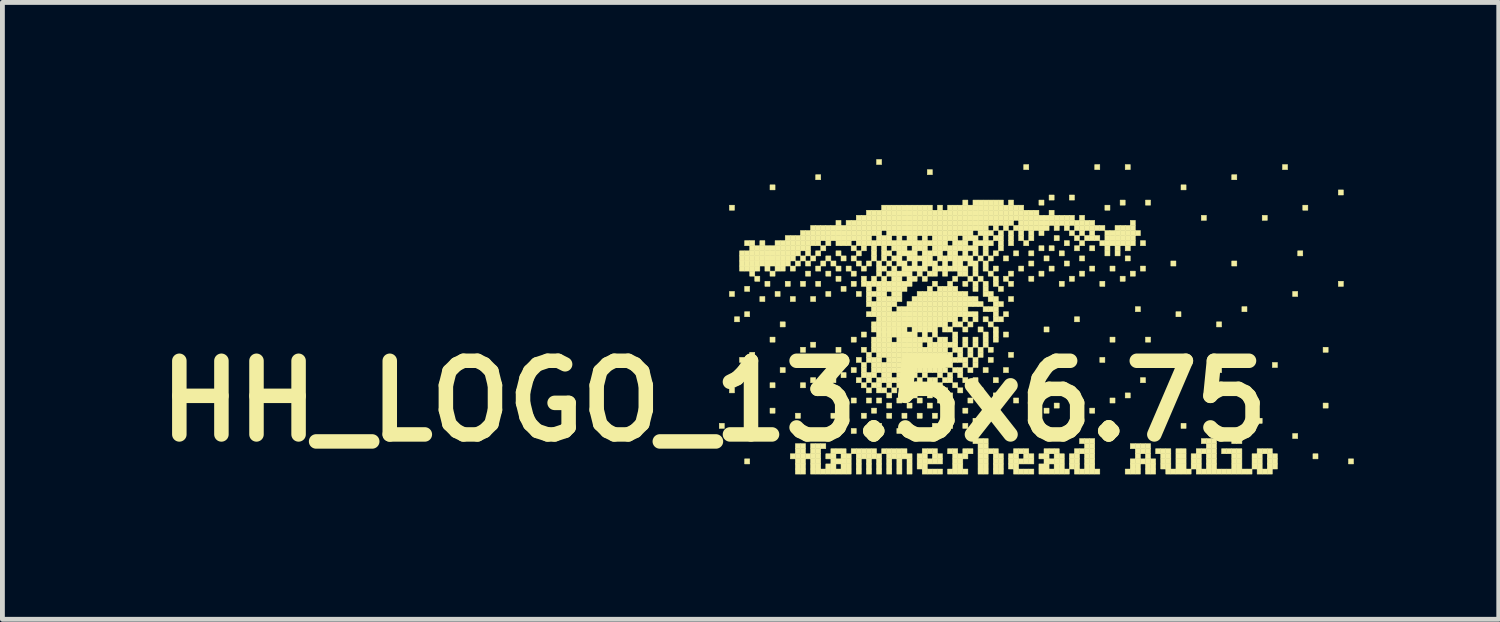
<source format=kicad_pcb>
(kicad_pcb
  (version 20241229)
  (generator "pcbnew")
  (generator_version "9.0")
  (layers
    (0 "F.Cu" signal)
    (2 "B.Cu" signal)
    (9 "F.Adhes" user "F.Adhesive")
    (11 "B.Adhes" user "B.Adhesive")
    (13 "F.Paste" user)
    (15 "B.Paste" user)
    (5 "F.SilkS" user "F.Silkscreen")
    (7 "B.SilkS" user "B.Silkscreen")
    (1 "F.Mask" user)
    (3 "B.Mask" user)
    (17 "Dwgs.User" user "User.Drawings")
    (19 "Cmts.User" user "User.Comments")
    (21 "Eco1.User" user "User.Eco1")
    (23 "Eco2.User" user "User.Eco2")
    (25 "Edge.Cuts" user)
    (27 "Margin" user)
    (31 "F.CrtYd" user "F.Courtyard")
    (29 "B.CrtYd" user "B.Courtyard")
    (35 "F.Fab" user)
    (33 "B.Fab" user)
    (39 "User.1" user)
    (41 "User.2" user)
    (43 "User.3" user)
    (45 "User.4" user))
  (footprint "HH_LOGO_13.5x6.75"
    (layer "F.Cu")
    (at 11.728 0.25)
    (property "Reference" "HH_LOGO_13.5x6.75" (at 0 5 0) (layer "F.SilkS") (effects (font (size 1.524 1.524) (thickness 0.3))))
    (attr through_hole)
    (fp_poly (pts (xy 0.105 5.46) (xy 0.21 5.46) (xy 0.21 5.565) (xy 0.105 5.565) (xy 0.105 5.46)) (stroke (width 0.01) (type solid)) (fill yes) (layer "F.SilkS"))
    (fp_poly (pts (xy 0.315 0.945) (xy 0.42 0.945) (xy 0.42 1.05) (xy 0.315 1.05) (xy 0.315 0.945)) (stroke (width 0.01) (type solid)) (fill yes) (layer "F.SilkS"))
    (fp_poly (pts (xy 0.315 2.73) (xy 0.42 2.73) (xy 0.42 2.835) (xy 0.315 2.835) (xy 0.315 2.73)) (stroke (width 0.01) (type solid)) (fill yes) (layer "F.SilkS"))
    (fp_poly (pts (xy 0.315 4.725) (xy 0.42 4.725) (xy 0.42 4.83) (xy 0.315 4.83) (xy 0.315 4.725)) (stroke (width 0.01) (type solid)) (fill yes) (layer "F.SilkS"))
    (fp_poly (pts (xy 0.42 3.255) (xy 0.525 3.255) (xy 0.525 3.36) (xy 0.42 3.36) (xy 0.42 3.255)) (stroke (width 0.01) (type solid)) (fill yes) (layer "F.SilkS"))
    (fp_poly (pts (xy 0.525 1.89) (xy 0.63 1.89) (xy 0.63 1.995) (xy 0.525 1.995) (xy 0.525 1.89)) (stroke (width 0.01) (type solid)) (fill yes) (layer "F.SilkS"))
    (fp_poly (pts (xy 0.525 1.995) (xy 0.63 1.995) (xy 0.63 2.1) (xy 0.525 2.1) (xy 0.525 1.995)) (stroke (width 0.01) (type solid)) (fill yes) (layer "F.SilkS"))
    (fp_poly (pts (xy 0.525 2.1) (xy 0.63 2.1) (xy 0.63 2.205) (xy 0.525 2.205) (xy 0.525 2.1)) (stroke (width 0.01) (type solid)) (fill yes) (layer "F.SilkS"))
    (fp_poly (pts (xy 0.525 2.205) (xy 0.63 2.205) (xy 0.63 2.31) (xy 0.525 2.31) (xy 0.525 2.205)) (stroke (width 0.01) (type solid)) (fill yes) (layer "F.SilkS"))
    (fp_poly (pts (xy 0.525 4.095) (xy 0.63 4.095) (xy 0.63 4.2) (xy 0.525 4.2) (xy 0.525 4.095)) (stroke (width 0.01) (type solid)) (fill yes) (layer "F.SilkS"))
    (fp_poly (pts (xy 0.63 1.68) (xy 0.735 1.68) (xy 0.735 1.785) (xy 0.63 1.785) (xy 0.63 1.68)) (stroke (width 0.01) (type solid)) (fill yes) (layer "F.SilkS"))
    (fp_poly (pts (xy 0.63 1.89) (xy 0.735 1.89) (xy 0.735 1.995) (xy 0.63 1.995) (xy 0.63 1.89)) (stroke (width 0.01) (type solid)) (fill yes) (layer "F.SilkS"))
    (fp_poly (pts (xy 0.63 1.995) (xy 0.735 1.995) (xy 0.735 2.1) (xy 0.63 2.1) (xy 0.63 1.995)) (stroke (width 0.01) (type solid)) (fill yes) (layer "F.SilkS"))
    (fp_poly (pts (xy 0.63 2.1) (xy 0.735 2.1) (xy 0.735 2.205) (xy 0.63 2.205) (xy 0.63 2.1)) (stroke (width 0.01) (type solid)) (fill yes) (layer "F.SilkS"))
    (fp_poly (pts (xy 0.63 2.205) (xy 0.735 2.205) (xy 0.735 2.31) (xy 0.63 2.31) (xy 0.63 2.205)) (stroke (width 0.01) (type solid)) (fill yes) (layer "F.SilkS"))
    (fp_poly (pts (xy 0.63 2.625) (xy 0.735 2.625) (xy 0.735 2.73) (xy 0.63 2.73) (xy 0.63 2.625)) (stroke (width 0.01) (type solid)) (fill yes) (layer "F.SilkS"))
    (fp_poly (pts (xy 0.63 3.15) (xy 0.735 3.15) (xy 0.735 3.255) (xy 0.63 3.255) (xy 0.63 3.15)) (stroke (width 0.01) (type solid)) (fill yes) (layer "F.SilkS"))
    (fp_poly (pts (xy 0.63 6.195) (xy 0.735 6.195) (xy 0.735 6.3) (xy 0.63 6.3) (xy 0.63 6.195)) (stroke (width 0.01) (type solid)) (fill yes) (layer "F.SilkS"))
    (fp_poly (pts (xy 0.735 1.68) (xy 0.84 1.68) (xy 0.84 1.785) (xy 0.735 1.785) (xy 0.735 1.68)) (stroke (width 0.01) (type solid)) (fill yes) (layer "F.SilkS"))
    (fp_poly (pts (xy 0.735 1.785) (xy 0.84 1.785) (xy 0.84 1.89) (xy 0.735 1.89) (xy 0.735 1.785)) (stroke (width 0.01) (type solid)) (fill yes) (layer "F.SilkS"))
    (fp_poly (pts (xy 0.735 1.89) (xy 0.84 1.89) (xy 0.84 1.995) (xy 0.735 1.995) (xy 0.735 1.89)) (stroke (width 0.01) (type solid)) (fill yes) (layer "F.SilkS"))
    (fp_poly (pts (xy 0.735 1.995) (xy 0.84 1.995) (xy 0.84 2.1) (xy 0.735 2.1) (xy 0.735 1.995)) (stroke (width 0.01) (type solid)) (fill yes) (layer "F.SilkS"))
    (fp_poly (pts (xy 0.735 2.1) (xy 0.84 2.1) (xy 0.84 2.205) (xy 0.735 2.205) (xy 0.735 2.1)) (stroke (width 0.01) (type solid)) (fill yes) (layer "F.SilkS"))
    (fp_poly (pts (xy 0.735 2.205) (xy 0.84 2.205) (xy 0.84 2.31) (xy 0.735 2.31) (xy 0.735 2.205)) (stroke (width 0.01) (type solid)) (fill yes) (layer "F.SilkS"))
    (fp_poly (pts (xy 0.735 2.31) (xy 0.84 2.31) (xy 0.84 2.415) (xy 0.735 2.415) (xy 0.735 2.31)) (stroke (width 0.01) (type solid)) (fill yes) (layer "F.SilkS"))
    (fp_poly (pts (xy 0.735 3.99) (xy 0.84 3.99) (xy 0.84 4.095) (xy 0.735 4.095) (xy 0.735 3.99)) (stroke (width 0.01) (type solid)) (fill yes) (layer "F.SilkS"))
    (fp_poly (pts (xy 0.84 1.785) (xy 0.945 1.785) (xy 0.945 1.89) (xy 0.84 1.89) (xy 0.84 1.785)) (stroke (width 0.01) (type solid)) (fill yes) (layer "F.SilkS"))
    (fp_poly (pts (xy 0.84 1.89) (xy 0.945 1.89) (xy 0.945 1.995) (xy 0.84 1.995) (xy 0.84 1.89)) (stroke (width 0.01) (type solid)) (fill yes) (layer "F.SilkS"))
    (fp_poly (pts (xy 0.84 1.995) (xy 0.945 1.995) (xy 0.945 2.1) (xy 0.84 2.1) (xy 0.84 1.995)) (stroke (width 0.01) (type solid)) (fill yes) (layer "F.SilkS"))
    (fp_poly (pts (xy 0.84 2.1) (xy 0.945 2.1) (xy 0.945 2.205) (xy 0.84 2.205) (xy 0.84 2.1)) (stroke (width 0.01) (type solid)) (fill yes) (layer "F.SilkS"))
    (fp_poly (pts (xy 0.84 2.205) (xy 0.945 2.205) (xy 0.945 2.31) (xy 0.84 2.31) (xy 0.84 2.205)) (stroke (width 0.01) (type solid)) (fill yes) (layer "F.SilkS"))
    (fp_poly (pts (xy 0.84 2.415) (xy 0.945 2.415) (xy 0.945 2.52) (xy 0.84 2.52) (xy 0.84 2.415)) (stroke (width 0.01) (type solid)) (fill yes) (layer "F.SilkS"))
    (fp_poly (pts (xy 0.945 1.68) (xy 1.05 1.68) (xy 1.05 1.785) (xy 0.945 1.785) (xy 0.945 1.68)) (stroke (width 0.01) (type solid)) (fill yes) (layer "F.SilkS"))
    (fp_poly (pts (xy 0.945 1.785) (xy 1.05 1.785) (xy 1.05 1.89) (xy 0.945 1.89) (xy 0.945 1.785)) (stroke (width 0.01) (type solid)) (fill yes) (layer "F.SilkS"))
    (fp_poly (pts (xy 0.945 1.89) (xy 1.05 1.89) (xy 1.05 1.995) (xy 0.945 1.995) (xy 0.945 1.89)) (stroke (width 0.01) (type solid)) (fill yes) (layer "F.SilkS"))
    (fp_poly (pts (xy 0.945 1.995) (xy 1.05 1.995) (xy 1.05 2.1) (xy 0.945 2.1) (xy 0.945 1.995)) (stroke (width 0.01) (type solid)) (fill yes) (layer "F.SilkS"))
    (fp_poly (pts (xy 0.945 2.1) (xy 1.05 2.1) (xy 1.05 2.205) (xy 0.945 2.205) (xy 0.945 2.1)) (stroke (width 0.01) (type solid)) (fill yes) (layer "F.SilkS"))
    (fp_poly (pts (xy 0.945 2.835) (xy 1.05 2.835) (xy 1.05 2.94) (xy 0.945 2.94) (xy 0.945 2.835)) (stroke (width 0.01) (type solid)) (fill yes) (layer "F.SilkS"))
    (fp_poly (pts (xy 1.05 1.785) (xy 1.155 1.785) (xy 1.155 1.89) (xy 1.05 1.89) (xy 1.05 1.785)) (stroke (width 0.01) (type solid)) (fill yes) (layer "F.SilkS"))
    (fp_poly (pts (xy 1.05 1.89) (xy 1.155 1.89) (xy 1.155 1.995) (xy 1.05 1.995) (xy 1.05 1.89)) (stroke (width 0.01) (type solid)) (fill yes) (layer "F.SilkS"))
    (fp_poly (pts (xy 1.05 1.995) (xy 1.155 1.995) (xy 1.155 2.1) (xy 1.05 2.1) (xy 1.05 1.995)) (stroke (width 0.01) (type solid)) (fill yes) (layer "F.SilkS"))
    (fp_poly (pts (xy 1.05 2.1) (xy 1.155 2.1) (xy 1.155 2.205) (xy 1.05 2.205) (xy 1.05 2.1)) (stroke (width 0.01) (type solid)) (fill yes) (layer "F.SilkS"))
    (fp_poly (pts (xy 1.05 2.205) (xy 1.155 2.205) (xy 1.155 2.31) (xy 1.05 2.31) (xy 1.05 2.205)) (stroke (width 0.01) (type solid)) (fill yes) (layer "F.SilkS"))
    (fp_poly (pts (xy 1.05 2.52) (xy 1.155 2.52) (xy 1.155 2.625) (xy 1.05 2.625) (xy 1.05 2.52)) (stroke (width 0.01) (type solid)) (fill yes) (layer "F.SilkS"))
    (fp_poly (pts (xy 1.155 0.525) (xy 1.26 0.525) (xy 1.26 0.63) (xy 1.155 0.63) (xy 1.155 0.525)) (stroke (width 0.01) (type solid)) (fill yes) (layer "F.SilkS"))
    (fp_poly (pts (xy 1.155 1.785) (xy 1.26 1.785) (xy 1.26 1.89) (xy 1.155 1.89) (xy 1.155 1.785)) (stroke (width 0.01) (type solid)) (fill yes) (layer "F.SilkS"))
    (fp_poly (pts (xy 1.155 1.89) (xy 1.26 1.89) (xy 1.26 1.995) (xy 1.155 1.995) (xy 1.155 1.89)) (stroke (width 0.01) (type solid)) (fill yes) (layer "F.SilkS"))
    (fp_poly (pts (xy 1.155 1.995) (xy 1.26 1.995) (xy 1.26 2.1) (xy 1.155 2.1) (xy 1.155 1.995)) (stroke (width 0.01) (type solid)) (fill yes) (layer "F.SilkS"))
    (fp_poly (pts (xy 1.155 2.1) (xy 1.26 2.1) (xy 1.26 2.205) (xy 1.155 2.205) (xy 1.155 2.1)) (stroke (width 0.01) (type solid)) (fill yes) (layer "F.SilkS"))
    (fp_poly (pts (xy 1.155 2.31) (xy 1.26 2.31) (xy 1.26 2.415) (xy 1.155 2.415) (xy 1.155 2.31)) (stroke (width 0.01) (type solid)) (fill yes) (layer "F.SilkS"))
    (fp_poly (pts (xy 1.155 3.675) (xy 1.26 3.675) (xy 1.26 3.78) (xy 1.155 3.78) (xy 1.155 3.675)) (stroke (width 0.01) (type solid)) (fill yes) (layer "F.SilkS"))
    (fp_poly (pts (xy 1.155 4.62) (xy 1.26 4.62) (xy 1.26 4.725) (xy 1.155 4.725) (xy 1.155 4.62)) (stroke (width 0.01) (type solid)) (fill yes) (layer "F.SilkS"))
    (fp_poly (pts (xy 1.155 5.145) (xy 1.26 5.145) (xy 1.26 5.25) (xy 1.155 5.25) (xy 1.155 5.145)) (stroke (width 0.01) (type solid)) (fill yes) (layer "F.SilkS"))
    (fp_poly (pts (xy 1.26 1.68) (xy 1.365 1.68) (xy 1.365 1.785) (xy 1.26 1.785) (xy 1.26 1.68)) (stroke (width 0.01) (type solid)) (fill yes) (layer "F.SilkS"))
    (fp_poly (pts (xy 1.26 1.785) (xy 1.365 1.785) (xy 1.365 1.89) (xy 1.26 1.89) (xy 1.26 1.785)) (stroke (width 0.01) (type solid)) (fill yes) (layer "F.SilkS"))
    (fp_poly (pts (xy 1.26 1.89) (xy 1.365 1.89) (xy 1.365 1.995) (xy 1.26 1.995) (xy 1.26 1.89)) (stroke (width 0.01) (type solid)) (fill yes) (layer "F.SilkS"))
    (fp_poly (pts (xy 1.26 1.995) (xy 1.365 1.995) (xy 1.365 2.1) (xy 1.26 2.1) (xy 1.26 1.995)) (stroke (width 0.01) (type solid)) (fill yes) (layer "F.SilkS"))
    (fp_poly (pts (xy 1.26 2.1) (xy 1.365 2.1) (xy 1.365 2.205) (xy 1.26 2.205) (xy 1.26 2.1)) (stroke (width 0.01) (type solid)) (fill yes) (layer "F.SilkS"))
    (fp_poly (pts (xy 1.26 2.205) (xy 1.365 2.205) (xy 1.365 2.31) (xy 1.26 2.31) (xy 1.26 2.205)) (stroke (width 0.01) (type solid)) (fill yes) (layer "F.SilkS"))
    (fp_poly (pts (xy 1.26 2.73) (xy 1.365 2.73) (xy 1.365 2.835) (xy 1.26 2.835) (xy 1.26 2.73)) (stroke (width 0.01) (type solid)) (fill yes) (layer "F.SilkS"))
    (fp_poly (pts (xy 1.365 1.68) (xy 1.47 1.68) (xy 1.47 1.785) (xy 1.365 1.785) (xy 1.365 1.68)) (stroke (width 0.01) (type solid)) (fill yes) (layer "F.SilkS"))
    (fp_poly (pts (xy 1.365 1.785) (xy 1.47 1.785) (xy 1.47 1.89) (xy 1.365 1.89) (xy 1.365 1.785)) (stroke (width 0.01) (type solid)) (fill yes) (layer "F.SilkS"))
    (fp_poly (pts (xy 1.365 1.89) (xy 1.47 1.89) (xy 1.47 1.995) (xy 1.365 1.995) (xy 1.365 1.89)) (stroke (width 0.01) (type solid)) (fill yes) (layer "F.SilkS"))
    (fp_poly (pts (xy 1.365 1.995) (xy 1.47 1.995) (xy 1.47 2.1) (xy 1.365 2.1) (xy 1.365 1.995)) (stroke (width 0.01) (type solid)) (fill yes) (layer "F.SilkS"))
    (fp_poly (pts (xy 1.365 2.1) (xy 1.47 2.1) (xy 1.47 2.205) (xy 1.365 2.205) (xy 1.365 2.1)) (stroke (width 0.01) (type solid)) (fill yes) (layer "F.SilkS"))
    (fp_poly (pts (xy 1.365 2.205) (xy 1.47 2.205) (xy 1.47 2.31) (xy 1.365 2.31) (xy 1.365 2.205)) (stroke (width 0.01) (type solid)) (fill yes) (layer "F.SilkS"))
    (fp_poly (pts (xy 1.365 3.36) (xy 1.47 3.36) (xy 1.47 3.465) (xy 1.365 3.465) (xy 1.365 3.36)) (stroke (width 0.01) (type solid)) (fill yes) (layer "F.SilkS"))
    (fp_poly (pts (xy 1.365 4.305) (xy 1.47 4.305) (xy 1.47 4.41) (xy 1.365 4.41) (xy 1.365 4.305)) (stroke (width 0.01) (type solid)) (fill yes) (layer "F.SilkS"))
    (fp_poly (pts (xy 1.47 1.575) (xy 1.575 1.575) (xy 1.575 1.68) (xy 1.47 1.68) (xy 1.47 1.575)) (stroke (width 0.01) (type solid)) (fill yes) (layer "F.SilkS"))
    (fp_poly (pts (xy 1.47 1.68) (xy 1.575 1.68) (xy 1.575 1.785) (xy 1.47 1.785) (xy 1.47 1.68)) (stroke (width 0.01) (type solid)) (fill yes) (layer "F.SilkS"))
    (fp_poly (pts (xy 1.47 1.785) (xy 1.575 1.785) (xy 1.575 1.89) (xy 1.47 1.89) (xy 1.47 1.785)) (stroke (width 0.01) (type solid)) (fill yes) (layer "F.SilkS"))
    (fp_poly (pts (xy 1.47 1.89) (xy 1.575 1.89) (xy 1.575 1.995) (xy 1.47 1.995) (xy 1.47 1.89)) (stroke (width 0.01) (type solid)) (fill yes) (layer "F.SilkS"))
    (fp_poly (pts (xy 1.47 1.995) (xy 1.575 1.995) (xy 1.575 2.1) (xy 1.47 2.1) (xy 1.47 1.995)) (stroke (width 0.01) (type solid)) (fill yes) (layer "F.SilkS"))
    (fp_poly (pts (xy 1.47 2.1) (xy 1.575 2.1) (xy 1.575 2.205) (xy 1.47 2.205) (xy 1.47 2.1)) (stroke (width 0.01) (type solid)) (fill yes) (layer "F.SilkS"))
    (fp_poly (pts (xy 1.47 2.52) (xy 1.575 2.52) (xy 1.575 2.625) (xy 1.47 2.625) (xy 1.47 2.52)) (stroke (width 0.01) (type solid)) (fill yes) (layer "F.SilkS"))
    (fp_poly (pts (xy 1.575 1.575) (xy 1.68 1.575) (xy 1.68 1.68) (xy 1.575 1.68) (xy 1.575 1.575)) (stroke (width 0.01) (type solid)) (fill yes) (layer "F.SilkS"))
    (fp_poly (pts (xy 1.575 1.68) (xy 1.68 1.68) (xy 1.68 1.785) (xy 1.575 1.785) (xy 1.575 1.68)) (stroke (width 0.01) (type solid)) (fill yes) (layer "F.SilkS"))
    (fp_poly (pts (xy 1.575 1.785) (xy 1.68 1.785) (xy 1.68 1.89) (xy 1.575 1.89) (xy 1.575 1.785)) (stroke (width 0.01) (type solid)) (fill yes) (layer "F.SilkS"))
    (fp_poly (pts (xy 1.575 1.89) (xy 1.68 1.89) (xy 1.68 1.995) (xy 1.575 1.995) (xy 1.575 1.89)) (stroke (width 0.01) (type solid)) (fill yes) (layer "F.SilkS"))
    (fp_poly (pts (xy 1.575 1.995) (xy 1.68 1.995) (xy 1.68 2.1) (xy 1.575 2.1) (xy 1.575 1.995)) (stroke (width 0.01) (type solid)) (fill yes) (layer "F.SilkS"))
    (fp_poly (pts (xy 1.575 2.205) (xy 1.68 2.205) (xy 1.68 2.31) (xy 1.575 2.31) (xy 1.575 2.205)) (stroke (width 0.01) (type solid)) (fill yes) (layer "F.SilkS"))
    (fp_poly (pts (xy 1.575 2.835) (xy 1.68 2.835) (xy 1.68 2.94) (xy 1.575 2.94) (xy 1.575 2.835)) (stroke (width 0.01) (type solid)) (fill yes) (layer "F.SilkS"))
    (fp_poly (pts (xy 1.575 6.09) (xy 1.68 6.09) (xy 1.68 6.195) (xy 1.575 6.195) (xy 1.575 6.09)) (stroke (width 0.01) (type solid)) (fill yes) (layer "F.SilkS"))
    (fp_poly (pts (xy 1.68 1.575) (xy 1.785 1.575) (xy 1.785 1.68) (xy 1.68 1.68) (xy 1.68 1.575)) (stroke (width 0.01) (type solid)) (fill yes) (layer "F.SilkS"))
    (fp_poly (pts (xy 1.68 1.68) (xy 1.785 1.68) (xy 1.785 1.785) (xy 1.68 1.785) (xy 1.68 1.68)) (stroke (width 0.01) (type solid)) (fill yes) (layer "F.SilkS"))
    (fp_poly (pts (xy 1.68 1.785) (xy 1.785 1.785) (xy 1.785 1.89) (xy 1.68 1.89) (xy 1.68 1.785)) (stroke (width 0.01) (type solid)) (fill yes) (layer "F.SilkS"))
    (fp_poly (pts (xy 1.68 1.89) (xy 1.785 1.89) (xy 1.785 1.995) (xy 1.68 1.995) (xy 1.68 1.89)) (stroke (width 0.01) (type solid)) (fill yes) (layer "F.SilkS"))
    (fp_poly (pts (xy 1.68 2.1) (xy 1.785 2.1) (xy 1.785 2.205) (xy 1.68 2.205) (xy 1.68 2.1)) (stroke (width 0.01) (type solid)) (fill yes) (layer "F.SilkS"))
    (fp_poly (pts (xy 1.68 5.25) (xy 1.785 5.25) (xy 1.785 5.355) (xy 1.68 5.355) (xy 1.68 5.25)) (stroke (width 0.01) (type solid)) (fill yes) (layer "F.SilkS"))
    (fp_poly (pts (xy 1.68 5.88) (xy 1.785 5.88) (xy 1.785 5.985) (xy 1.68 5.985) (xy 1.68 5.88)) (stroke (width 0.01) (type solid)) (fill yes) (layer "F.SilkS"))
    (fp_poly (pts (xy 1.68 5.985) (xy 1.785 5.985) (xy 1.785 6.09) (xy 1.68 6.09) (xy 1.68 5.985)) (stroke (width 0.01) (type solid)) (fill yes) (layer "F.SilkS"))
    (fp_poly (pts (xy 1.68 6.09) (xy 1.785 6.09) (xy 1.785 6.195) (xy 1.68 6.195) (xy 1.68 6.09)) (stroke (width 0.01) (type solid)) (fill yes) (layer "F.SilkS"))
    (fp_poly (pts (xy 1.68 6.195) (xy 1.785 6.195) (xy 1.785 6.3) (xy 1.68 6.3) (xy 1.68 6.195)) (stroke (width 0.01) (type solid)) (fill yes) (layer "F.SilkS"))
    (fp_poly (pts (xy 1.68 6.3) (xy 1.785 6.3) (xy 1.785 6.405) (xy 1.68 6.405) (xy 1.68 6.3)) (stroke (width 0.01) (type solid)) (fill yes) (layer "F.SilkS"))
    (fp_poly (pts (xy 1.68 6.405) (xy 1.785 6.405) (xy 1.785 6.51) (xy 1.68 6.51) (xy 1.68 6.405)) (stroke (width 0.01) (type solid)) (fill yes) (layer "F.SilkS"))
    (fp_poly (pts (xy 1.785 1.47) (xy 1.89 1.47) (xy 1.89 1.575) (xy 1.785 1.575) (xy 1.785 1.47)) (stroke (width 0.01) (type solid)) (fill yes) (layer "F.SilkS"))
    (fp_poly (pts (xy 1.785 1.575) (xy 1.89 1.575) (xy 1.89 1.68) (xy 1.785 1.68) (xy 1.785 1.575)) (stroke (width 0.01) (type solid)) (fill yes) (layer "F.SilkS"))
    (fp_poly (pts (xy 1.785 1.68) (xy 1.89 1.68) (xy 1.89 1.785) (xy 1.785 1.785) (xy 1.785 1.68)) (stroke (width 0.01) (type solid)) (fill yes) (layer "F.SilkS"))
    (fp_poly (pts (xy 1.785 1.785) (xy 1.89 1.785) (xy 1.89 1.89) (xy 1.785 1.89) (xy 1.785 1.785)) (stroke (width 0.01) (type solid)) (fill yes) (layer "F.SilkS"))
    (fp_poly (pts (xy 1.785 1.995) (xy 1.89 1.995) (xy 1.89 2.1) (xy 1.785 2.1) (xy 1.785 1.995)) (stroke (width 0.01) (type solid)) (fill yes) (layer "F.SilkS"))
    (fp_poly (pts (xy 1.785 2.52) (xy 1.89 2.52) (xy 1.89 2.625) (xy 1.785 2.625) (xy 1.785 2.52)) (stroke (width 0.01) (type solid)) (fill yes) (layer "F.SilkS"))
    (fp_poly (pts (xy 1.785 3.885) (xy 1.89 3.885) (xy 1.89 3.99) (xy 1.785 3.99) (xy 1.785 3.885)) (stroke (width 0.01) (type solid)) (fill yes) (layer "F.SilkS"))
    (fp_poly (pts (xy 1.785 4.62) (xy 1.89 4.62) (xy 1.89 4.725) (xy 1.785 4.725) (xy 1.785 4.62)) (stroke (width 0.01) (type solid)) (fill yes) (layer "F.SilkS"))
    (fp_poly (pts (xy 1.785 5.88) (xy 1.89 5.88) (xy 1.89 5.985) (xy 1.785 5.985) (xy 1.785 5.88)) (stroke (width 0.01) (type solid)) (fill yes) (layer "F.SilkS"))
    (fp_poly (pts (xy 1.785 5.985) (xy 1.89 5.985) (xy 1.89 6.09) (xy 1.785 6.09) (xy 1.785 5.985)) (stroke (width 0.01) (type solid)) (fill yes) (layer "F.SilkS"))
    (fp_poly (pts (xy 1.785 6.09) (xy 1.89 6.09) (xy 1.89 6.195) (xy 1.785 6.195) (xy 1.785 6.09)) (stroke (width 0.01) (type solid)) (fill yes) (layer "F.SilkS"))
    (fp_poly (pts (xy 1.785 6.195) (xy 1.89 6.195) (xy 1.89 6.3) (xy 1.785 6.3) (xy 1.785 6.195)) (stroke (width 0.01) (type solid)) (fill yes) (layer "F.SilkS"))
    (fp_poly (pts (xy 1.785 6.3) (xy 1.89 6.3) (xy 1.89 6.405) (xy 1.785 6.405) (xy 1.785 6.3)) (stroke (width 0.01) (type solid)) (fill yes) (layer "F.SilkS"))
    (fp_poly (pts (xy 1.785 6.405) (xy 1.89 6.405) (xy 1.89 6.51) (xy 1.785 6.51) (xy 1.785 6.405)) (stroke (width 0.01) (type solid)) (fill yes) (layer "F.SilkS"))
    (fp_poly (pts (xy 1.89 1.47) (xy 1.995 1.47) (xy 1.995 1.575) (xy 1.89 1.575) (xy 1.89 1.47)) (stroke (width 0.01) (type solid)) (fill yes) (layer "F.SilkS"))
    (fp_poly (pts (xy 1.89 1.575) (xy 1.995 1.575) (xy 1.995 1.68) (xy 1.89 1.68) (xy 1.89 1.575)) (stroke (width 0.01) (type solid)) (fill yes) (layer "F.SilkS"))
    (fp_poly (pts (xy 1.89 1.68) (xy 1.995 1.68) (xy 1.995 1.785) (xy 1.89 1.785) (xy 1.89 1.68)) (stroke (width 0.01) (type solid)) (fill yes) (layer "F.SilkS"))
    (fp_poly (pts (xy 1.89 1.785) (xy 1.995 1.785) (xy 1.995 1.89) (xy 1.89 1.89) (xy 1.89 1.785)) (stroke (width 0.01) (type solid)) (fill yes) (layer "F.SilkS"))
    (fp_poly (pts (xy 1.89 1.89) (xy 1.995 1.89) (xy 1.995 1.995) (xy 1.89 1.995) (xy 1.89 1.89)) (stroke (width 0.01) (type solid)) (fill yes) (layer "F.SilkS"))
    (fp_poly (pts (xy 1.89 2.1) (xy 1.995 2.1) (xy 1.995 2.205) (xy 1.89 2.205) (xy 1.89 2.1)) (stroke (width 0.01) (type solid)) (fill yes) (layer "F.SilkS"))
    (fp_poly (pts (xy 1.89 2.31) (xy 1.995 2.31) (xy 1.995 2.415) (xy 1.89 2.415) (xy 1.89 2.31)) (stroke (width 0.01) (type solid)) (fill yes) (layer "F.SilkS"))
    (fp_poly (pts (xy 1.89 6.09) (xy 1.995 6.09) (xy 1.995 6.195) (xy 1.89 6.195) (xy 1.89 6.09)) (stroke (width 0.01) (type solid)) (fill yes) (layer "F.SilkS"))
    (fp_poly (pts (xy 1.995 1.365) (xy 2.1 1.365) (xy 2.1 1.47) (xy 1.995 1.47) (xy 1.995 1.365)) (stroke (width 0.01) (type solid)) (fill yes) (layer "F.SilkS"))
    (fp_poly (pts (xy 1.995 1.47) (xy 2.1 1.47) (xy 2.1 1.575) (xy 1.995 1.575) (xy 1.995 1.47)) (stroke (width 0.01) (type solid)) (fill yes) (layer "F.SilkS"))
    (fp_poly (pts (xy 1.995 1.575) (xy 2.1 1.575) (xy 2.1 1.68) (xy 1.995 1.68) (xy 1.995 1.575)) (stroke (width 0.01) (type solid)) (fill yes) (layer "F.SilkS"))
    (fp_poly (pts (xy 1.995 1.68) (xy 2.1 1.68) (xy 2.1 1.785) (xy 1.995 1.785) (xy 1.995 1.68)) (stroke (width 0.01) (type solid)) (fill yes) (layer "F.SilkS"))
    (fp_poly (pts (xy 1.995 1.995) (xy 2.1 1.995) (xy 2.1 2.1) (xy 1.995 2.1) (xy 1.995 1.995)) (stroke (width 0.01) (type solid)) (fill yes) (layer "F.SilkS"))
    (fp_poly (pts (xy 1.995 2.835) (xy 2.1 2.835) (xy 2.1 2.94) (xy 1.995 2.94) (xy 1.995 2.835)) (stroke (width 0.01) (type solid)) (fill yes) (layer "F.SilkS"))
    (fp_poly (pts (xy 1.995 3.78) (xy 2.1 3.78) (xy 2.1 3.885) (xy 1.995 3.885) (xy 1.995 3.78)) (stroke (width 0.01) (type solid)) (fill yes) (layer "F.SilkS"))
    (fp_poly (pts (xy 1.995 4.515) (xy 2.1 4.515) (xy 2.1 4.62) (xy 1.995 4.62) (xy 1.995 4.515)) (stroke (width 0.01) (type solid)) (fill yes) (layer "F.SilkS"))
    (fp_poly (pts (xy 1.995 5.88) (xy 2.1 5.88) (xy 2.1 5.985) (xy 1.995 5.985) (xy 1.995 5.88)) (stroke (width 0.01) (type solid)) (fill yes) (layer "F.SilkS"))
    (fp_poly (pts (xy 1.995 5.985) (xy 2.1 5.985) (xy 2.1 6.09) (xy 1.995 6.09) (xy 1.995 5.985)) (stroke (width 0.01) (type solid)) (fill yes) (layer "F.SilkS"))
    (fp_poly (pts (xy 1.995 6.09) (xy 2.1 6.09) (xy 2.1 6.195) (xy 1.995 6.195) (xy 1.995 6.09)) (stroke (width 0.01) (type solid)) (fill yes) (layer "F.SilkS"))
    (fp_poly (pts (xy 1.995 6.195) (xy 2.1 6.195) (xy 2.1 6.3) (xy 1.995 6.3) (xy 1.995 6.195)) (stroke (width 0.01) (type solid)) (fill yes) (layer "F.SilkS"))
    (fp_poly (pts (xy 1.995 6.3) (xy 2.1 6.3) (xy 2.1 6.405) (xy 1.995 6.405) (xy 1.995 6.3)) (stroke (width 0.01) (type solid)) (fill yes) (layer "F.SilkS"))
    (fp_poly (pts (xy 1.995 6.405) (xy 2.1 6.405) (xy 2.1 6.51) (xy 1.995 6.51) (xy 1.995 6.405)) (stroke (width 0.01) (type solid)) (fill yes) (layer "F.SilkS"))
    (fp_poly (pts (xy 2.1 0.315) (xy 2.205 0.315) (xy 2.205 0.42) (xy 2.1 0.42) (xy 2.1 0.315)) (stroke (width 0.01) (type solid)) (fill yes) (layer "F.SilkS"))
    (fp_poly (pts (xy 2.1 1.365) (xy 2.205 1.365) (xy 2.205 1.47) (xy 2.1 1.47) (xy 2.1 1.365)) (stroke (width 0.01) (type solid)) (fill yes) (layer "F.SilkS"))
    (fp_poly (pts (xy 2.1 1.47) (xy 2.205 1.47) (xy 2.205 1.575) (xy 2.1 1.575) (xy 2.1 1.47)) (stroke (width 0.01) (type solid)) (fill yes) (layer "F.SilkS"))
    (fp_poly (pts (xy 2.1 1.575) (xy 2.205 1.575) (xy 2.205 1.68) (xy 2.1 1.68) (xy 2.1 1.575)) (stroke (width 0.01) (type solid)) (fill yes) (layer "F.SilkS"))
    (fp_poly (pts (xy 2.1 1.68) (xy 2.205 1.68) (xy 2.205 1.785) (xy 2.1 1.785) (xy 2.1 1.68)) (stroke (width 0.01) (type solid)) (fill yes) (layer "F.SilkS"))
    (fp_poly (pts (xy 2.1 1.89) (xy 2.205 1.89) (xy 2.205 1.995) (xy 2.1 1.995) (xy 2.1 1.89)) (stroke (width 0.01) (type solid)) (fill yes) (layer "F.SilkS"))
    (fp_poly (pts (xy 2.1 2.205) (xy 2.205 2.205) (xy 2.205 2.31) (xy 2.1 2.31) (xy 2.1 2.205)) (stroke (width 0.01) (type solid)) (fill yes) (layer "F.SilkS"))
    (fp_poly (pts (xy 2.1 2.52) (xy 2.205 2.52) (xy 2.205 2.625) (xy 2.1 2.625) (xy 2.1 2.52)) (stroke (width 0.01) (type solid)) (fill yes) (layer "F.SilkS"))
    (fp_poly (pts (xy 2.1 5.88) (xy 2.205 5.88) (xy 2.205 5.985) (xy 2.1 5.985) (xy 2.1 5.88)) (stroke (width 0.01) (type solid)) (fill yes) (layer "F.SilkS"))
    (fp_poly (pts (xy 2.1 5.985) (xy 2.205 5.985) (xy 2.205 6.09) (xy 2.1 6.09) (xy 2.1 5.985)) (stroke (width 0.01) (type solid)) (fill yes) (layer "F.SilkS"))
    (fp_poly (pts (xy 2.1 6.09) (xy 2.205 6.09) (xy 2.205 6.195) (xy 2.1 6.195) (xy 2.1 6.09)) (stroke (width 0.01) (type solid)) (fill yes) (layer "F.SilkS"))
    (fp_poly (pts (xy 2.1 6.195) (xy 2.205 6.195) (xy 2.205 6.3) (xy 2.1 6.3) (xy 2.1 6.195)) (stroke (width 0.01) (type solid)) (fill yes) (layer "F.SilkS"))
    (fp_poly (pts (xy 2.1 6.3) (xy 2.205 6.3) (xy 2.205 6.405) (xy 2.1 6.405) (xy 2.1 6.3)) (stroke (width 0.01) (type solid)) (fill yes) (layer "F.SilkS"))
    (fp_poly (pts (xy 2.1 6.405) (xy 2.205 6.405) (xy 2.205 6.51) (xy 2.1 6.51) (xy 2.1 6.405)) (stroke (width 0.01) (type solid)) (fill yes) (layer "F.SilkS"))
    (fp_poly (pts (xy 2.205 1.365) (xy 2.31 1.365) (xy 2.31 1.47) (xy 2.205 1.47) (xy 2.205 1.365)) (stroke (width 0.01) (type solid)) (fill yes) (layer "F.SilkS"))
    (fp_poly (pts (xy 2.205 1.47) (xy 2.31 1.47) (xy 2.31 1.575) (xy 2.205 1.575) (xy 2.205 1.47)) (stroke (width 0.01) (type solid)) (fill yes) (layer "F.SilkS"))
    (fp_poly (pts (xy 2.205 1.575) (xy 2.31 1.575) (xy 2.31 1.68) (xy 2.205 1.68) (xy 2.205 1.575)) (stroke (width 0.01) (type solid)) (fill yes) (layer "F.SilkS"))
    (fp_poly (pts (xy 2.205 1.785) (xy 2.31 1.785) (xy 2.31 1.89) (xy 2.205 1.89) (xy 2.205 1.785)) (stroke (width 0.01) (type solid)) (fill yes) (layer "F.SilkS"))
    (fp_poly (pts (xy 2.205 2.1) (xy 2.31 2.1) (xy 2.31 2.205) (xy 2.205 2.205) (xy 2.205 2.1)) (stroke (width 0.01) (type solid)) (fill yes) (layer "F.SilkS"))
    (fp_poly (pts (xy 2.205 5.88) (xy 2.31 5.88) (xy 2.31 5.985) (xy 2.205 5.985) (xy 2.205 5.88)) (stroke (width 0.01) (type solid)) (fill yes) (layer "F.SilkS"))
    (fp_poly (pts (xy 2.205 6.405) (xy 2.31 6.405) (xy 2.31 6.51) (xy 2.205 6.51) (xy 2.205 6.405)) (stroke (width 0.01) (type solid)) (fill yes) (layer "F.SilkS"))
    (fp_poly (pts (xy 2.31 1.365) (xy 2.415 1.365) (xy 2.415 1.47) (xy 2.31 1.47) (xy 2.31 1.365)) (stroke (width 0.01) (type solid)) (fill yes) (layer "F.SilkS"))
    (fp_poly (pts (xy 2.31 1.47) (xy 2.415 1.47) (xy 2.415 1.575) (xy 2.31 1.575) (xy 2.31 1.47)) (stroke (width 0.01) (type solid)) (fill yes) (layer "F.SilkS"))
    (fp_poly (pts (xy 2.31 1.575) (xy 2.415 1.575) (xy 2.415 1.68) (xy 2.31 1.68) (xy 2.31 1.575)) (stroke (width 0.01) (type solid)) (fill yes) (layer "F.SilkS"))
    (fp_poly (pts (xy 2.31 1.68) (xy 2.415 1.68) (xy 2.415 1.785) (xy 2.31 1.785) (xy 2.31 1.68)) (stroke (width 0.01) (type solid)) (fill yes) (layer "F.SilkS"))
    (fp_poly (pts (xy 2.31 1.995) (xy 2.415 1.995) (xy 2.415 2.1) (xy 2.31 2.1) (xy 2.31 1.995)) (stroke (width 0.01) (type solid)) (fill yes) (layer "F.SilkS"))
    (fp_poly (pts (xy 2.31 2.31) (xy 2.415 2.31) (xy 2.415 2.415) (xy 2.31 2.415) (xy 2.31 2.31)) (stroke (width 0.01) (type solid)) (fill yes) (layer "F.SilkS"))
    (fp_poly (pts (xy 2.31 2.73) (xy 2.415 2.73) (xy 2.415 2.835) (xy 2.31 2.835) (xy 2.31 2.73)) (stroke (width 0.01) (type solid)) (fill yes) (layer "F.SilkS"))
    (fp_poly (pts (xy 2.31 6.09) (xy 2.415 6.09) (xy 2.415 6.195) (xy 2.31 6.195) (xy 2.31 6.09)) (stroke (width 0.01) (type solid)) (fill yes) (layer "F.SilkS"))
    (fp_poly (pts (xy 2.31 6.3) (xy 2.415 6.3) (xy 2.415 6.405) (xy 2.31 6.405) (xy 2.31 6.3)) (stroke (width 0.01) (type solid)) (fill yes) (layer "F.SilkS"))
    (fp_poly (pts (xy 2.31 6.405) (xy 2.415 6.405) (xy 2.415 6.51) (xy 2.31 6.51) (xy 2.31 6.405)) (stroke (width 0.01) (type solid)) (fill yes) (layer "F.SilkS"))
    (fp_poly (pts (xy 2.415 1.365) (xy 2.52 1.365) (xy 2.52 1.47) (xy 2.415 1.47) (xy 2.415 1.365)) (stroke (width 0.01) (type solid)) (fill yes) (layer "F.SilkS"))
    (fp_poly (pts (xy 2.415 1.47) (xy 2.52 1.47) (xy 2.52 1.575) (xy 2.415 1.575) (xy 2.415 1.47)) (stroke (width 0.01) (type solid)) (fill yes) (layer "F.SilkS"))
    (fp_poly (pts (xy 2.415 1.575) (xy 2.52 1.575) (xy 2.52 1.68) (xy 2.415 1.68) (xy 2.415 1.575)) (stroke (width 0.01) (type solid)) (fill yes) (layer "F.SilkS"))
    (fp_poly (pts (xy 2.415 2.1) (xy 2.52 2.1) (xy 2.52 2.205) (xy 2.415 2.205) (xy 2.415 2.1)) (stroke (width 0.01) (type solid)) (fill yes) (layer "F.SilkS"))
    (fp_poly (pts (xy 2.415 4.515) (xy 2.52 4.515) (xy 2.52 4.62) (xy 2.415 4.62) (xy 2.415 4.515)) (stroke (width 0.01) (type solid)) (fill yes) (layer "F.SilkS"))
    (fp_poly (pts (xy 2.415 5.25) (xy 2.52 5.25) (xy 2.52 5.355) (xy 2.415 5.355) (xy 2.415 5.25)) (stroke (width 0.01) (type solid)) (fill yes) (layer "F.SilkS"))
    (fp_poly (pts (xy 2.415 5.985) (xy 2.52 5.985) (xy 2.52 6.09) (xy 2.415 6.09) (xy 2.415 5.985)) (stroke (width 0.01) (type solid)) (fill yes) (layer "F.SilkS"))
    (fp_poly (pts (xy 2.415 6.09) (xy 2.52 6.09) (xy 2.52 6.195) (xy 2.415 6.195) (xy 2.415 6.09)) (stroke (width 0.01) (type solid)) (fill yes) (layer "F.SilkS"))
    (fp_poly (pts (xy 2.415 6.195) (xy 2.52 6.195) (xy 2.52 6.3) (xy 2.415 6.3) (xy 2.415 6.195)) (stroke (width 0.01) (type solid)) (fill yes) (layer "F.SilkS"))
    (fp_poly (pts (xy 2.415 6.3) (xy 2.52 6.3) (xy 2.52 6.405) (xy 2.415 6.405) (xy 2.415 6.3)) (stroke (width 0.01) (type solid)) (fill yes) (layer "F.SilkS"))
    (fp_poly (pts (xy 2.415 6.405) (xy 2.52 6.405) (xy 2.52 6.51) (xy 2.415 6.51) (xy 2.415 6.405)) (stroke (width 0.01) (type solid)) (fill yes) (layer "F.SilkS"))
    (fp_poly (pts (xy 2.52 1.26) (xy 2.625 1.26) (xy 2.625 1.365) (xy 2.52 1.365) (xy 2.52 1.26)) (stroke (width 0.01) (type solid)) (fill yes) (layer "F.SilkS"))
    (fp_poly (pts (xy 2.52 1.365) (xy 2.625 1.365) (xy 2.625 1.47) (xy 2.52 1.47) (xy 2.52 1.365)) (stroke (width 0.01) (type solid)) (fill yes) (layer "F.SilkS"))
    (fp_poly (pts (xy 2.52 1.47) (xy 2.625 1.47) (xy 2.625 1.575) (xy 2.52 1.575) (xy 2.52 1.47)) (stroke (width 0.01) (type solid)) (fill yes) (layer "F.SilkS"))
    (fp_poly (pts (xy 2.52 1.575) (xy 2.625 1.575) (xy 2.625 1.68) (xy 2.52 1.68) (xy 2.52 1.575)) (stroke (width 0.01) (type solid)) (fill yes) (layer "F.SilkS"))
    (fp_poly (pts (xy 2.52 1.68) (xy 2.625 1.68) (xy 2.625 1.785) (xy 2.52 1.785) (xy 2.52 1.68)) (stroke (width 0.01) (type solid)) (fill yes) (layer "F.SilkS"))
    (fp_poly (pts (xy 2.52 1.89) (xy 2.625 1.89) (xy 2.625 1.995) (xy 2.52 1.995) (xy 2.52 1.89)) (stroke (width 0.01) (type solid)) (fill yes) (layer "F.SilkS"))
    (fp_poly (pts (xy 2.52 2.205) (xy 2.625 2.205) (xy 2.625 2.31) (xy 2.52 2.31) (xy 2.52 2.205)) (stroke (width 0.01) (type solid)) (fill yes) (layer "F.SilkS"))
    (fp_poly (pts (xy 2.52 2.415) (xy 2.625 2.415) (xy 2.625 2.52) (xy 2.52 2.52) (xy 2.52 2.415)) (stroke (width 0.01) (type solid)) (fill yes) (layer "F.SilkS"))
    (fp_poly (pts (xy 2.52 3.885) (xy 2.625 3.885) (xy 2.625 3.99) (xy 2.52 3.99) (xy 2.52 3.885)) (stroke (width 0.01) (type solid)) (fill yes) (layer "F.SilkS"))
    (fp_poly (pts (xy 2.52 5.985) (xy 2.625 5.985) (xy 2.625 6.09) (xy 2.52 6.09) (xy 2.52 5.985)) (stroke (width 0.01) (type solid)) (fill yes) (layer "F.SilkS"))
    (fp_poly (pts (xy 2.52 6.195) (xy 2.625 6.195) (xy 2.625 6.3) (xy 2.52 6.3) (xy 2.52 6.195)) (stroke (width 0.01) (type solid)) (fill yes) (layer "F.SilkS"))
    (fp_poly (pts (xy 2.52 6.405) (xy 2.625 6.405) (xy 2.625 6.51) (xy 2.52 6.51) (xy 2.52 6.405)) (stroke (width 0.01) (type solid)) (fill yes) (layer "F.SilkS"))
    (fp_poly (pts (xy 2.625 1.365) (xy 2.73 1.365) (xy 2.73 1.47) (xy 2.625 1.47) (xy 2.625 1.365)) (stroke (width 0.01) (type solid)) (fill yes) (layer "F.SilkS"))
    (fp_poly (pts (xy 2.625 1.47) (xy 2.73 1.47) (xy 2.73 1.575) (xy 2.625 1.575) (xy 2.625 1.47)) (stroke (width 0.01) (type solid)) (fill yes) (layer "F.SilkS"))
    (fp_poly (pts (xy 2.625 1.575) (xy 2.73 1.575) (xy 2.73 1.68) (xy 2.625 1.68) (xy 2.625 1.575)) (stroke (width 0.01) (type solid)) (fill yes) (layer "F.SilkS"))
    (fp_poly (pts (xy 2.625 1.68) (xy 2.73 1.68) (xy 2.73 1.785) (xy 2.625 1.785) (xy 2.625 1.68)) (stroke (width 0.01) (type solid)) (fill yes) (layer "F.SilkS"))
    (fp_poly (pts (xy 2.625 1.995) (xy 2.73 1.995) (xy 2.73 2.1) (xy 2.625 2.1) (xy 2.625 1.995)) (stroke (width 0.01) (type solid)) (fill yes) (layer "F.SilkS"))
    (fp_poly (pts (xy 2.625 2.625) (xy 2.73 2.625) (xy 2.73 2.73) (xy 2.625 2.73) (xy 2.625 2.625)) (stroke (width 0.01) (type solid)) (fill yes) (layer "F.SilkS"))
    (fp_poly (pts (xy 2.625 4.41) (xy 2.73 4.41) (xy 2.73 4.515) (xy 2.625 4.515) (xy 2.625 4.41)) (stroke (width 0.01) (type solid)) (fill yes) (layer "F.SilkS"))
    (fp_poly (pts (xy 2.625 5.145) (xy 2.73 5.145) (xy 2.73 5.25) (xy 2.625 5.25) (xy 2.625 5.145)) (stroke (width 0.01) (type solid)) (fill yes) (layer "F.SilkS"))
    (fp_poly (pts (xy 2.625 5.985) (xy 2.73 5.985) (xy 2.73 6.09) (xy 2.625 6.09) (xy 2.625 5.985)) (stroke (width 0.01) (type solid)) (fill yes) (layer "F.SilkS"))
    (fp_poly (pts (xy 2.625 6.09) (xy 2.73 6.09) (xy 2.73 6.195) (xy 2.625 6.195) (xy 2.625 6.09)) (stroke (width 0.01) (type solid)) (fill yes) (layer "F.SilkS"))
    (fp_poly (pts (xy 2.625 6.195) (xy 2.73 6.195) (xy 2.73 6.3) (xy 2.625 6.3) (xy 2.625 6.195)) (stroke (width 0.01) (type solid)) (fill yes) (layer "F.SilkS"))
    (fp_poly (pts (xy 2.625 6.3) (xy 2.73 6.3) (xy 2.73 6.405) (xy 2.625 6.405) (xy 2.625 6.3)) (stroke (width 0.01) (type solid)) (fill yes) (layer "F.SilkS"))
    (fp_poly (pts (xy 2.625 6.405) (xy 2.73 6.405) (xy 2.73 6.51) (xy 2.625 6.51) (xy 2.625 6.405)) (stroke (width 0.01) (type solid)) (fill yes) (layer "F.SilkS"))
    (fp_poly (pts (xy 2.73 1.26) (xy 2.835 1.26) (xy 2.835 1.365) (xy 2.73 1.365) (xy 2.73 1.26)) (stroke (width 0.01) (type solid)) (fill yes) (layer "F.SilkS"))
    (fp_poly (pts (xy 2.73 1.365) (xy 2.835 1.365) (xy 2.835 1.47) (xy 2.73 1.47) (xy 2.73 1.365)) (stroke (width 0.01) (type solid)) (fill yes) (layer "F.SilkS"))
    (fp_poly (pts (xy 2.73 1.47) (xy 2.835 1.47) (xy 2.835 1.575) (xy 2.73 1.575) (xy 2.73 1.47)) (stroke (width 0.01) (type solid)) (fill yes) (layer "F.SilkS"))
    (fp_poly (pts (xy 2.73 1.575) (xy 2.835 1.575) (xy 2.835 1.68) (xy 2.73 1.68) (xy 2.73 1.575)) (stroke (width 0.01) (type solid)) (fill yes) (layer "F.SilkS"))
    (fp_poly (pts (xy 2.73 1.68) (xy 2.835 1.68) (xy 2.835 1.785) (xy 2.73 1.785) (xy 2.73 1.68)) (stroke (width 0.01) (type solid)) (fill yes) (layer "F.SilkS"))
    (fp_poly (pts (xy 2.73 2.205) (xy 2.835 2.205) (xy 2.835 2.31) (xy 2.73 2.31) (xy 2.73 2.205)) (stroke (width 0.01) (type solid)) (fill yes) (layer "F.SilkS"))
    (fp_poly (pts (xy 2.73 6.09) (xy 2.835 6.09) (xy 2.835 6.195) (xy 2.73 6.195) (xy 2.73 6.09)) (stroke (width 0.01) (type solid)) (fill yes) (layer "F.SilkS"))
    (fp_poly (pts (xy 2.73 6.195) (xy 2.835 6.195) (xy 2.835 6.3) (xy 2.73 6.3) (xy 2.73 6.195)) (stroke (width 0.01) (type solid)) (fill yes) (layer "F.SilkS"))
    (fp_poly (pts (xy 2.73 6.3) (xy 2.835 6.3) (xy 2.835 6.405) (xy 2.73 6.405) (xy 2.73 6.3)) (stroke (width 0.01) (type solid)) (fill yes) (layer "F.SilkS"))
    (fp_poly (pts (xy 2.73 6.405) (xy 2.835 6.405) (xy 2.835 6.51) (xy 2.73 6.51) (xy 2.73 6.405)) (stroke (width 0.01) (type solid)) (fill yes) (layer "F.SilkS"))
    (fp_poly (pts (xy 2.835 1.26) (xy 2.94 1.26) (xy 2.94 1.365) (xy 2.835 1.365) (xy 2.835 1.26)) (stroke (width 0.01) (type solid)) (fill yes) (layer "F.SilkS"))
    (fp_poly (pts (xy 2.835 1.365) (xy 2.94 1.365) (xy 2.94 1.47) (xy 2.835 1.47) (xy 2.835 1.365)) (stroke (width 0.01) (type solid)) (fill yes) (layer "F.SilkS"))
    (fp_poly (pts (xy 2.835 1.47) (xy 2.94 1.47) (xy 2.94 1.575) (xy 2.835 1.575) (xy 2.835 1.47)) (stroke (width 0.01) (type solid)) (fill yes) (layer "F.SilkS"))
    (fp_poly (pts (xy 2.835 1.575) (xy 2.94 1.575) (xy 2.94 1.68) (xy 2.835 1.68) (xy 2.835 1.575)) (stroke (width 0.01) (type solid)) (fill yes) (layer "F.SilkS"))
    (fp_poly (pts (xy 2.835 1.785) (xy 2.94 1.785) (xy 2.94 1.89) (xy 2.835 1.89) (xy 2.835 1.785)) (stroke (width 0.01) (type solid)) (fill yes) (layer "F.SilkS"))
    (fp_poly (pts (xy 2.835 1.995) (xy 2.94 1.995) (xy 2.94 2.1) (xy 2.835 2.1) (xy 2.835 1.995)) (stroke (width 0.01) (type solid)) (fill yes) (layer "F.SilkS"))
    (fp_poly (pts (xy 2.835 2.31) (xy 2.94 2.31) (xy 2.94 2.415) (xy 2.835 2.415) (xy 2.835 2.31)) (stroke (width 0.01) (type solid)) (fill yes) (layer "F.SilkS"))
    (fp_poly (pts (xy 2.835 2.52) (xy 2.94 2.52) (xy 2.94 2.625) (xy 2.835 2.625) (xy 2.835 2.52)) (stroke (width 0.01) (type solid)) (fill yes) (layer "F.SilkS"))
    (fp_poly (pts (xy 2.835 3.675) (xy 2.94 3.675) (xy 2.94 3.78) (xy 2.835 3.78) (xy 2.835 3.675)) (stroke (width 0.01) (type solid)) (fill yes) (layer "F.SilkS"))
    (fp_poly (pts (xy 2.835 4.305) (xy 2.94 4.305) (xy 2.94 4.41) (xy 2.835 4.41) (xy 2.835 4.305)) (stroke (width 0.01) (type solid)) (fill yes) (layer "F.SilkS"))
    (fp_poly (pts (xy 2.835 4.935) (xy 2.94 4.935) (xy 2.94 5.04) (xy 2.835 5.04) (xy 2.835 4.935)) (stroke (width 0.01) (type solid)) (fill yes) (layer "F.SilkS"))
    (fp_poly (pts (xy 2.835 5.565) (xy 2.94 5.565) (xy 2.94 5.67) (xy 2.835 5.67) (xy 2.835 5.565)) (stroke (width 0.01) (type solid)) (fill yes) (layer "F.SilkS"))
    (fp_poly (pts (xy 2.835 5.985) (xy 2.94 5.985) (xy 2.94 6.09) (xy 2.835 6.09) (xy 2.835 5.985)) (stroke (width 0.01) (type solid)) (fill yes) (layer "F.SilkS"))
    (fp_poly (pts (xy 2.94 1.155) (xy 3.045 1.155) (xy 3.045 1.26) (xy 2.94 1.26) (xy 2.94 1.155)) (stroke (width 0.01) (type solid)) (fill yes) (layer "F.SilkS"))
    (fp_poly (pts (xy 2.94 1.26) (xy 3.045 1.26) (xy 3.045 1.365) (xy 2.94 1.365) (xy 2.94 1.26)) (stroke (width 0.01) (type solid)) (fill yes) (layer "F.SilkS"))
    (fp_poly (pts (xy 2.94 1.365) (xy 3.045 1.365) (xy 3.045 1.47) (xy 2.94 1.47) (xy 2.94 1.365)) (stroke (width 0.01) (type solid)) (fill yes) (layer "F.SilkS"))
    (fp_poly (pts (xy 2.94 1.47) (xy 3.045 1.47) (xy 3.045 1.575) (xy 2.94 1.575) (xy 2.94 1.47)) (stroke (width 0.01) (type solid)) (fill yes) (layer "F.SilkS"))
    (fp_poly (pts (xy 2.94 1.575) (xy 3.045 1.575) (xy 3.045 1.68) (xy 2.94 1.68) (xy 2.94 1.575)) (stroke (width 0.01) (type solid)) (fill yes) (layer "F.SilkS"))
    (fp_poly (pts (xy 2.94 1.68) (xy 3.045 1.68) (xy 3.045 1.785) (xy 2.94 1.785) (xy 2.94 1.68)) (stroke (width 0.01) (type solid)) (fill yes) (layer "F.SilkS"))
    (fp_poly (pts (xy 2.94 1.89) (xy 3.045 1.89) (xy 3.045 1.995) (xy 2.94 1.995) (xy 2.94 1.89)) (stroke (width 0.01) (type solid)) (fill yes) (layer "F.SilkS"))
    (fp_poly (pts (xy 2.94 2.1) (xy 3.045 2.1) (xy 3.045 2.205) (xy 2.94 2.205) (xy 2.94 2.1)) (stroke (width 0.01) (type solid)) (fill yes) (layer "F.SilkS"))
    (fp_poly (pts (xy 2.94 2.73) (xy 3.045 2.73) (xy 3.045 2.835) (xy 2.94 2.835) (xy 2.94 2.73)) (stroke (width 0.01) (type solid)) (fill yes) (layer "F.SilkS"))
    (fp_poly (pts (xy 2.94 4.095) (xy 3.045 4.095) (xy 3.045 4.2) (xy 2.94 4.2) (xy 2.94 4.095)) (stroke (width 0.01) (type solid)) (fill yes) (layer "F.SilkS"))
    (fp_poly (pts (xy 2.94 4.515) (xy 3.045 4.515) (xy 3.045 4.62) (xy 2.94 4.62) (xy 2.94 4.515)) (stroke (width 0.01) (type solid)) (fill yes) (layer "F.SilkS"))
    (fp_poly (pts (xy 2.94 5.985) (xy 3.045 5.985) (xy 3.045 6.09) (xy 2.94 6.09) (xy 2.94 5.985)) (stroke (width 0.01) (type solid)) (fill yes) (layer "F.SilkS"))
    (fp_poly (pts (xy 2.94 6.09) (xy 3.045 6.09) (xy 3.045 6.195) (xy 2.94 6.195) (xy 2.94 6.09)) (stroke (width 0.01) (type solid)) (fill yes) (layer "F.SilkS"))
    (fp_poly (pts (xy 2.94 6.195) (xy 3.045 6.195) (xy 3.045 6.3) (xy 2.94 6.3) (xy 2.94 6.195)) (stroke (width 0.01) (type solid)) (fill yes) (layer "F.SilkS"))
    (fp_poly (pts (xy 2.94 6.3) (xy 3.045 6.3) (xy 3.045 6.405) (xy 2.94 6.405) (xy 2.94 6.3)) (stroke (width 0.01) (type solid)) (fill yes) (layer "F.SilkS"))
    (fp_poly (pts (xy 2.94 6.405) (xy 3.045 6.405) (xy 3.045 6.51) (xy 2.94 6.51) (xy 2.94 6.405)) (stroke (width 0.01) (type solid)) (fill yes) (layer "F.SilkS"))
    (fp_poly (pts (xy 3.045 1.155) (xy 3.15 1.155) (xy 3.15 1.26) (xy 3.045 1.26) (xy 3.045 1.155)) (stroke (width 0.01) (type solid)) (fill yes) (layer "F.SilkS"))
    (fp_poly (pts (xy 3.045 1.26) (xy 3.15 1.26) (xy 3.15 1.365) (xy 3.045 1.365) (xy 3.045 1.26)) (stroke (width 0.01) (type solid)) (fill yes) (layer "F.SilkS"))
    (fp_poly (pts (xy 3.045 1.365) (xy 3.15 1.365) (xy 3.15 1.47) (xy 3.045 1.47) (xy 3.045 1.365)) (stroke (width 0.01) (type solid)) (fill yes) (layer "F.SilkS"))
    (fp_poly (pts (xy 3.045 1.47) (xy 3.15 1.47) (xy 3.15 1.575) (xy 3.045 1.575) (xy 3.045 1.47)) (stroke (width 0.01) (type solid)) (fill yes) (layer "F.SilkS"))
    (fp_poly (pts (xy 3.045 1.575) (xy 3.15 1.575) (xy 3.15 1.68) (xy 3.045 1.68) (xy 3.045 1.575)) (stroke (width 0.01) (type solid)) (fill yes) (layer "F.SilkS"))
    (fp_poly (pts (xy 3.045 1.68) (xy 3.15 1.68) (xy 3.15 1.785) (xy 3.045 1.785) (xy 3.045 1.68)) (stroke (width 0.01) (type solid)) (fill yes) (layer "F.SilkS"))
    (fp_poly (pts (xy 3.045 1.785) (xy 3.15 1.785) (xy 3.15 1.89) (xy 3.045 1.89) (xy 3.045 1.785)) (stroke (width 0.01) (type solid)) (fill yes) (layer "F.SilkS"))
    (fp_poly (pts (xy 3.045 2.205) (xy 3.15 2.205) (xy 3.15 2.31) (xy 3.045 2.31) (xy 3.045 2.205)) (stroke (width 0.01) (type solid)) (fill yes) (layer "F.SilkS"))
    (fp_poly (pts (xy 3.045 2.415) (xy 3.15 2.415) (xy 3.15 2.52) (xy 3.045 2.52) (xy 3.045 2.415)) (stroke (width 0.01) (type solid)) (fill yes) (layer "F.SilkS"))
    (fp_poly (pts (xy 3.045 2.52) (xy 3.15 2.52) (xy 3.15 2.625) (xy 3.045 2.625) (xy 3.045 2.52)) (stroke (width 0.01) (type solid)) (fill yes) (layer "F.SilkS"))
    (fp_poly (pts (xy 3.045 3.57) (xy 3.15 3.57) (xy 3.15 3.675) (xy 3.045 3.675) (xy 3.045 3.57)) (stroke (width 0.01) (type solid)) (fill yes) (layer "F.SilkS"))
    (fp_poly (pts (xy 3.045 3.885) (xy 3.15 3.885) (xy 3.15 3.99) (xy 3.045 3.99) (xy 3.045 3.885)) (stroke (width 0.01) (type solid)) (fill yes) (layer "F.SilkS"))
    (fp_poly (pts (xy 3.045 4.2) (xy 3.15 4.2) (xy 3.15 4.305) (xy 3.045 4.305) (xy 3.045 4.2)) (stroke (width 0.01) (type solid)) (fill yes) (layer "F.SilkS"))
    (fp_poly (pts (xy 3.045 4.305) (xy 3.15 4.305) (xy 3.15 4.41) (xy 3.045 4.41) (xy 3.045 4.305)) (stroke (width 0.01) (type solid)) (fill yes) (layer "F.SilkS"))
    (fp_poly (pts (xy 3.045 4.41) (xy 3.15 4.41) (xy 3.15 4.515) (xy 3.045 4.515) (xy 3.045 4.41)) (stroke (width 0.01) (type solid)) (fill yes) (layer "F.SilkS"))
    (fp_poly (pts (xy 3.045 4.62) (xy 3.15 4.62) (xy 3.15 4.725) (xy 3.045 4.725) (xy 3.045 4.62)) (stroke (width 0.01) (type solid)) (fill yes) (layer "F.SilkS"))
    (fp_poly (pts (xy 3.045 5.25) (xy 3.15 5.25) (xy 3.15 5.355) (xy 3.045 5.355) (xy 3.045 5.25)) (stroke (width 0.01) (type solid)) (fill yes) (layer "F.SilkS"))
    (fp_poly (pts (xy 3.045 5.985) (xy 3.15 5.985) (xy 3.15 6.09) (xy 3.045 6.09) (xy 3.045 5.985)) (stroke (width 0.01) (type solid)) (fill yes) (layer "F.SilkS"))
    (fp_poly (pts (xy 3.045 6.09) (xy 3.15 6.09) (xy 3.15 6.195) (xy 3.045 6.195) (xy 3.045 6.09)) (stroke (width 0.01) (type solid)) (fill yes) (layer "F.SilkS"))
    (fp_poly (pts (xy 3.15 1.05) (xy 3.255 1.05) (xy 3.255 1.155) (xy 3.15 1.155) (xy 3.15 1.05)) (stroke (width 0.01) (type solid)) (fill yes) (layer "F.SilkS"))
    (fp_poly (pts (xy 3.15 1.155) (xy 3.255 1.155) (xy 3.255 1.26) (xy 3.15 1.26) (xy 3.15 1.155)) (stroke (width 0.01) (type solid)) (fill yes) (layer "F.SilkS"))
    (fp_poly (pts (xy 3.15 1.26) (xy 3.255 1.26) (xy 3.255 1.365) (xy 3.15 1.365) (xy 3.15 1.26)) (stroke (width 0.01) (type solid)) (fill yes) (layer "F.SilkS"))
    (fp_poly (pts (xy 3.15 1.365) (xy 3.255 1.365) (xy 3.255 1.47) (xy 3.15 1.47) (xy 3.15 1.365)) (stroke (width 0.01) (type solid)) (fill yes) (layer "F.SilkS"))
    (fp_poly (pts (xy 3.15 1.47) (xy 3.255 1.47) (xy 3.255 1.575) (xy 3.15 1.575) (xy 3.15 1.47)) (stroke (width 0.01) (type solid)) (fill yes) (layer "F.SilkS"))
    (fp_poly (pts (xy 3.15 1.575) (xy 3.255 1.575) (xy 3.255 1.68) (xy 3.15 1.68) (xy 3.15 1.575)) (stroke (width 0.01) (type solid)) (fill yes) (layer "F.SilkS"))
    (fp_poly (pts (xy 3.15 1.68) (xy 3.255 1.68) (xy 3.255 1.785) (xy 3.15 1.785) (xy 3.15 1.68)) (stroke (width 0.01) (type solid)) (fill yes) (layer "F.SilkS"))
    (fp_poly (pts (xy 3.15 2.1) (xy 3.255 2.1) (xy 3.255 2.205) (xy 3.15 2.205) (xy 3.15 2.1)) (stroke (width 0.01) (type solid)) (fill yes) (layer "F.SilkS"))
    (fp_poly (pts (xy 3.15 2.52) (xy 3.255 2.52) (xy 3.255 2.625) (xy 3.15 2.625) (xy 3.15 2.52)) (stroke (width 0.01) (type solid)) (fill yes) (layer "F.SilkS"))
    (fp_poly (pts (xy 3.15 2.625) (xy 3.255 2.625) (xy 3.255 2.73) (xy 3.15 2.73) (xy 3.15 2.625)) (stroke (width 0.01) (type solid)) (fill yes) (layer "F.SilkS"))
    (fp_poly (pts (xy 3.15 2.73) (xy 3.255 2.73) (xy 3.255 2.835) (xy 3.15 2.835) (xy 3.15 2.73)) (stroke (width 0.01) (type solid)) (fill yes) (layer "F.SilkS"))
    (fp_poly (pts (xy 3.15 2.835) (xy 3.255 2.835) (xy 3.255 2.94) (xy 3.15 2.94) (xy 3.15 2.835)) (stroke (width 0.01) (type solid)) (fill yes) (layer "F.SilkS"))
    (fp_poly (pts (xy 3.15 2.94) (xy 3.255 2.94) (xy 3.255 3.045) (xy 3.15 3.045) (xy 3.15 2.94)) (stroke (width 0.01) (type solid)) (fill yes) (layer "F.SilkS"))
    (fp_poly (pts (xy 3.15 3.15) (xy 3.255 3.15) (xy 3.255 3.255) (xy 3.15 3.255) (xy 3.15 3.15)) (stroke (width 0.01) (type solid)) (fill yes) (layer "F.SilkS"))
    (fp_poly (pts (xy 3.15 3.99) (xy 3.255 3.99) (xy 3.255 4.095) (xy 3.15 4.095) (xy 3.15 3.99)) (stroke (width 0.01) (type solid)) (fill yes) (layer "F.SilkS"))
    (fp_poly (pts (xy 3.15 4.095) (xy 3.255 4.095) (xy 3.255 4.2) (xy 3.15 4.2) (xy 3.15 4.095)) (stroke (width 0.01) (type solid)) (fill yes) (layer "F.SilkS"))
    (fp_poly (pts (xy 3.15 4.41) (xy 3.255 4.41) (xy 3.255 4.515) (xy 3.15 4.515) (xy 3.15 4.41)) (stroke (width 0.01) (type solid)) (fill yes) (layer "F.SilkS"))
    (fp_poly (pts (xy 3.15 4.515) (xy 3.255 4.515) (xy 3.255 4.62) (xy 3.15 4.62) (xy 3.15 4.515)) (stroke (width 0.01) (type solid)) (fill yes) (layer "F.SilkS"))
    (fp_poly (pts (xy 3.15 4.725) (xy 3.255 4.725) (xy 3.255 4.83) (xy 3.15 4.83) (xy 3.15 4.725)) (stroke (width 0.01) (type solid)) (fill yes) (layer "F.SilkS"))
    (fp_poly (pts (xy 3.15 4.935) (xy 3.255 4.935) (xy 3.255 5.04) (xy 3.15 5.04) (xy 3.15 4.935)) (stroke (width 0.01) (type solid)) (fill yes) (layer "F.SilkS"))
    (fp_poly (pts (xy 3.15 5.565) (xy 3.255 5.565) (xy 3.255 5.67) (xy 3.15 5.67) (xy 3.15 5.565)) (stroke (width 0.01) (type solid)) (fill yes) (layer "F.SilkS"))
    (fp_poly (pts (xy 3.15 5.985) (xy 3.255 5.985) (xy 3.255 6.09) (xy 3.15 6.09) (xy 3.15 5.985)) (stroke (width 0.01) (type solid)) (fill yes) (layer "F.SilkS"))
    (fp_poly (pts (xy 3.15 6.09) (xy 3.255 6.09) (xy 3.255 6.195) (xy 3.15 6.195) (xy 3.15 6.09)) (stroke (width 0.01) (type solid)) (fill yes) (layer "F.SilkS"))
    (fp_poly (pts (xy 3.15 6.195) (xy 3.255 6.195) (xy 3.255 6.3) (xy 3.15 6.3) (xy 3.15 6.195)) (stroke (width 0.01) (type solid)) (fill yes) (layer "F.SilkS"))
    (fp_poly (pts (xy 3.15 6.3) (xy 3.255 6.3) (xy 3.255 6.405) (xy 3.15 6.405) (xy 3.15 6.3)) (stroke (width 0.01) (type solid)) (fill yes) (layer "F.SilkS"))
    (fp_poly (pts (xy 3.15 6.405) (xy 3.255 6.405) (xy 3.255 6.51) (xy 3.15 6.51) (xy 3.15 6.405)) (stroke (width 0.01) (type solid)) (fill yes) (layer "F.SilkS"))
    (fp_poly (pts (xy 3.255 1.05) (xy 3.36 1.05) (xy 3.36 1.155) (xy 3.255 1.155) (xy 3.255 1.05)) (stroke (width 0.01) (type solid)) (fill yes) (layer "F.SilkS"))
    (fp_poly (pts (xy 3.255 1.155) (xy 3.36 1.155) (xy 3.36 1.26) (xy 3.255 1.26) (xy 3.255 1.155)) (stroke (width 0.01) (type solid)) (fill yes) (layer "F.SilkS"))
    (fp_poly (pts (xy 3.255 1.26) (xy 3.36 1.26) (xy 3.36 1.365) (xy 3.255 1.365) (xy 3.255 1.26)) (stroke (width 0.01) (type solid)) (fill yes) (layer "F.SilkS"))
    (fp_poly (pts (xy 3.255 1.365) (xy 3.36 1.365) (xy 3.36 1.47) (xy 3.255 1.47) (xy 3.255 1.365)) (stroke (width 0.01) (type solid)) (fill yes) (layer "F.SilkS"))
    (fp_poly (pts (xy 3.255 1.47) (xy 3.36 1.47) (xy 3.36 1.575) (xy 3.255 1.575) (xy 3.255 1.47)) (stroke (width 0.01) (type solid)) (fill yes) (layer "F.SilkS"))
    (fp_poly (pts (xy 3.255 1.68) (xy 3.36 1.68) (xy 3.36 1.785) (xy 3.255 1.785) (xy 3.255 1.68)) (stroke (width 0.01) (type solid)) (fill yes) (layer "F.SilkS"))
    (fp_poly (pts (xy 3.255 1.785) (xy 3.36 1.785) (xy 3.36 1.89) (xy 3.255 1.89) (xy 3.255 1.785)) (stroke (width 0.01) (type solid)) (fill yes) (layer "F.SilkS"))
    (fp_poly (pts (xy 3.255 1.89) (xy 3.36 1.89) (xy 3.36 1.995) (xy 3.255 1.995) (xy 3.255 1.89)) (stroke (width 0.01) (type solid)) (fill yes) (layer "F.SilkS"))
    (fp_poly (pts (xy 3.255 1.995) (xy 3.36 1.995) (xy 3.36 2.1) (xy 3.255 2.1) (xy 3.255 1.995)) (stroke (width 0.01) (type solid)) (fill yes) (layer "F.SilkS"))
    (fp_poly (pts (xy 3.255 2.415) (xy 3.36 2.415) (xy 3.36 2.52) (xy 3.255 2.52) (xy 3.255 2.415)) (stroke (width 0.01) (type solid)) (fill yes) (layer "F.SilkS"))
    (fp_poly (pts (xy 3.255 2.52) (xy 3.36 2.52) (xy 3.36 2.625) (xy 3.255 2.625) (xy 3.255 2.52)) (stroke (width 0.01) (type solid)) (fill yes) (layer "F.SilkS"))
    (fp_poly (pts (xy 3.255 2.73) (xy 3.36 2.73) (xy 3.36 2.835) (xy 3.255 2.835) (xy 3.255 2.73)) (stroke (width 0.01) (type solid)) (fill yes) (layer "F.SilkS"))
    (fp_poly (pts (xy 3.255 2.94) (xy 3.36 2.94) (xy 3.36 3.045) (xy 3.255 3.045) (xy 3.255 2.94)) (stroke (width 0.01) (type solid)) (fill yes) (layer "F.SilkS"))
    (fp_poly (pts (xy 3.255 3.045) (xy 3.36 3.045) (xy 3.36 3.15) (xy 3.255 3.15) (xy 3.255 3.045)) (stroke (width 0.01) (type solid)) (fill yes) (layer "F.SilkS"))
    (fp_poly (pts (xy 3.255 3.15) (xy 3.36 3.15) (xy 3.36 3.255) (xy 3.255 3.255) (xy 3.255 3.15)) (stroke (width 0.01) (type solid)) (fill yes) (layer "F.SilkS"))
    (fp_poly (pts (xy 3.255 3.36) (xy 3.36 3.36) (xy 3.36 3.465) (xy 3.255 3.465) (xy 3.255 3.36)) (stroke (width 0.01) (type solid)) (fill yes) (layer "F.SilkS"))
    (fp_poly (pts (xy 3.255 3.465) (xy 3.36 3.465) (xy 3.36 3.57) (xy 3.255 3.57) (xy 3.255 3.465)) (stroke (width 0.01) (type solid)) (fill yes) (layer "F.SilkS"))
    (fp_poly (pts (xy 3.255 3.675) (xy 3.36 3.675) (xy 3.36 3.78) (xy 3.255 3.78) (xy 3.255 3.675)) (stroke (width 0.01) (type solid)) (fill yes) (layer "F.SilkS"))
    (fp_poly (pts (xy 3.255 3.78) (xy 3.36 3.78) (xy 3.36 3.885) (xy 3.255 3.885) (xy 3.255 3.78)) (stroke (width 0.01) (type solid)) (fill yes) (layer "F.SilkS"))
    (fp_poly (pts (xy 3.255 3.885) (xy 3.36 3.885) (xy 3.36 3.99) (xy 3.255 3.99) (xy 3.255 3.885)) (stroke (width 0.01) (type solid)) (fill yes) (layer "F.SilkS"))
    (fp_poly (pts (xy 3.255 4.095) (xy 3.36 4.095) (xy 3.36 4.2) (xy 3.255 4.2) (xy 3.255 4.095)) (stroke (width 0.01) (type solid)) (fill yes) (layer "F.SilkS"))
    (fp_poly (pts (xy 3.255 4.2) (xy 3.36 4.2) (xy 3.36 4.305) (xy 3.255 4.305) (xy 3.255 4.2)) (stroke (width 0.01) (type solid)) (fill yes) (layer "F.SilkS"))
    (fp_poly (pts (xy 3.255 4.305) (xy 3.36 4.305) (xy 3.36 4.41) (xy 3.255 4.41) (xy 3.255 4.305)) (stroke (width 0.01) (type solid)) (fill yes) (layer "F.SilkS"))
    (fp_poly (pts (xy 3.255 4.41) (xy 3.36 4.41) (xy 3.36 4.515) (xy 3.255 4.515) (xy 3.255 4.41)) (stroke (width 0.01) (type solid)) (fill yes) (layer "F.SilkS"))
    (fp_poly (pts (xy 3.255 4.62) (xy 3.36 4.62) (xy 3.36 4.725) (xy 3.255 4.725) (xy 3.255 4.62)) (stroke (width 0.01) (type solid)) (fill yes) (layer "F.SilkS"))
    (fp_poly (pts (xy 3.255 5.145) (xy 3.36 5.145) (xy 3.36 5.25) (xy 3.255 5.25) (xy 3.255 5.145)) (stroke (width 0.01) (type solid)) (fill yes) (layer "F.SilkS"))
    (fp_poly (pts (xy 3.255 5.985) (xy 3.36 5.985) (xy 3.36 6.09) (xy 3.255 6.09) (xy 3.255 5.985)) (stroke (width 0.01) (type solid)) (fill yes) (layer "F.SilkS"))
    (fp_poly (pts (xy 3.255 6.09) (xy 3.36 6.09) (xy 3.36 6.195) (xy 3.255 6.195) (xy 3.255 6.09)) (stroke (width 0.01) (type solid)) (fill yes) (layer "F.SilkS"))
    (fp_poly (pts (xy 3.36 0) (xy 3.465 0) (xy 3.465 0.105) (xy 3.36 0.105) (xy 3.36 0)) (stroke (width 0.01) (type solid)) (fill yes) (layer "F.SilkS"))
    (fp_poly (pts (xy 3.36 1.05) (xy 3.465 1.05) (xy 3.465 1.155) (xy 3.36 1.155) (xy 3.36 1.05)) (stroke (width 0.01) (type solid)) (fill yes) (layer "F.SilkS"))
    (fp_poly (pts (xy 3.36 1.155) (xy 3.465 1.155) (xy 3.465 1.26) (xy 3.36 1.26) (xy 3.36 1.155)) (stroke (width 0.01) (type solid)) (fill yes) (layer "F.SilkS"))
    (fp_poly (pts (xy 3.36 1.26) (xy 3.465 1.26) (xy 3.465 1.365) (xy 3.36 1.365) (xy 3.36 1.26)) (stroke (width 0.01) (type solid)) (fill yes) (layer "F.SilkS"))
    (fp_poly (pts (xy 3.36 1.365) (xy 3.465 1.365) (xy 3.465 1.47) (xy 3.36 1.47) (xy 3.36 1.365)) (stroke (width 0.01) (type solid)) (fill yes) (layer "F.SilkS"))
    (fp_poly (pts (xy 3.36 1.47) (xy 3.465 1.47) (xy 3.465 1.575) (xy 3.36 1.575) (xy 3.36 1.47)) (stroke (width 0.01) (type solid)) (fill yes) (layer "F.SilkS"))
    (fp_poly (pts (xy 3.36 1.575) (xy 3.465 1.575) (xy 3.465 1.68) (xy 3.36 1.68) (xy 3.36 1.575)) (stroke (width 0.01) (type solid)) (fill yes) (layer "F.SilkS"))
    (fp_poly (pts (xy 3.36 1.68) (xy 3.465 1.68) (xy 3.465 1.785) (xy 3.36 1.785) (xy 3.36 1.68)) (stroke (width 0.01) (type solid)) (fill yes) (layer "F.SilkS"))
    (fp_poly (pts (xy 3.36 2.1) (xy 3.465 2.1) (xy 3.465 2.205) (xy 3.36 2.205) (xy 3.36 2.1)) (stroke (width 0.01) (type solid)) (fill yes) (layer "F.SilkS"))
    (fp_poly (pts (xy 3.36 2.205) (xy 3.465 2.205) (xy 3.465 2.31) (xy 3.36 2.31) (xy 3.36 2.205)) (stroke (width 0.01) (type solid)) (fill yes) (layer "F.SilkS"))
    (fp_poly (pts (xy 3.36 2.31) (xy 3.465 2.31) (xy 3.465 2.415) (xy 3.36 2.415) (xy 3.36 2.31)) (stroke (width 0.01) (type solid)) (fill yes) (layer "F.SilkS"))
    (fp_poly (pts (xy 3.36 2.52) (xy 3.465 2.52) (xy 3.465 2.625) (xy 3.36 2.625) (xy 3.36 2.52)) (stroke (width 0.01) (type solid)) (fill yes) (layer "F.SilkS"))
    (fp_poly (pts (xy 3.36 2.625) (xy 3.465 2.625) (xy 3.465 2.73) (xy 3.36 2.73) (xy 3.36 2.625)) (stroke (width 0.01) (type solid)) (fill yes) (layer "F.SilkS"))
    (fp_poly (pts (xy 3.36 2.73) (xy 3.465 2.73) (xy 3.465 2.835) (xy 3.36 2.835) (xy 3.36 2.73)) (stroke (width 0.01) (type solid)) (fill yes) (layer "F.SilkS"))
    (fp_poly (pts (xy 3.36 2.835) (xy 3.465 2.835) (xy 3.465 2.94) (xy 3.36 2.94) (xy 3.36 2.835)) (stroke (width 0.01) (type solid)) (fill yes) (layer "F.SilkS"))
    (fp_poly (pts (xy 3.36 2.94) (xy 3.465 2.94) (xy 3.465 3.045) (xy 3.36 3.045) (xy 3.36 2.94)) (stroke (width 0.01) (type solid)) (fill yes) (layer "F.SilkS"))
    (fp_poly (pts (xy 3.36 3.045) (xy 3.465 3.045) (xy 3.465 3.15) (xy 3.36 3.15) (xy 3.36 3.045)) (stroke (width 0.01) (type solid)) (fill yes) (layer "F.SilkS"))
    (fp_poly (pts (xy 3.36 3.15) (xy 3.465 3.15) (xy 3.465 3.255) (xy 3.36 3.255) (xy 3.36 3.15)) (stroke (width 0.01) (type solid)) (fill yes) (layer "F.SilkS"))
    (fp_poly (pts (xy 3.36 3.255) (xy 3.465 3.255) (xy 3.465 3.36) (xy 3.36 3.36) (xy 3.36 3.255)) (stroke (width 0.01) (type solid)) (fill yes) (layer "F.SilkS"))
    (fp_poly (pts (xy 3.36 3.36) (xy 3.465 3.36) (xy 3.465 3.465) (xy 3.36 3.465) (xy 3.36 3.36)) (stroke (width 0.01) (type solid)) (fill yes) (layer "F.SilkS"))
    (fp_poly (pts (xy 3.36 3.465) (xy 3.465 3.465) (xy 3.465 3.57) (xy 3.36 3.57) (xy 3.36 3.465)) (stroke (width 0.01) (type solid)) (fill yes) (layer "F.SilkS"))
    (fp_poly (pts (xy 3.36 3.57) (xy 3.465 3.57) (xy 3.465 3.675) (xy 3.36 3.675) (xy 3.36 3.57)) (stroke (width 0.01) (type solid)) (fill yes) (layer "F.SilkS"))
    (fp_poly (pts (xy 3.36 3.675) (xy 3.465 3.675) (xy 3.465 3.78) (xy 3.36 3.78) (xy 3.36 3.675)) (stroke (width 0.01) (type solid)) (fill yes) (layer "F.SilkS"))
    (fp_poly (pts (xy 3.36 3.78) (xy 3.465 3.78) (xy 3.465 3.885) (xy 3.36 3.885) (xy 3.36 3.78)) (stroke (width 0.01) (type solid)) (fill yes) (layer "F.SilkS"))
    (fp_poly (pts (xy 3.36 3.885) (xy 3.465 3.885) (xy 3.465 3.99) (xy 3.36 3.99) (xy 3.36 3.885)) (stroke (width 0.01) (type solid)) (fill yes) (layer "F.SilkS"))
    (fp_poly (pts (xy 3.36 3.99) (xy 3.465 3.99) (xy 3.465 4.095) (xy 3.36 4.095) (xy 3.36 3.99)) (stroke (width 0.01) (type solid)) (fill yes) (layer "F.SilkS"))
    (fp_poly (pts (xy 3.36 4.095) (xy 3.465 4.095) (xy 3.465 4.2) (xy 3.36 4.2) (xy 3.36 4.095)) (stroke (width 0.01) (type solid)) (fill yes) (layer "F.SilkS"))
    (fp_poly (pts (xy 3.36 4.2) (xy 3.465 4.2) (xy 3.465 4.305) (xy 3.36 4.305) (xy 3.36 4.2)) (stroke (width 0.01) (type solid)) (fill yes) (layer "F.SilkS"))
    (fp_poly (pts (xy 3.36 4.305) (xy 3.465 4.305) (xy 3.465 4.41) (xy 3.36 4.41) (xy 3.36 4.305)) (stroke (width 0.01) (type solid)) (fill yes) (layer "F.SilkS"))
    (fp_poly (pts (xy 3.36 4.515) (xy 3.465 4.515) (xy 3.465 4.62) (xy 3.36 4.62) (xy 3.36 4.515)) (stroke (width 0.01) (type solid)) (fill yes) (layer "F.SilkS"))
    (fp_poly (pts (xy 3.36 4.62) (xy 3.465 4.62) (xy 3.465 4.725) (xy 3.36 4.725) (xy 3.36 4.62)) (stroke (width 0.01) (type solid)) (fill yes) (layer "F.SilkS"))
    (fp_poly (pts (xy 3.36 4.725) (xy 3.465 4.725) (xy 3.465 4.83) (xy 3.36 4.83) (xy 3.36 4.725)) (stroke (width 0.01) (type solid)) (fill yes) (layer "F.SilkS"))
    (fp_poly (pts (xy 3.36 4.935) (xy 3.465 4.935) (xy 3.465 5.04) (xy 3.36 5.04) (xy 3.36 4.935)) (stroke (width 0.01) (type solid)) (fill yes) (layer "F.SilkS"))
    (fp_poly (pts (xy 3.36 5.46) (xy 3.465 5.46) (xy 3.465 5.565) (xy 3.36 5.565) (xy 3.36 5.46)) (stroke (width 0.01) (type solid)) (fill yes) (layer "F.SilkS"))
    (fp_poly (pts (xy 3.36 6.09) (xy 3.465 6.09) (xy 3.465 6.195) (xy 3.36 6.195) (xy 3.36 6.09)) (stroke (width 0.01) (type solid)) (fill yes) (layer "F.SilkS"))
    (fp_poly (pts (xy 3.36 6.195) (xy 3.465 6.195) (xy 3.465 6.3) (xy 3.36 6.3) (xy 3.36 6.195)) (stroke (width 0.01) (type solid)) (fill yes) (layer "F.SilkS"))
    (fp_poly (pts (xy 3.36 6.3) (xy 3.465 6.3) (xy 3.465 6.405) (xy 3.36 6.405) (xy 3.36 6.3)) (stroke (width 0.01) (type solid)) (fill yes) (layer "F.SilkS"))
    (fp_poly (pts (xy 3.36 6.405) (xy 3.465 6.405) (xy 3.465 6.51) (xy 3.36 6.51) (xy 3.36 6.405)) (stroke (width 0.01) (type solid)) (fill yes) (layer "F.SilkS"))
    (fp_poly (pts (xy 3.465 0.945) (xy 3.57 0.945) (xy 3.57 1.05) (xy 3.465 1.05) (xy 3.465 0.945)) (stroke (width 0.01) (type solid)) (fill yes) (layer "F.SilkS"))
    (fp_poly (pts (xy 3.465 1.05) (xy 3.57 1.05) (xy 3.57 1.155) (xy 3.465 1.155) (xy 3.465 1.05)) (stroke (width 0.01) (type solid)) (fill yes) (layer "F.SilkS"))
    (fp_poly (pts (xy 3.465 1.155) (xy 3.57 1.155) (xy 3.57 1.26) (xy 3.465 1.26) (xy 3.465 1.155)) (stroke (width 0.01) (type solid)) (fill yes) (layer "F.SilkS"))
    (fp_poly (pts (xy 3.465 1.26) (xy 3.57 1.26) (xy 3.57 1.365) (xy 3.465 1.365) (xy 3.465 1.26)) (stroke (width 0.01) (type solid)) (fill yes) (layer "F.SilkS"))
    (fp_poly (pts (xy 3.465 1.365) (xy 3.57 1.365) (xy 3.57 1.47) (xy 3.465 1.47) (xy 3.465 1.365)) (stroke (width 0.01) (type solid)) (fill yes) (layer "F.SilkS"))
    (fp_poly (pts (xy 3.465 1.575) (xy 3.57 1.575) (xy 3.57 1.68) (xy 3.465 1.68) (xy 3.465 1.575)) (stroke (width 0.01) (type solid)) (fill yes) (layer "F.SilkS"))
    (fp_poly (pts (xy 3.465 1.68) (xy 3.57 1.68) (xy 3.57 1.785) (xy 3.465 1.785) (xy 3.465 1.68)) (stroke (width 0.01) (type solid)) (fill yes) (layer "F.SilkS"))
    (fp_poly (pts (xy 3.465 1.785) (xy 3.57 1.785) (xy 3.57 1.89) (xy 3.465 1.89) (xy 3.465 1.785)) (stroke (width 0.01) (type solid)) (fill yes) (layer "F.SilkS"))
    (fp_poly (pts (xy 3.465 1.89) (xy 3.57 1.89) (xy 3.57 1.995) (xy 3.465 1.995) (xy 3.465 1.89)) (stroke (width 0.01) (type solid)) (fill yes) (layer "F.SilkS"))
    (fp_poly (pts (xy 3.465 1.995) (xy 3.57 1.995) (xy 3.57 2.1) (xy 3.465 2.1) (xy 3.465 1.995)) (stroke (width 0.01) (type solid)) (fill yes) (layer "F.SilkS"))
    (fp_poly (pts (xy 3.465 2.205) (xy 3.57 2.205) (xy 3.57 2.31) (xy 3.465 2.31) (xy 3.465 2.205)) (stroke (width 0.01) (type solid)) (fill yes) (layer "F.SilkS"))
    (fp_poly (pts (xy 3.465 2.415) (xy 3.57 2.415) (xy 3.57 2.52) (xy 3.465 2.52) (xy 3.465 2.415)) (stroke (width 0.01) (type solid)) (fill yes) (layer "F.SilkS"))
    (fp_poly (pts (xy 3.465 2.52) (xy 3.57 2.52) (xy 3.57 2.625) (xy 3.465 2.625) (xy 3.465 2.52)) (stroke (width 0.01) (type solid)) (fill yes) (layer "F.SilkS"))
    (fp_poly (pts (xy 3.465 2.625) (xy 3.57 2.625) (xy 3.57 2.73) (xy 3.465 2.73) (xy 3.465 2.625)) (stroke (width 0.01) (type solid)) (fill yes) (layer "F.SilkS"))
    (fp_poly (pts (xy 3.465 2.73) (xy 3.57 2.73) (xy 3.57 2.835) (xy 3.465 2.835) (xy 3.465 2.73)) (stroke (width 0.01) (type solid)) (fill yes) (layer "F.SilkS"))
    (fp_poly (pts (xy 3.465 2.835) (xy 3.57 2.835) (xy 3.57 2.94) (xy 3.465 2.94) (xy 3.465 2.835)) (stroke (width 0.01) (type solid)) (fill yes) (layer "F.SilkS"))
    (fp_poly (pts (xy 3.465 2.94) (xy 3.57 2.94) (xy 3.57 3.045) (xy 3.465 3.045) (xy 3.465 2.94)) (stroke (width 0.01) (type solid)) (fill yes) (layer "F.SilkS"))
    (fp_poly (pts (xy 3.465 3.045) (xy 3.57 3.045) (xy 3.57 3.15) (xy 3.465 3.15) (xy 3.465 3.045)) (stroke (width 0.01) (type solid)) (fill yes) (layer "F.SilkS"))
    (fp_poly (pts (xy 3.465 3.15) (xy 3.57 3.15) (xy 3.57 3.255) (xy 3.465 3.255) (xy 3.465 3.15)) (stroke (width 0.01) (type solid)) (fill yes) (layer "F.SilkS"))
    (fp_poly (pts (xy 3.465 3.255) (xy 3.57 3.255) (xy 3.57 3.36) (xy 3.465 3.36) (xy 3.465 3.255)) (stroke (width 0.01) (type solid)) (fill yes) (layer "F.SilkS"))
    (fp_poly (pts (xy 3.465 3.36) (xy 3.57 3.36) (xy 3.57 3.465) (xy 3.465 3.465) (xy 3.465 3.36)) (stroke (width 0.01) (type solid)) (fill yes) (layer "F.SilkS"))
    (fp_poly (pts (xy 3.465 3.465) (xy 3.57 3.465) (xy 3.57 3.57) (xy 3.465 3.57) (xy 3.465 3.465)) (stroke (width 0.01) (type solid)) (fill yes) (layer "F.SilkS"))
    (fp_poly (pts (xy 3.465 3.57) (xy 3.57 3.57) (xy 3.57 3.675) (xy 3.465 3.675) (xy 3.465 3.57)) (stroke (width 0.01) (type solid)) (fill yes) (layer "F.SilkS"))
    (fp_poly (pts (xy 3.465 3.675) (xy 3.57 3.675) (xy 3.57 3.78) (xy 3.465 3.78) (xy 3.465 3.675)) (stroke (width 0.01) (type solid)) (fill yes) (layer "F.SilkS"))
    (fp_poly (pts (xy 3.465 3.78) (xy 3.57 3.78) (xy 3.57 3.885) (xy 3.465 3.885) (xy 3.465 3.78)) (stroke (width 0.01) (type solid)) (fill yes) (layer "F.SilkS"))
    (fp_poly (pts (xy 3.465 3.885) (xy 3.57 3.885) (xy 3.57 3.99) (xy 3.465 3.99) (xy 3.465 3.885)) (stroke (width 0.01) (type solid)) (fill yes) (layer "F.SilkS"))
    (fp_poly (pts (xy 3.465 3.99) (xy 3.57 3.99) (xy 3.57 4.095) (xy 3.465 4.095) (xy 3.465 3.99)) (stroke (width 0.01) (type solid)) (fill yes) (layer "F.SilkS"))
    (fp_poly (pts (xy 3.465 4.2) (xy 3.57 4.2) (xy 3.57 4.305) (xy 3.465 4.305) (xy 3.465 4.2)) (stroke (width 0.01) (type solid)) (fill yes) (layer "F.SilkS"))
    (fp_poly (pts (xy 3.465 4.305) (xy 3.57 4.305) (xy 3.57 4.41) (xy 3.465 4.41) (xy 3.465 4.305)) (stroke (width 0.01) (type solid)) (fill yes) (layer "F.SilkS"))
    (fp_poly (pts (xy 3.465 4.41) (xy 3.57 4.41) (xy 3.57 4.515) (xy 3.465 4.515) (xy 3.465 4.41)) (stroke (width 0.01) (type solid)) (fill yes) (layer "F.SilkS"))
    (fp_poly (pts (xy 3.465 4.515) (xy 3.57 4.515) (xy 3.57 4.62) (xy 3.465 4.62) (xy 3.465 4.515)) (stroke (width 0.01) (type solid)) (fill yes) (layer "F.SilkS"))
    (fp_poly (pts (xy 3.465 4.725) (xy 3.57 4.725) (xy 3.57 4.83) (xy 3.465 4.83) (xy 3.465 4.725)) (stroke (width 0.01) (type solid)) (fill yes) (layer "F.SilkS"))
    (fp_poly (pts (xy 3.465 5.985) (xy 3.57 5.985) (xy 3.57 6.09) (xy 3.465 6.09) (xy 3.465 5.985)) (stroke (width 0.01) (type solid)) (fill yes) (layer "F.SilkS"))
    (fp_poly (pts (xy 3.57 0.945) (xy 3.675 0.945) (xy 3.675 1.05) (xy 3.57 1.05) (xy 3.57 0.945)) (stroke (width 0.01) (type solid)) (fill yes) (layer "F.SilkS"))
    (fp_poly (pts (xy 3.57 1.05) (xy 3.675 1.05) (xy 3.675 1.155) (xy 3.57 1.155) (xy 3.57 1.05)) (stroke (width 0.01) (type solid)) (fill yes) (layer "F.SilkS"))
    (fp_poly (pts (xy 3.57 1.155) (xy 3.675 1.155) (xy 3.675 1.26) (xy 3.57 1.26) (xy 3.57 1.155)) (stroke (width 0.01) (type solid)) (fill yes) (layer "F.SilkS"))
    (fp_poly (pts (xy 3.57 1.26) (xy 3.675 1.26) (xy 3.675 1.365) (xy 3.57 1.365) (xy 3.57 1.26)) (stroke (width 0.01) (type solid)) (fill yes) (layer "F.SilkS"))
    (fp_poly (pts (xy 3.57 1.365) (xy 3.675 1.365) (xy 3.675 1.47) (xy 3.57 1.47) (xy 3.57 1.365)) (stroke (width 0.01) (type solid)) (fill yes) (layer "F.SilkS"))
    (fp_poly (pts (xy 3.57 1.47) (xy 3.675 1.47) (xy 3.675 1.575) (xy 3.57 1.575) (xy 3.57 1.47)) (stroke (width 0.01) (type solid)) (fill yes) (layer "F.SilkS"))
    (fp_poly (pts (xy 3.57 1.575) (xy 3.675 1.575) (xy 3.675 1.68) (xy 3.57 1.68) (xy 3.57 1.575)) (stroke (width 0.01) (type solid)) (fill yes) (layer "F.SilkS"))
    (fp_poly (pts (xy 3.57 1.68) (xy 3.675 1.68) (xy 3.675 1.785) (xy 3.57 1.785) (xy 3.57 1.68)) (stroke (width 0.01) (type solid)) (fill yes) (layer "F.SilkS"))
    (fp_poly (pts (xy 3.57 1.89) (xy 3.675 1.89) (xy 3.675 1.995) (xy 3.57 1.995) (xy 3.57 1.89)) (stroke (width 0.01) (type solid)) (fill yes) (layer "F.SilkS"))
    (fp_poly (pts (xy 3.57 2.1) (xy 3.675 2.1) (xy 3.675 2.205) (xy 3.57 2.205) (xy 3.57 2.1)) (stroke (width 0.01) (type solid)) (fill yes) (layer "F.SilkS"))
    (fp_poly (pts (xy 3.57 2.31) (xy 3.675 2.31) (xy 3.675 2.415) (xy 3.57 2.415) (xy 3.57 2.31)) (stroke (width 0.01) (type solid)) (fill yes) (layer "F.SilkS"))
    (fp_poly (pts (xy 3.57 2.52) (xy 3.675 2.52) (xy 3.675 2.625) (xy 3.57 2.625) (xy 3.57 2.52)) (stroke (width 0.01) (type solid)) (fill yes) (layer "F.SilkS"))
    (fp_poly (pts (xy 3.57 2.625) (xy 3.675 2.625) (xy 3.675 2.73) (xy 3.57 2.73) (xy 3.57 2.625)) (stroke (width 0.01) (type solid)) (fill yes) (layer "F.SilkS"))
    (fp_poly (pts (xy 3.57 2.835) (xy 3.675 2.835) (xy 3.675 2.94) (xy 3.57 2.94) (xy 3.57 2.835)) (stroke (width 0.01) (type solid)) (fill yes) (layer "F.SilkS"))
    (fp_poly (pts (xy 3.57 2.94) (xy 3.675 2.94) (xy 3.675 3.045) (xy 3.57 3.045) (xy 3.57 2.94)) (stroke (width 0.01) (type solid)) (fill yes) (layer "F.SilkS"))
    (fp_poly (pts (xy 3.57 3.045) (xy 3.675 3.045) (xy 3.675 3.15) (xy 3.57 3.15) (xy 3.57 3.045)) (stroke (width 0.01) (type solid)) (fill yes) (layer "F.SilkS"))
    (fp_poly (pts (xy 3.57 3.15) (xy 3.675 3.15) (xy 3.675 3.255) (xy 3.57 3.255) (xy 3.57 3.15)) (stroke (width 0.01) (type solid)) (fill yes) (layer "F.SilkS"))
    (fp_poly (pts (xy 3.57 3.255) (xy 3.675 3.255) (xy 3.675 3.36) (xy 3.57 3.36) (xy 3.57 3.255)) (stroke (width 0.01) (type solid)) (fill yes) (layer "F.SilkS"))
    (fp_poly (pts (xy 3.57 3.36) (xy 3.675 3.36) (xy 3.675 3.465) (xy 3.57 3.465) (xy 3.57 3.36)) (stroke (width 0.01) (type solid)) (fill yes) (layer "F.SilkS"))
    (fp_poly (pts (xy 3.57 3.465) (xy 3.675 3.465) (xy 3.675 3.57) (xy 3.57 3.57) (xy 3.57 3.465)) (stroke (width 0.01) (type solid)) (fill yes) (layer "F.SilkS"))
    (fp_poly (pts (xy 3.57 3.57) (xy 3.675 3.57) (xy 3.675 3.675) (xy 3.57 3.675) (xy 3.57 3.57)) (stroke (width 0.01) (type solid)) (fill yes) (layer "F.SilkS"))
    (fp_poly (pts (xy 3.57 3.675) (xy 3.675 3.675) (xy 3.675 3.78) (xy 3.57 3.78) (xy 3.57 3.675)) (stroke (width 0.01) (type solid)) (fill yes) (layer "F.SilkS"))
    (fp_poly (pts (xy 3.57 3.78) (xy 3.675 3.78) (xy 3.675 3.885) (xy 3.57 3.885) (xy 3.57 3.78)) (stroke (width 0.01) (type solid)) (fill yes) (layer "F.SilkS"))
    (fp_poly (pts (xy 3.57 3.885) (xy 3.675 3.885) (xy 3.675 3.99) (xy 3.57 3.99) (xy 3.57 3.885)) (stroke (width 0.01) (type solid)) (fill yes) (layer "F.SilkS"))
    (fp_poly (pts (xy 3.57 3.99) (xy 3.675 3.99) (xy 3.675 4.095) (xy 3.57 4.095) (xy 3.57 3.99)) (stroke (width 0.01) (type solid)) (fill yes) (layer "F.SilkS"))
    (fp_poly (pts (xy 3.57 4.095) (xy 3.675 4.095) (xy 3.675 4.2) (xy 3.57 4.2) (xy 3.57 4.095)) (stroke (width 0.01) (type solid)) (fill yes) (layer "F.SilkS"))
    (fp_poly (pts (xy 3.57 4.2) (xy 3.675 4.2) (xy 3.675 4.305) (xy 3.57 4.305) (xy 3.57 4.2)) (stroke (width 0.01) (type solid)) (fill yes) (layer "F.SilkS"))
    (fp_poly (pts (xy 3.57 4.305) (xy 3.675 4.305) (xy 3.675 4.41) (xy 3.57 4.41) (xy 3.57 4.305)) (stroke (width 0.01) (type solid)) (fill yes) (layer "F.SilkS"))
    (fp_poly (pts (xy 3.57 4.41) (xy 3.675 4.41) (xy 3.675 4.515) (xy 3.57 4.515) (xy 3.57 4.41)) (stroke (width 0.01) (type solid)) (fill yes) (layer "F.SilkS"))
    (fp_poly (pts (xy 3.57 4.515) (xy 3.675 4.515) (xy 3.675 4.62) (xy 3.57 4.62) (xy 3.57 4.515)) (stroke (width 0.01) (type solid)) (fill yes) (layer "F.SilkS"))
    (fp_poly (pts (xy 3.57 4.62) (xy 3.675 4.62) (xy 3.675 4.725) (xy 3.57 4.725) (xy 3.57 4.62)) (stroke (width 0.01) (type solid)) (fill yes) (layer "F.SilkS"))
    (fp_poly (pts (xy 3.57 4.83) (xy 3.675 4.83) (xy 3.675 4.935) (xy 3.57 4.935) (xy 3.57 4.83)) (stroke (width 0.01) (type solid)) (fill yes) (layer "F.SilkS"))
    (fp_poly (pts (xy 3.57 5.04) (xy 3.675 5.04) (xy 3.675 5.145) (xy 3.57 5.145) (xy 3.57 5.04)) (stroke (width 0.01) (type solid)) (fill yes) (layer "F.SilkS"))
    (fp_poly (pts (xy 3.57 5.25) (xy 3.675 5.25) (xy 3.675 5.355) (xy 3.57 5.355) (xy 3.57 5.25)) (stroke (width 0.01) (type solid)) (fill yes) (layer "F.SilkS"))
    (fp_poly (pts (xy 3.57 5.985) (xy 3.675 5.985) (xy 3.675 6.09) (xy 3.57 6.09) (xy 3.57 5.985)) (stroke (width 0.01) (type solid)) (fill yes) (layer "F.SilkS"))
    (fp_poly (pts (xy 3.57 6.09) (xy 3.675 6.09) (xy 3.675 6.195) (xy 3.57 6.195) (xy 3.57 6.09)) (stroke (width 0.01) (type solid)) (fill yes) (layer "F.SilkS"))
    (fp_poly (pts (xy 3.57 6.195) (xy 3.675 6.195) (xy 3.675 6.3) (xy 3.57 6.3) (xy 3.57 6.195)) (stroke (width 0.01) (type solid)) (fill yes) (layer "F.SilkS"))
    (fp_poly (pts (xy 3.57 6.3) (xy 3.675 6.3) (xy 3.675 6.405) (xy 3.57 6.405) (xy 3.57 6.3)) (stroke (width 0.01) (type solid)) (fill yes) (layer "F.SilkS"))
    (fp_poly (pts (xy 3.57 6.405) (xy 3.675 6.405) (xy 3.675 6.51) (xy 3.57 6.51) (xy 3.57 6.405)) (stroke (width 0.01) (type solid)) (fill yes) (layer "F.SilkS"))
    (fp_poly (pts (xy 3.675 0.945) (xy 3.78 0.945) (xy 3.78 1.05) (xy 3.675 1.05) (xy 3.675 0.945)) (stroke (width 0.01) (type solid)) (fill yes) (layer "F.SilkS"))
    (fp_poly (pts (xy 3.675 1.05) (xy 3.78 1.05) (xy 3.78 1.155) (xy 3.675 1.155) (xy 3.675 1.05)) (stroke (width 0.01) (type solid)) (fill yes) (layer "F.SilkS"))
    (fp_poly (pts (xy 3.675 1.155) (xy 3.78 1.155) (xy 3.78 1.26) (xy 3.675 1.26) (xy 3.675 1.155)) (stroke (width 0.01) (type solid)) (fill yes) (layer "F.SilkS"))
    (fp_poly (pts (xy 3.675 1.26) (xy 3.78 1.26) (xy 3.78 1.365) (xy 3.675 1.365) (xy 3.675 1.26)) (stroke (width 0.01) (type solid)) (fill yes) (layer "F.SilkS"))
    (fp_poly (pts (xy 3.675 1.365) (xy 3.78 1.365) (xy 3.78 1.47) (xy 3.675 1.47) (xy 3.675 1.365)) (stroke (width 0.01) (type solid)) (fill yes) (layer "F.SilkS"))
    (fp_poly (pts (xy 3.675 1.47) (xy 3.78 1.47) (xy 3.78 1.575) (xy 3.675 1.575) (xy 3.675 1.47)) (stroke (width 0.01) (type solid)) (fill yes) (layer "F.SilkS"))
    (fp_poly (pts (xy 3.675 1.68) (xy 3.78 1.68) (xy 3.78 1.785) (xy 3.675 1.785) (xy 3.675 1.68)) (stroke (width 0.01) (type solid)) (fill yes) (layer "F.SilkS"))
    (fp_poly (pts (xy 3.675 1.785) (xy 3.78 1.785) (xy 3.78 1.89) (xy 3.675 1.89) (xy 3.675 1.785)) (stroke (width 0.01) (type solid)) (fill yes) (layer "F.SilkS"))
    (fp_poly (pts (xy 3.675 1.995) (xy 3.78 1.995) (xy 3.78 2.1) (xy 3.675 2.1) (xy 3.675 1.995)) (stroke (width 0.01) (type solid)) (fill yes) (layer "F.SilkS"))
    (fp_poly (pts (xy 3.675 2.205) (xy 3.78 2.205) (xy 3.78 2.31) (xy 3.675 2.31) (xy 3.675 2.205)) (stroke (width 0.01) (type solid)) (fill yes) (layer "F.SilkS"))
    (fp_poly (pts (xy 3.675 2.31) (xy 3.78 2.31) (xy 3.78 2.415) (xy 3.675 2.415) (xy 3.675 2.31)) (stroke (width 0.01) (type solid)) (fill yes) (layer "F.SilkS"))
    (fp_poly (pts (xy 3.675 2.415) (xy 3.78 2.415) (xy 3.78 2.52) (xy 3.675 2.52) (xy 3.675 2.415)) (stroke (width 0.01) (type solid)) (fill yes) (layer "F.SilkS"))
    (fp_poly (pts (xy 3.675 2.52) (xy 3.78 2.52) (xy 3.78 2.625) (xy 3.675 2.625) (xy 3.675 2.52)) (stroke (width 0.01) (type solid)) (fill yes) (layer "F.SilkS"))
    (fp_poly (pts (xy 3.675 2.625) (xy 3.78 2.625) (xy 3.78 2.73) (xy 3.675 2.73) (xy 3.675 2.625)) (stroke (width 0.01) (type solid)) (fill yes) (layer "F.SilkS"))
    (fp_poly (pts (xy 3.675 2.73) (xy 3.78 2.73) (xy 3.78 2.835) (xy 3.675 2.835) (xy 3.675 2.73)) (stroke (width 0.01) (type solid)) (fill yes) (layer "F.SilkS"))
    (fp_poly (pts (xy 3.675 2.835) (xy 3.78 2.835) (xy 3.78 2.94) (xy 3.675 2.94) (xy 3.675 2.835)) (stroke (width 0.01) (type solid)) (fill yes) (layer "F.SilkS"))
    (fp_poly (pts (xy 3.675 2.94) (xy 3.78 2.94) (xy 3.78 3.045) (xy 3.675 3.045) (xy 3.675 2.94)) (stroke (width 0.01) (type solid)) (fill yes) (layer "F.SilkS"))
    (fp_poly (pts (xy 3.675 3.15) (xy 3.78 3.15) (xy 3.78 3.255) (xy 3.675 3.255) (xy 3.675 3.15)) (stroke (width 0.01) (type solid)) (fill yes) (layer "F.SilkS"))
    (fp_poly (pts (xy 3.675 3.255) (xy 3.78 3.255) (xy 3.78 3.36) (xy 3.675 3.36) (xy 3.675 3.255)) (stroke (width 0.01) (type solid)) (fill yes) (layer "F.SilkS"))
    (fp_poly (pts (xy 3.675 3.36) (xy 3.78 3.36) (xy 3.78 3.465) (xy 3.675 3.465) (xy 3.675 3.36)) (stroke (width 0.01) (type solid)) (fill yes) (layer "F.SilkS"))
    (fp_poly (pts (xy 3.675 3.465) (xy 3.78 3.465) (xy 3.78 3.57) (xy 3.675 3.57) (xy 3.675 3.465)) (stroke (width 0.01) (type solid)) (fill yes) (layer "F.SilkS"))
    (fp_poly (pts (xy 3.675 3.57) (xy 3.78 3.57) (xy 3.78 3.675) (xy 3.675 3.675) (xy 3.675 3.57)) (stroke (width 0.01) (type solid)) (fill yes) (layer "F.SilkS"))
    (fp_poly (pts (xy 3.675 3.78) (xy 3.78 3.78) (xy 3.78 3.885) (xy 3.675 3.885) (xy 3.675 3.78)) (stroke (width 0.01) (type solid)) (fill yes) (layer "F.SilkS"))
    (fp_poly (pts (xy 3.675 3.885) (xy 3.78 3.885) (xy 3.78 3.99) (xy 3.675 3.99) (xy 3.675 3.885)) (stroke (width 0.01) (type solid)) (fill yes) (layer "F.SilkS"))
    (fp_poly (pts (xy 3.675 3.99) (xy 3.78 3.99) (xy 3.78 4.095) (xy 3.675 4.095) (xy 3.675 3.99)) (stroke (width 0.01) (type solid)) (fill yes) (layer "F.SilkS"))
    (fp_poly (pts (xy 3.675 4.095) (xy 3.78 4.095) (xy 3.78 4.2) (xy 3.675 4.2) (xy 3.675 4.095)) (stroke (width 0.01) (type solid)) (fill yes) (layer "F.SilkS"))
    (fp_poly (pts (xy 3.675 4.2) (xy 3.78 4.2) (xy 3.78 4.305) (xy 3.675 4.305) (xy 3.675 4.2)) (stroke (width 0.01) (type solid)) (fill yes) (layer "F.SilkS"))
    (fp_poly (pts (xy 3.675 4.305) (xy 3.78 4.305) (xy 3.78 4.41) (xy 3.675 4.41) (xy 3.675 4.305)) (stroke (width 0.01) (type solid)) (fill yes) (layer "F.SilkS"))
    (fp_poly (pts (xy 3.675 4.515) (xy 3.78 4.515) (xy 3.78 4.62) (xy 3.675 4.62) (xy 3.675 4.515)) (stroke (width 0.01) (type solid)) (fill yes) (layer "F.SilkS"))
    (fp_poly (pts (xy 3.675 4.725) (xy 3.78 4.725) (xy 3.78 4.83) (xy 3.675 4.83) (xy 3.675 4.725)) (stroke (width 0.01) (type solid)) (fill yes) (layer "F.SilkS"))
    (fp_poly (pts (xy 3.675 5.985) (xy 3.78 5.985) (xy 3.78 6.09) (xy 3.675 6.09) (xy 3.675 5.985)) (stroke (width 0.01) (type solid)) (fill yes) (layer "F.SilkS"))
    (fp_poly (pts (xy 3.675 6.09) (xy 3.78 6.09) (xy 3.78 6.195) (xy 3.675 6.195) (xy 3.675 6.09)) (stroke (width 0.01) (type solid)) (fill yes) (layer "F.SilkS"))
    (fp_poly (pts (xy 3.78 0.945) (xy 3.885 0.945) (xy 3.885 1.05) (xy 3.78 1.05) (xy 3.78 0.945)) (stroke (width 0.01) (type solid)) (fill yes) (layer "F.SilkS"))
    (fp_poly (pts (xy 3.78 1.05) (xy 3.885 1.05) (xy 3.885 1.155) (xy 3.78 1.155) (xy 3.78 1.05)) (stroke (width 0.01) (type solid)) (fill yes) (layer "F.SilkS"))
    (fp_poly (pts (xy 3.78 1.155) (xy 3.885 1.155) (xy 3.885 1.26) (xy 3.78 1.26) (xy 3.78 1.155)) (stroke (width 0.01) (type solid)) (fill yes) (layer "F.SilkS"))
    (fp_poly (pts (xy 3.78 1.26) (xy 3.885 1.26) (xy 3.885 1.365) (xy 3.78 1.365) (xy 3.78 1.26)) (stroke (width 0.01) (type solid)) (fill yes) (layer "F.SilkS"))
    (fp_poly (pts (xy 3.78 1.365) (xy 3.885 1.365) (xy 3.885 1.47) (xy 3.78 1.47) (xy 3.78 1.365)) (stroke (width 0.01) (type solid)) (fill yes) (layer "F.SilkS"))
    (fp_poly (pts (xy 3.78 1.47) (xy 3.885 1.47) (xy 3.885 1.575) (xy 3.78 1.575) (xy 3.78 1.47)) (stroke (width 0.01) (type solid)) (fill yes) (layer "F.SilkS"))
    (fp_poly (pts (xy 3.78 1.575) (xy 3.885 1.575) (xy 3.885 1.68) (xy 3.78 1.68) (xy 3.78 1.575)) (stroke (width 0.01) (type solid)) (fill yes) (layer "F.SilkS"))
    (fp_poly (pts (xy 3.78 1.68) (xy 3.885 1.68) (xy 3.885 1.785) (xy 3.78 1.785) (xy 3.78 1.68)) (stroke (width 0.01) (type solid)) (fill yes) (layer "F.SilkS"))
    (fp_poly (pts (xy 3.78 1.785) (xy 3.885 1.785) (xy 3.885 1.89) (xy 3.78 1.89) (xy 3.78 1.785)) (stroke (width 0.01) (type solid)) (fill yes) (layer "F.SilkS"))
    (fp_poly (pts (xy 3.78 1.89) (xy 3.885 1.89) (xy 3.885 1.995) (xy 3.78 1.995) (xy 3.78 1.89)) (stroke (width 0.01) (type solid)) (fill yes) (layer "F.SilkS"))
    (fp_poly (pts (xy 3.78 1.995) (xy 3.885 1.995) (xy 3.885 2.1) (xy 3.78 2.1) (xy 3.78 1.995)) (stroke (width 0.01) (type solid)) (fill yes) (layer "F.SilkS"))
    (fp_poly (pts (xy 3.78 2.1) (xy 3.885 2.1) (xy 3.885 2.205) (xy 3.78 2.205) (xy 3.78 2.1)) (stroke (width 0.01) (type solid)) (fill yes) (layer "F.SilkS"))
    (fp_poly (pts (xy 3.78 2.31) (xy 3.885 2.31) (xy 3.885 2.415) (xy 3.78 2.415) (xy 3.78 2.31)) (stroke (width 0.01) (type solid)) (fill yes) (layer "F.SilkS"))
    (fp_poly (pts (xy 3.78 2.415) (xy 3.885 2.415) (xy 3.885 2.52) (xy 3.78 2.52) (xy 3.78 2.415)) (stroke (width 0.01) (type solid)) (fill yes) (layer "F.SilkS"))
    (fp_poly (pts (xy 3.78 2.52) (xy 3.885 2.52) (xy 3.885 2.625) (xy 3.78 2.625) (xy 3.78 2.52)) (stroke (width 0.01) (type solid)) (fill yes) (layer "F.SilkS"))
    (fp_poly (pts (xy 3.78 2.625) (xy 3.885 2.625) (xy 3.885 2.73) (xy 3.78 2.73) (xy 3.78 2.625)) (stroke (width 0.01) (type solid)) (fill yes) (layer "F.SilkS"))
    (fp_poly (pts (xy 3.78 2.73) (xy 3.885 2.73) (xy 3.885 2.835) (xy 3.78 2.835) (xy 3.78 2.73)) (stroke (width 0.01) (type solid)) (fill yes) (layer "F.SilkS"))
    (fp_poly (pts (xy 3.78 2.835) (xy 3.885 2.835) (xy 3.885 2.94) (xy 3.78 2.94) (xy 3.78 2.835)) (stroke (width 0.01) (type solid)) (fill yes) (layer "F.SilkS"))
    (fp_poly (pts (xy 3.78 3.045) (xy 3.885 3.045) (xy 3.885 3.15) (xy 3.78 3.15) (xy 3.78 3.045)) (stroke (width 0.01) (type solid)) (fill yes) (layer "F.SilkS"))
    (fp_poly (pts (xy 3.78 3.15) (xy 3.885 3.15) (xy 3.885 3.255) (xy 3.78 3.255) (xy 3.78 3.15)) (stroke (width 0.01) (type solid)) (fill yes) (layer "F.SilkS"))
    (fp_poly (pts (xy 3.78 3.255) (xy 3.885 3.255) (xy 3.885 3.36) (xy 3.78 3.36) (xy 3.78 3.255)) (stroke (width 0.01) (type solid)) (fill yes) (layer "F.SilkS"))
    (fp_poly (pts (xy 3.78 3.36) (xy 3.885 3.36) (xy 3.885 3.465) (xy 3.78 3.465) (xy 3.78 3.36)) (stroke (width 0.01) (type solid)) (fill yes) (layer "F.SilkS"))
    (fp_poly (pts (xy 3.78 3.465) (xy 3.885 3.465) (xy 3.885 3.57) (xy 3.78 3.57) (xy 3.78 3.465)) (stroke (width 0.01) (type solid)) (fill yes) (layer "F.SilkS"))
    (fp_poly (pts (xy 3.78 3.57) (xy 3.885 3.57) (xy 3.885 3.675) (xy 3.78 3.675) (xy 3.78 3.57)) (stroke (width 0.01) (type solid)) (fill yes) (layer "F.SilkS"))
    (fp_poly (pts (xy 3.78 3.675) (xy 3.885 3.675) (xy 3.885 3.78) (xy 3.78 3.78) (xy 3.78 3.675)) (stroke (width 0.01) (type solid)) (fill yes) (layer "F.SilkS"))
    (fp_poly (pts (xy 3.78 3.78) (xy 3.885 3.78) (xy 3.885 3.885) (xy 3.78 3.885) (xy 3.78 3.78)) (stroke (width 0.01) (type solid)) (fill yes) (layer "F.SilkS"))
    (fp_poly (pts (xy 3.78 3.885) (xy 3.885 3.885) (xy 3.885 3.99) (xy 3.78 3.99) (xy 3.78 3.885)) (stroke (width 0.01) (type solid)) (fill yes) (layer "F.SilkS"))
    (fp_poly (pts (xy 3.78 3.99) (xy 3.885 3.99) (xy 3.885 4.095) (xy 3.78 4.095) (xy 3.78 3.99)) (stroke (width 0.01) (type solid)) (fill yes) (layer "F.SilkS"))
    (fp_poly (pts (xy 3.78 4.095) (xy 3.885 4.095) (xy 3.885 4.2) (xy 3.78 4.2) (xy 3.78 4.095)) (stroke (width 0.01) (type solid)) (fill yes) (layer "F.SilkS"))
    (fp_poly (pts (xy 3.78 4.2) (xy 3.885 4.2) (xy 3.885 4.305) (xy 3.78 4.305) (xy 3.78 4.2)) (stroke (width 0.01) (type solid)) (fill yes) (layer "F.SilkS"))
    (fp_poly (pts (xy 3.78 4.305) (xy 3.885 4.305) (xy 3.885 4.41) (xy 3.78 4.41) (xy 3.78 4.305)) (stroke (width 0.01) (type solid)) (fill yes) (layer "F.SilkS"))
    (fp_poly (pts (xy 3.78 4.41) (xy 3.885 4.41) (xy 3.885 4.515) (xy 3.78 4.515) (xy 3.78 4.41)) (stroke (width 0.01) (type solid)) (fill yes) (layer "F.SilkS"))
    (fp_poly (pts (xy 3.78 4.515) (xy 3.885 4.515) (xy 3.885 4.62) (xy 3.78 4.62) (xy 3.78 4.515)) (stroke (width 0.01) (type solid)) (fill yes) (layer "F.SilkS"))
    (fp_poly (pts (xy 3.78 4.62) (xy 3.885 4.62) (xy 3.885 4.725) (xy 3.78 4.725) (xy 3.78 4.62)) (stroke (width 0.01) (type solid)) (fill yes) (layer "F.SilkS"))
    (fp_poly (pts (xy 3.78 4.935) (xy 3.885 4.935) (xy 3.885 5.04) (xy 3.78 5.04) (xy 3.78 4.935)) (stroke (width 0.01) (type solid)) (fill yes) (layer "F.SilkS"))
    (fp_poly (pts (xy 3.78 5.565) (xy 3.885 5.565) (xy 3.885 5.67) (xy 3.78 5.67) (xy 3.78 5.565)) (stroke (width 0.01) (type solid)) (fill yes) (layer "F.SilkS"))
    (fp_poly (pts (xy 3.78 5.985) (xy 3.885 5.985) (xy 3.885 6.09) (xy 3.78 6.09) (xy 3.78 5.985)) (stroke (width 0.01) (type solid)) (fill yes) (layer "F.SilkS"))
    (fp_poly (pts (xy 3.78 6.09) (xy 3.885 6.09) (xy 3.885 6.195) (xy 3.78 6.195) (xy 3.78 6.09)) (stroke (width 0.01) (type solid)) (fill yes) (layer "F.SilkS"))
    (fp_poly (pts (xy 3.78 6.195) (xy 3.885 6.195) (xy 3.885 6.3) (xy 3.78 6.3) (xy 3.78 6.195)) (stroke (width 0.01) (type solid)) (fill yes) (layer "F.SilkS"))
    (fp_poly (pts (xy 3.78 6.3) (xy 3.885 6.3) (xy 3.885 6.405) (xy 3.78 6.405) (xy 3.78 6.3)) (stroke (width 0.01) (type solid)) (fill yes) (layer "F.SilkS"))
    (fp_poly (pts (xy 3.78 6.405) (xy 3.885 6.405) (xy 3.885 6.51) (xy 3.78 6.51) (xy 3.78 6.405)) (stroke (width 0.01) (type solid)) (fill yes) (layer "F.SilkS"))
    (fp_poly (pts (xy 3.885 0.945) (xy 3.99 0.945) (xy 3.99 1.05) (xy 3.885 1.05) (xy 3.885 0.945)) (stroke (width 0.01) (type solid)) (fill yes) (layer "F.SilkS"))
    (fp_poly (pts (xy 3.885 1.05) (xy 3.99 1.05) (xy 3.99 1.155) (xy 3.885 1.155) (xy 3.885 1.05)) (stroke (width 0.01) (type solid)) (fill yes) (layer "F.SilkS"))
    (fp_poly (pts (xy 3.885 1.155) (xy 3.99 1.155) (xy 3.99 1.26) (xy 3.885 1.26) (xy 3.885 1.155)) (stroke (width 0.01) (type solid)) (fill yes) (layer "F.SilkS"))
    (fp_poly (pts (xy 3.885 1.26) (xy 3.99 1.26) (xy 3.99 1.365) (xy 3.885 1.365) (xy 3.885 1.26)) (stroke (width 0.01) (type solid)) (fill yes) (layer "F.SilkS"))
    (fp_poly (pts (xy 3.885 1.365) (xy 3.99 1.365) (xy 3.99 1.47) (xy 3.885 1.47) (xy 3.885 1.365)) (stroke (width 0.01) (type solid)) (fill yes) (layer "F.SilkS"))
    (fp_poly (pts (xy 3.885 1.47) (xy 3.99 1.47) (xy 3.99 1.575) (xy 3.885 1.575) (xy 3.885 1.47)) (stroke (width 0.01) (type solid)) (fill yes) (layer "F.SilkS"))
    (fp_poly (pts (xy 3.885 1.68) (xy 3.99 1.68) (xy 3.99 1.785) (xy 3.885 1.785) (xy 3.885 1.68)) (stroke (width 0.01) (type solid)) (fill yes) (layer "F.SilkS"))
    (fp_poly (pts (xy 3.885 1.785) (xy 3.99 1.785) (xy 3.99 1.89) (xy 3.885 1.89) (xy 3.885 1.785)) (stroke (width 0.01) (type solid)) (fill yes) (layer "F.SilkS"))
    (fp_poly (pts (xy 3.885 1.89) (xy 3.99 1.89) (xy 3.99 1.995) (xy 3.885 1.995) (xy 3.885 1.89)) (stroke (width 0.01) (type solid)) (fill yes) (layer "F.SilkS"))
    (fp_poly (pts (xy 3.885 2.1) (xy 3.99 2.1) (xy 3.99 2.205) (xy 3.885 2.205) (xy 3.885 2.1)) (stroke (width 0.01) (type solid)) (fill yes) (layer "F.SilkS"))
    (fp_poly (pts (xy 3.885 2.205) (xy 3.99 2.205) (xy 3.99 2.31) (xy 3.885 2.31) (xy 3.885 2.205)) (stroke (width 0.01) (type solid)) (fill yes) (layer "F.SilkS"))
    (fp_poly (pts (xy 3.885 2.31) (xy 3.99 2.31) (xy 3.99 2.415) (xy 3.885 2.415) (xy 3.885 2.31)) (stroke (width 0.01) (type solid)) (fill yes) (layer "F.SilkS"))
    (fp_poly (pts (xy 3.885 2.52) (xy 3.99 2.52) (xy 3.99 2.625) (xy 3.885 2.625) (xy 3.885 2.52)) (stroke (width 0.01) (type solid)) (fill yes) (layer "F.SilkS"))
    (fp_poly (pts (xy 3.885 2.625) (xy 3.99 2.625) (xy 3.99 2.73) (xy 3.885 2.73) (xy 3.885 2.625)) (stroke (width 0.01) (type solid)) (fill yes) (layer "F.SilkS"))
    (fp_poly (pts (xy 3.885 3.045) (xy 3.99 3.045) (xy 3.99 3.15) (xy 3.885 3.15) (xy 3.885 3.045)) (stroke (width 0.01) (type solid)) (fill yes) (layer "F.SilkS"))
    (fp_poly (pts (xy 3.885 3.15) (xy 3.99 3.15) (xy 3.99 3.255) (xy 3.885 3.255) (xy 3.885 3.15)) (stroke (width 0.01) (type solid)) (fill yes) (layer "F.SilkS"))
    (fp_poly (pts (xy 3.885 3.255) (xy 3.99 3.255) (xy 3.99 3.36) (xy 3.885 3.36) (xy 3.885 3.255)) (stroke (width 0.01) (type solid)) (fill yes) (layer "F.SilkS"))
    (fp_poly (pts (xy 3.885 3.36) (xy 3.99 3.36) (xy 3.99 3.465) (xy 3.885 3.465) (xy 3.885 3.36)) (stroke (width 0.01) (type solid)) (fill yes) (layer "F.SilkS"))
    (fp_poly (pts (xy 3.885 3.465) (xy 3.99 3.465) (xy 3.99 3.57) (xy 3.885 3.57) (xy 3.885 3.465)) (stroke (width 0.01) (type solid)) (fill yes) (layer "F.SilkS"))
    (fp_poly (pts (xy 3.885 3.57) (xy 3.99 3.57) (xy 3.99 3.675) (xy 3.885 3.675) (xy 3.885 3.57)) (stroke (width 0.01) (type solid)) (fill yes) (layer "F.SilkS"))
    (fp_poly (pts (xy 3.885 3.675) (xy 3.99 3.675) (xy 3.99 3.78) (xy 3.885 3.78) (xy 3.885 3.675)) (stroke (width 0.01) (type solid)) (fill yes) (layer "F.SilkS"))
    (fp_poly (pts (xy 3.885 3.78) (xy 3.99 3.78) (xy 3.99 3.885) (xy 3.885 3.885) (xy 3.885 3.78)) (stroke (width 0.01) (type solid)) (fill yes) (layer "F.SilkS"))
    (fp_poly (pts (xy 3.885 3.885) (xy 3.99 3.885) (xy 3.99 3.99) (xy 3.885 3.99) (xy 3.885 3.885)) (stroke (width 0.01) (type solid)) (fill yes) (layer "F.SilkS"))
    (fp_poly (pts (xy 3.885 3.99) (xy 3.99 3.99) (xy 3.99 4.095) (xy 3.885 4.095) (xy 3.885 3.99)) (stroke (width 0.01) (type solid)) (fill yes) (layer "F.SilkS"))
    (fp_poly (pts (xy 3.885 4.095) (xy 3.99 4.095) (xy 3.99 4.2) (xy 3.885 4.2) (xy 3.885 4.095)) (stroke (width 0.01) (type solid)) (fill yes) (layer "F.SilkS"))
    (fp_poly (pts (xy 3.885 4.2) (xy 3.99 4.2) (xy 3.99 4.305) (xy 3.885 4.305) (xy 3.885 4.2)) (stroke (width 0.01) (type solid)) (fill yes) (layer "F.SilkS"))
    (fp_poly (pts (xy 3.885 4.305) (xy 3.99 4.305) (xy 3.99 4.41) (xy 3.885 4.41) (xy 3.885 4.305)) (stroke (width 0.01) (type solid)) (fill yes) (layer "F.SilkS"))
    (fp_poly (pts (xy 3.885 4.41) (xy 3.99 4.41) (xy 3.99 4.515) (xy 3.885 4.515) (xy 3.885 4.41)) (stroke (width 0.01) (type solid)) (fill yes) (layer "F.SilkS"))
    (fp_poly (pts (xy 3.885 4.83) (xy 3.99 4.83) (xy 3.99 4.935) (xy 3.885 4.935) (xy 3.885 4.83)) (stroke (width 0.01) (type solid)) (fill yes) (layer "F.SilkS"))
    (fp_poly (pts (xy 3.885 5.25) (xy 3.99 5.25) (xy 3.99 5.355) (xy 3.885 5.355) (xy 3.885 5.25)) (stroke (width 0.01) (type solid)) (fill yes) (layer "F.SilkS"))
    (fp_poly (pts (xy 3.885 5.985) (xy 3.99 5.985) (xy 3.99 6.09) (xy 3.885 6.09) (xy 3.885 5.985)) (stroke (width 0.01) (type solid)) (fill yes) (layer "F.SilkS"))
    (fp_poly (pts (xy 3.885 6.09) (xy 3.99 6.09) (xy 3.99 6.195) (xy 3.885 6.195) (xy 3.885 6.09)) (stroke (width 0.01) (type solid)) (fill yes) (layer "F.SilkS"))
    (fp_poly (pts (xy 3.99 0.945) (xy 4.095 0.945) (xy 4.095 1.05) (xy 3.99 1.05) (xy 3.99 0.945)) (stroke (width 0.01) (type solid)) (fill yes) (layer "F.SilkS"))
    (fp_poly (pts (xy 3.99 1.05) (xy 4.095 1.05) (xy 4.095 1.155) (xy 3.99 1.155) (xy 3.99 1.05)) (stroke (width 0.01) (type solid)) (fill yes) (layer "F.SilkS"))
    (fp_poly (pts (xy 3.99 1.155) (xy 4.095 1.155) (xy 4.095 1.26) (xy 3.99 1.26) (xy 3.99 1.155)) (stroke (width 0.01) (type solid)) (fill yes) (layer "F.SilkS"))
    (fp_poly (pts (xy 3.99 1.26) (xy 4.095 1.26) (xy 4.095 1.365) (xy 3.99 1.365) (xy 3.99 1.26)) (stroke (width 0.01) (type solid)) (fill yes) (layer "F.SilkS"))
    (fp_poly (pts (xy 3.99 1.365) (xy 4.095 1.365) (xy 4.095 1.47) (xy 3.99 1.47) (xy 3.99 1.365)) (stroke (width 0.01) (type solid)) (fill yes) (layer "F.SilkS"))
    (fp_poly (pts (xy 3.99 1.47) (xy 4.095 1.47) (xy 4.095 1.575) (xy 3.99 1.575) (xy 3.99 1.47)) (stroke (width 0.01) (type solid)) (fill yes) (layer "F.SilkS"))
    (fp_poly (pts (xy 3.99 1.575) (xy 4.095 1.575) (xy 4.095 1.68) (xy 3.99 1.68) (xy 3.99 1.575)) (stroke (width 0.01) (type solid)) (fill yes) (layer "F.SilkS"))
    (fp_poly (pts (xy 3.99 1.68) (xy 4.095 1.68) (xy 4.095 1.785) (xy 3.99 1.785) (xy 3.99 1.68)) (stroke (width 0.01) (type solid)) (fill yes) (layer "F.SilkS"))
    (fp_poly (pts (xy 3.99 1.89) (xy 4.095 1.89) (xy 4.095 1.995) (xy 3.99 1.995) (xy 3.99 1.89)) (stroke (width 0.01) (type solid)) (fill yes) (layer "F.SilkS"))
    (fp_poly (pts (xy 3.99 1.995) (xy 4.095 1.995) (xy 4.095 2.1) (xy 3.99 2.1) (xy 3.99 1.995)) (stroke (width 0.01) (type solid)) (fill yes) (layer "F.SilkS"))
    (fp_poly (pts (xy 3.99 2.205) (xy 4.095 2.205) (xy 4.095 2.31) (xy 3.99 2.31) (xy 3.99 2.205)) (stroke (width 0.01) (type solid)) (fill yes) (layer "F.SilkS"))
    (fp_poly (pts (xy 3.99 2.31) (xy 4.095 2.31) (xy 4.095 2.415) (xy 3.99 2.415) (xy 3.99 2.31)) (stroke (width 0.01) (type solid)) (fill yes) (layer "F.SilkS"))
    (fp_poly (pts (xy 3.99 2.415) (xy 4.095 2.415) (xy 4.095 2.52) (xy 3.99 2.52) (xy 3.99 2.415)) (stroke (width 0.01) (type solid)) (fill yes) (layer "F.SilkS"))
    (fp_poly (pts (xy 3.99 2.52) (xy 4.095 2.52) (xy 4.095 2.625) (xy 3.99 2.625) (xy 3.99 2.52)) (stroke (width 0.01) (type solid)) (fill yes) (layer "F.SilkS"))
    (fp_poly (pts (xy 3.99 2.94) (xy 4.095 2.94) (xy 4.095 3.045) (xy 3.99 3.045) (xy 3.99 2.94)) (stroke (width 0.01) (type solid)) (fill yes) (layer "F.SilkS"))
    (fp_poly (pts (xy 3.99 3.045) (xy 4.095 3.045) (xy 4.095 3.15) (xy 3.99 3.15) (xy 3.99 3.045)) (stroke (width 0.01) (type solid)) (fill yes) (layer "F.SilkS"))
    (fp_poly (pts (xy 3.99 3.15) (xy 4.095 3.15) (xy 4.095 3.255) (xy 3.99 3.255) (xy 3.99 3.15)) (stroke (width 0.01) (type solid)) (fill yes) (layer "F.SilkS"))
    (fp_poly (pts (xy 3.99 3.255) (xy 4.095 3.255) (xy 4.095 3.36) (xy 3.99 3.36) (xy 3.99 3.255)) (stroke (width 0.01) (type solid)) (fill yes) (layer "F.SilkS"))
    (fp_poly (pts (xy 3.99 3.36) (xy 4.095 3.36) (xy 4.095 3.465) (xy 3.99 3.465) (xy 3.99 3.36)) (stroke (width 0.01) (type solid)) (fill yes) (layer "F.SilkS"))
    (fp_poly (pts (xy 3.99 3.57) (xy 4.095 3.57) (xy 4.095 3.675) (xy 3.99 3.675) (xy 3.99 3.57)) (stroke (width 0.01) (type solid)) (fill yes) (layer "F.SilkS"))
    (fp_poly (pts (xy 3.99 3.675) (xy 4.095 3.675) (xy 4.095 3.78) (xy 3.99 3.78) (xy 3.99 3.675)) (stroke (width 0.01) (type solid)) (fill yes) (layer "F.SilkS"))
    (fp_poly (pts (xy 3.99 3.78) (xy 4.095 3.78) (xy 4.095 3.885) (xy 3.99 3.885) (xy 3.99 3.78)) (stroke (width 0.01) (type solid)) (fill yes) (layer "F.SilkS"))
    (fp_poly (pts (xy 3.99 3.885) (xy 4.095 3.885) (xy 4.095 3.99) (xy 3.99 3.99) (xy 3.99 3.885)) (stroke (width 0.01) (type solid)) (fill yes) (layer "F.SilkS"))
    (fp_poly (pts (xy 3.99 3.99) (xy 4.095 3.99) (xy 4.095 4.095) (xy 3.99 4.095) (xy 3.99 3.99)) (stroke (width 0.01) (type solid)) (fill yes) (layer "F.SilkS"))
    (fp_poly (pts (xy 3.99 4.095) (xy 4.095 4.095) (xy 4.095 4.2) (xy 3.99 4.2) (xy 3.99 4.095)) (stroke (width 0.01) (type solid)) (fill yes) (layer "F.SilkS"))
    (fp_poly (pts (xy 3.99 4.2) (xy 4.095 4.2) (xy 4.095 4.305) (xy 3.99 4.305) (xy 3.99 4.2)) (stroke (width 0.01) (type solid)) (fill yes) (layer "F.SilkS"))
    (fp_poly (pts (xy 3.99 4.41) (xy 4.095 4.41) (xy 4.095 4.515) (xy 3.99 4.515) (xy 3.99 4.41)) (stroke (width 0.01) (type solid)) (fill yes) (layer "F.SilkS"))
    (fp_poly (pts (xy 3.99 4.515) (xy 4.095 4.515) (xy 4.095 4.62) (xy 3.99 4.62) (xy 3.99 4.515)) (stroke (width 0.01) (type solid)) (fill yes) (layer "F.SilkS"))
    (fp_poly (pts (xy 3.99 4.62) (xy 4.095 4.62) (xy 4.095 4.725) (xy 3.99 4.725) (xy 3.99 4.62)) (stroke (width 0.01) (type solid)) (fill yes) (layer "F.SilkS"))
    (fp_poly (pts (xy 3.99 5.04) (xy 4.095 5.04) (xy 4.095 5.145) (xy 3.99 5.145) (xy 3.99 5.04)) (stroke (width 0.01) (type solid)) (fill yes) (layer "F.SilkS"))
    (fp_poly (pts (xy 3.99 6.09) (xy 4.095 6.09) (xy 4.095 6.195) (xy 3.99 6.195) (xy 3.99 6.09)) (stroke (width 0.01) (type solid)) (fill yes) (layer "F.SilkS"))
    (fp_poly (pts (xy 3.99 6.195) (xy 4.095 6.195) (xy 4.095 6.3) (xy 3.99 6.3) (xy 3.99 6.195)) (stroke (width 0.01) (type solid)) (fill yes) (layer "F.SilkS"))
    (fp_poly (pts (xy 3.99 6.3) (xy 4.095 6.3) (xy 4.095 6.405) (xy 3.99 6.405) (xy 3.99 6.3)) (stroke (width 0.01) (type solid)) (fill yes) (layer "F.SilkS"))
    (fp_poly (pts (xy 3.99 6.405) (xy 4.095 6.405) (xy 4.095 6.51) (xy 3.99 6.51) (xy 3.99 6.405)) (stroke (width 0.01) (type solid)) (fill yes) (layer "F.SilkS"))
    (fp_poly (pts (xy 4.095 0.945) (xy 4.2 0.945) (xy 4.2 1.05) (xy 4.095 1.05) (xy 4.095 0.945)) (stroke (width 0.01) (type solid)) (fill yes) (layer "F.SilkS"))
    (fp_poly (pts (xy 4.095 1.05) (xy 4.2 1.05) (xy 4.2 1.155) (xy 4.095 1.155) (xy 4.095 1.05)) (stroke (width 0.01) (type solid)) (fill yes) (layer "F.SilkS"))
    (fp_poly (pts (xy 4.095 1.155) (xy 4.2 1.155) (xy 4.2 1.26) (xy 4.095 1.26) (xy 4.095 1.155)) (stroke (width 0.01) (type solid)) (fill yes) (layer "F.SilkS"))
    (fp_poly (pts (xy 4.095 1.26) (xy 4.2 1.26) (xy 4.2 1.365) (xy 4.095 1.365) (xy 4.095 1.26)) (stroke (width 0.01) (type solid)) (fill yes) (layer "F.SilkS"))
    (fp_poly (pts (xy 4.095 1.365) (xy 4.2 1.365) (xy 4.2 1.47) (xy 4.095 1.47) (xy 4.095 1.365)) (stroke (width 0.01) (type solid)) (fill yes) (layer "F.SilkS"))
    (fp_poly (pts (xy 4.095 1.47) (xy 4.2 1.47) (xy 4.2 1.575) (xy 4.095 1.575) (xy 4.095 1.47)) (stroke (width 0.01) (type solid)) (fill yes) (layer "F.SilkS"))
    (fp_poly (pts (xy 4.095 1.575) (xy 4.2 1.575) (xy 4.2 1.68) (xy 4.095 1.68) (xy 4.095 1.575)) (stroke (width 0.01) (type solid)) (fill yes) (layer "F.SilkS"))
    (fp_poly (pts (xy 4.095 1.68) (xy 4.2 1.68) (xy 4.2 1.785) (xy 4.095 1.785) (xy 4.095 1.68)) (stroke (width 0.01) (type solid)) (fill yes) (layer "F.SilkS"))
    (fp_poly (pts (xy 4.095 1.785) (xy 4.2 1.785) (xy 4.2 1.89) (xy 4.095 1.89) (xy 4.095 1.785)) (stroke (width 0.01) (type solid)) (fill yes) (layer "F.SilkS"))
    (fp_poly (pts (xy 4.095 1.89) (xy 4.2 1.89) (xy 4.2 1.995) (xy 4.095 1.995) (xy 4.095 1.89)) (stroke (width 0.01) (type solid)) (fill yes) (layer "F.SilkS"))
    (fp_poly (pts (xy 4.095 1.995) (xy 4.2 1.995) (xy 4.2 2.1) (xy 4.095 2.1) (xy 4.095 1.995)) (stroke (width 0.01) (type solid)) (fill yes) (layer "F.SilkS"))
    (fp_poly (pts (xy 4.095 2.1) (xy 4.2 2.1) (xy 4.2 2.205) (xy 4.095 2.205) (xy 4.095 2.1)) (stroke (width 0.01) (type solid)) (fill yes) (layer "F.SilkS"))
    (fp_poly (pts (xy 4.095 2.205) (xy 4.2 2.205) (xy 4.2 2.31) (xy 4.095 2.31) (xy 4.095 2.205)) (stroke (width 0.01) (type solid)) (fill yes) (layer "F.SilkS"))
    (fp_poly (pts (xy 4.095 2.415) (xy 4.2 2.415) (xy 4.2 2.52) (xy 4.095 2.52) (xy 4.095 2.415)) (stroke (width 0.01) (type solid)) (fill yes) (layer "F.SilkS"))
    (fp_poly (pts (xy 4.095 2.835) (xy 4.2 2.835) (xy 4.2 2.94) (xy 4.095 2.94) (xy 4.095 2.835)) (stroke (width 0.01) (type solid)) (fill yes) (layer "F.SilkS"))
    (fp_poly (pts (xy 4.095 2.94) (xy 4.2 2.94) (xy 4.2 3.045) (xy 4.095 3.045) (xy 4.095 2.94)) (stroke (width 0.01) (type solid)) (fill yes) (layer "F.SilkS"))
    (fp_poly (pts (xy 4.095 3.045) (xy 4.2 3.045) (xy 4.2 3.15) (xy 4.095 3.15) (xy 4.095 3.045)) (stroke (width 0.01) (type solid)) (fill yes) (layer "F.SilkS"))
    (fp_poly (pts (xy 4.095 3.15) (xy 4.2 3.15) (xy 4.2 3.255) (xy 4.095 3.255) (xy 4.095 3.15)) (stroke (width 0.01) (type solid)) (fill yes) (layer "F.SilkS"))
    (fp_poly (pts (xy 4.095 3.255) (xy 4.2 3.255) (xy 4.2 3.36) (xy 4.095 3.36) (xy 4.095 3.255)) (stroke (width 0.01) (type solid)) (fill yes) (layer "F.SilkS"))
    (fp_poly (pts (xy 4.095 3.36) (xy 4.2 3.36) (xy 4.2 3.465) (xy 4.095 3.465) (xy 4.095 3.36)) (stroke (width 0.01) (type solid)) (fill yes) (layer "F.SilkS"))
    (fp_poly (pts (xy 4.095 3.465) (xy 4.2 3.465) (xy 4.2 3.57) (xy 4.095 3.57) (xy 4.095 3.465)) (stroke (width 0.01) (type solid)) (fill yes) (layer "F.SilkS"))
    (fp_poly (pts (xy 4.095 3.57) (xy 4.2 3.57) (xy 4.2 3.675) (xy 4.095 3.675) (xy 4.095 3.57)) (stroke (width 0.01) (type solid)) (fill yes) (layer "F.SilkS"))
    (fp_poly (pts (xy 4.095 3.675) (xy 4.2 3.675) (xy 4.2 3.78) (xy 4.095 3.78) (xy 4.095 3.675)) (stroke (width 0.01) (type solid)) (fill yes) (layer "F.SilkS"))
    (fp_poly (pts (xy 4.095 3.78) (xy 4.2 3.78) (xy 4.2 3.885) (xy 4.095 3.885) (xy 4.095 3.78)) (stroke (width 0.01) (type solid)) (fill yes) (layer "F.SilkS"))
    (fp_poly (pts (xy 4.095 3.885) (xy 4.2 3.885) (xy 4.2 3.99) (xy 4.095 3.99) (xy 4.095 3.885)) (stroke (width 0.01) (type solid)) (fill yes) (layer "F.SilkS"))
    (fp_poly (pts (xy 4.095 3.99) (xy 4.2 3.99) (xy 4.2 4.095) (xy 4.095 4.095) (xy 4.095 3.99)) (stroke (width 0.01) (type solid)) (fill yes) (layer "F.SilkS"))
    (fp_poly (pts (xy 4.095 4.095) (xy 4.2 4.095) (xy 4.2 4.2) (xy 4.095 4.2) (xy 4.095 4.095)) (stroke (width 0.01) (type solid)) (fill yes) (layer "F.SilkS"))
    (fp_poly (pts (xy 4.095 4.2) (xy 4.2 4.2) (xy 4.2 4.305) (xy 4.095 4.305) (xy 4.095 4.2)) (stroke (width 0.01) (type solid)) (fill yes) (layer "F.SilkS"))
    (fp_poly (pts (xy 4.095 4.305) (xy 4.2 4.305) (xy 4.2 4.41) (xy 4.095 4.41) (xy 4.095 4.305)) (stroke (width 0.01) (type solid)) (fill yes) (layer "F.SilkS"))
    (fp_poly (pts (xy 4.095 4.41) (xy 4.2 4.41) (xy 4.2 4.515) (xy 4.095 4.515) (xy 4.095 4.41)) (stroke (width 0.01) (type solid)) (fill yes) (layer "F.SilkS"))
    (fp_poly (pts (xy 4.095 4.83) (xy 4.2 4.83) (xy 4.2 4.935) (xy 4.095 4.935) (xy 4.095 4.83)) (stroke (width 0.01) (type solid)) (fill yes) (layer "F.SilkS"))
    (fp_poly (pts (xy 4.095 5.565) (xy 4.2 5.565) (xy 4.2 5.67) (xy 4.095 5.67) (xy 4.095 5.565)) (stroke (width 0.01) (type solid)) (fill yes) (layer "F.SilkS"))
    (fp_poly (pts (xy 4.2 0.945) (xy 4.305 0.945) (xy 4.305 1.05) (xy 4.2 1.05) (xy 4.2 0.945)) (stroke (width 0.01) (type solid)) (fill yes) (layer "F.SilkS"))
    (fp_poly (pts (xy 4.2 1.05) (xy 4.305 1.05) (xy 4.305 1.155) (xy 4.2 1.155) (xy 4.2 1.05)) (stroke (width 0.01) (type solid)) (fill yes) (layer "F.SilkS"))
    (fp_poly (pts (xy 4.2 1.155) (xy 4.305 1.155) (xy 4.305 1.26) (xy 4.2 1.26) (xy 4.2 1.155)) (stroke (width 0.01) (type solid)) (fill yes) (layer "F.SilkS"))
    (fp_poly (pts (xy 4.2 1.26) (xy 4.305 1.26) (xy 4.305 1.365) (xy 4.2 1.365) (xy 4.2 1.26)) (stroke (width 0.01) (type solid)) (fill yes) (layer "F.SilkS"))
    (fp_poly (pts (xy 4.2 1.365) (xy 4.305 1.365) (xy 4.305 1.47) (xy 4.2 1.47) (xy 4.2 1.365)) (stroke (width 0.01) (type solid)) (fill yes) (layer "F.SilkS"))
    (fp_poly (pts (xy 4.2 1.47) (xy 4.305 1.47) (xy 4.305 1.575) (xy 4.2 1.575) (xy 4.2 1.47)) (stroke (width 0.01) (type solid)) (fill yes) (layer "F.SilkS"))
    (fp_poly (pts (xy 4.2 1.68) (xy 4.305 1.68) (xy 4.305 1.785) (xy 4.2 1.785) (xy 4.2 1.68)) (stroke (width 0.01) (type solid)) (fill yes) (layer "F.SilkS"))
    (fp_poly (pts (xy 4.2 1.785) (xy 4.305 1.785) (xy 4.305 1.89) (xy 4.2 1.89) (xy 4.2 1.785)) (stroke (width 0.01) (type solid)) (fill yes) (layer "F.SilkS"))
    (fp_poly (pts (xy 4.2 1.995) (xy 4.305 1.995) (xy 4.305 2.1) (xy 4.2 2.1) (xy 4.2 1.995)) (stroke (width 0.01) (type solid)) (fill yes) (layer "F.SilkS"))
    (fp_poly (pts (xy 4.2 2.205) (xy 4.305 2.205) (xy 4.305 2.31) (xy 4.2 2.31) (xy 4.2 2.205)) (stroke (width 0.01) (type solid)) (fill yes) (layer "F.SilkS"))
    (fp_poly (pts (xy 4.2 2.31) (xy 4.305 2.31) (xy 4.305 2.415) (xy 4.2 2.415) (xy 4.2 2.31)) (stroke (width 0.01) (type solid)) (fill yes) (layer "F.SilkS"))
    (fp_poly (pts (xy 4.2 2.73) (xy 4.305 2.73) (xy 4.305 2.835) (xy 4.2 2.835) (xy 4.2 2.73)) (stroke (width 0.01) (type solid)) (fill yes) (layer "F.SilkS"))
    (fp_poly (pts (xy 4.2 2.835) (xy 4.305 2.835) (xy 4.305 2.94) (xy 4.2 2.94) (xy 4.2 2.835)) (stroke (width 0.01) (type solid)) (fill yes) (layer "F.SilkS"))
    (fp_poly (pts (xy 4.2 2.94) (xy 4.305 2.94) (xy 4.305 3.045) (xy 4.2 3.045) (xy 4.2 2.94)) (stroke (width 0.01) (type solid)) (fill yes) (layer "F.SilkS"))
    (fp_poly (pts (xy 4.2 3.045) (xy 4.305 3.045) (xy 4.305 3.15) (xy 4.2 3.15) (xy 4.2 3.045)) (stroke (width 0.01) (type solid)) (fill yes) (layer "F.SilkS"))
    (fp_poly (pts (xy 4.2 3.15) (xy 4.305 3.15) (xy 4.305 3.255) (xy 4.2 3.255) (xy 4.2 3.15)) (stroke (width 0.01) (type solid)) (fill yes) (layer "F.SilkS"))
    (fp_poly (pts (xy 4.2 3.255) (xy 4.305 3.255) (xy 4.305 3.36) (xy 4.2 3.36) (xy 4.2 3.255)) (stroke (width 0.01) (type solid)) (fill yes) (layer "F.SilkS"))
    (fp_poly (pts (xy 4.2 3.36) (xy 4.305 3.36) (xy 4.305 3.465) (xy 4.2 3.465) (xy 4.2 3.36)) (stroke (width 0.01) (type solid)) (fill yes) (layer "F.SilkS"))
    (fp_poly (pts (xy 4.2 3.465) (xy 4.305 3.465) (xy 4.305 3.57) (xy 4.2 3.57) (xy 4.2 3.465)) (stroke (width 0.01) (type solid)) (fill yes) (layer "F.SilkS"))
    (fp_poly (pts (xy 4.2 3.675) (xy 4.305 3.675) (xy 4.305 3.78) (xy 4.2 3.78) (xy 4.2 3.675)) (stroke (width 0.01) (type solid)) (fill yes) (layer "F.SilkS"))
    (fp_poly (pts (xy 4.2 3.78) (xy 4.305 3.78) (xy 4.305 3.885) (xy 4.2 3.885) (xy 4.2 3.78)) (stroke (width 0.01) (type solid)) (fill yes) (layer "F.SilkS"))
    (fp_poly (pts (xy 4.2 3.885) (xy 4.305 3.885) (xy 4.305 3.99) (xy 4.2 3.99) (xy 4.2 3.885)) (stroke (width 0.01) (type solid)) (fill yes) (layer "F.SilkS"))
    (fp_poly (pts (xy 4.2 3.99) (xy 4.305 3.99) (xy 4.305 4.095) (xy 4.2 4.095) (xy 4.2 3.99)) (stroke (width 0.01) (type solid)) (fill yes) (layer "F.SilkS"))
    (fp_poly (pts (xy 4.2 4.095) (xy 4.305 4.095) (xy 4.305 4.2) (xy 4.2 4.2) (xy 4.2 4.095)) (stroke (width 0.01) (type solid)) (fill yes) (layer "F.SilkS"))
    (fp_poly (pts (xy 4.2 4.305) (xy 4.305 4.305) (xy 4.305 4.41) (xy 4.2 4.41) (xy 4.2 4.305)) (stroke (width 0.01) (type solid)) (fill yes) (layer "F.SilkS"))
    (fp_poly (pts (xy 4.2 4.515) (xy 4.305 4.515) (xy 4.305 4.62) (xy 4.2 4.62) (xy 4.2 4.515)) (stroke (width 0.01) (type solid)) (fill yes) (layer "F.SilkS"))
    (fp_poly (pts (xy 4.2 4.62) (xy 4.305 4.62) (xy 4.305 4.725) (xy 4.2 4.725) (xy 4.2 4.62)) (stroke (width 0.01) (type solid)) (fill yes) (layer "F.SilkS"))
    (fp_poly (pts (xy 4.2 4.935) (xy 4.305 4.935) (xy 4.305 5.04) (xy 4.2 5.04) (xy 4.2 4.935)) (stroke (width 0.01) (type solid)) (fill yes) (layer "F.SilkS"))
    (fp_poly (pts (xy 4.2 5.25) (xy 4.305 5.25) (xy 4.305 5.355) (xy 4.2 5.355) (xy 4.2 5.25)) (stroke (width 0.01) (type solid)) (fill yes) (layer "F.SilkS"))
    (fp_poly (pts (xy 4.2 6.09) (xy 4.305 6.09) (xy 4.305 6.195) (xy 4.2 6.195) (xy 4.2 6.09)) (stroke (width 0.01) (type solid)) (fill yes) (layer "F.SilkS"))
    (fp_poly (pts (xy 4.2 6.195) (xy 4.305 6.195) (xy 4.305 6.3) (xy 4.2 6.3) (xy 4.2 6.195)) (stroke (width 0.01) (type solid)) (fill yes) (layer "F.SilkS"))
    (fp_poly (pts (xy 4.2 6.3) (xy 4.305 6.3) (xy 4.305 6.405) (xy 4.2 6.405) (xy 4.2 6.3)) (stroke (width 0.01) (type solid)) (fill yes) (layer "F.SilkS"))
    (fp_poly (pts (xy 4.305 0.945) (xy 4.41 0.945) (xy 4.41 1.05) (xy 4.305 1.05) (xy 4.305 0.945)) (stroke (width 0.01) (type solid)) (fill yes) (layer "F.SilkS"))
    (fp_poly (pts (xy 4.305 1.05) (xy 4.41 1.05) (xy 4.41 1.155) (xy 4.305 1.155) (xy 4.305 1.05)) (stroke (width 0.01) (type solid)) (fill yes) (layer "F.SilkS"))
    (fp_poly (pts (xy 4.305 1.155) (xy 4.41 1.155) (xy 4.41 1.26) (xy 4.305 1.26) (xy 4.305 1.155)) (stroke (width 0.01) (type solid)) (fill yes) (layer "F.SilkS"))
    (fp_poly (pts (xy 4.305 1.26) (xy 4.41 1.26) (xy 4.41 1.365) (xy 4.305 1.365) (xy 4.305 1.26)) (stroke (width 0.01) (type solid)) (fill yes) (layer "F.SilkS"))
    (fp_poly (pts (xy 4.305 1.365) (xy 4.41 1.365) (xy 4.41 1.47) (xy 4.305 1.47) (xy 4.305 1.365)) (stroke (width 0.01) (type solid)) (fill yes) (layer "F.SilkS"))
    (fp_poly (pts (xy 4.305 1.47) (xy 4.41 1.47) (xy 4.41 1.575) (xy 4.305 1.575) (xy 4.305 1.47)) (stroke (width 0.01) (type solid)) (fill yes) (layer "F.SilkS"))
    (fp_poly (pts (xy 4.305 1.575) (xy 4.41 1.575) (xy 4.41 1.68) (xy 4.305 1.68) (xy 4.305 1.575)) (stroke (width 0.01) (type solid)) (fill yes) (layer "F.SilkS"))
    (fp_poly (pts (xy 4.305 1.68) (xy 4.41 1.68) (xy 4.41 1.785) (xy 4.305 1.785) (xy 4.305 1.68)) (stroke (width 0.01) (type solid)) (fill yes) (layer "F.SilkS"))
    (fp_poly (pts (xy 4.305 1.785) (xy 4.41 1.785) (xy 4.41 1.89) (xy 4.305 1.89) (xy 4.305 1.785)) (stroke (width 0.01) (type solid)) (fill yes) (layer "F.SilkS"))
    (fp_poly (pts (xy 4.305 1.89) (xy 4.41 1.89) (xy 4.41 1.995) (xy 4.305 1.995) (xy 4.305 1.89)) (stroke (width 0.01) (type solid)) (fill yes) (layer "F.SilkS"))
    (fp_poly (pts (xy 4.305 1.995) (xy 4.41 1.995) (xy 4.41 2.1) (xy 4.305 2.1) (xy 4.305 1.995)) (stroke (width 0.01) (type solid)) (fill yes) (layer "F.SilkS"))
    (fp_poly (pts (xy 4.305 2.1) (xy 4.41 2.1) (xy 4.41 2.205) (xy 4.305 2.205) (xy 4.305 2.1)) (stroke (width 0.01) (type solid)) (fill yes) (layer "F.SilkS"))
    (fp_poly (pts (xy 4.305 2.205) (xy 4.41 2.205) (xy 4.41 2.31) (xy 4.305 2.31) (xy 4.305 2.205)) (stroke (width 0.01) (type solid)) (fill yes) (layer "F.SilkS"))
    (fp_poly (pts (xy 4.305 2.415) (xy 4.41 2.415) (xy 4.41 2.52) (xy 4.305 2.52) (xy 4.305 2.415)) (stroke (width 0.01) (type solid)) (fill yes) (layer "F.SilkS"))
    (fp_poly (pts (xy 4.305 2.73) (xy 4.41 2.73) (xy 4.41 2.835) (xy 4.305 2.835) (xy 4.305 2.73)) (stroke (width 0.01) (type solid)) (fill yes) (layer "F.SilkS"))
    (fp_poly (pts (xy 4.305 2.835) (xy 4.41 2.835) (xy 4.41 2.94) (xy 4.305 2.94) (xy 4.305 2.835)) (stroke (width 0.01) (type solid)) (fill yes) (layer "F.SilkS"))
    (fp_poly (pts (xy 4.305 2.94) (xy 4.41 2.94) (xy 4.41 3.045) (xy 4.305 3.045) (xy 4.305 2.94)) (stroke (width 0.01) (type solid)) (fill yes) (layer "F.SilkS"))
    (fp_poly (pts (xy 4.305 3.045) (xy 4.41 3.045) (xy 4.41 3.15) (xy 4.305 3.15) (xy 4.305 3.045)) (stroke (width 0.01) (type solid)) (fill yes) (layer "F.SilkS"))
    (fp_poly (pts (xy 4.305 3.15) (xy 4.41 3.15) (xy 4.41 3.255) (xy 4.305 3.255) (xy 4.305 3.15)) (stroke (width 0.01) (type solid)) (fill yes) (layer "F.SilkS"))
    (fp_poly (pts (xy 4.305 3.255) (xy 4.41 3.255) (xy 4.41 3.36) (xy 4.305 3.36) (xy 4.305 3.255)) (stroke (width 0.01) (type solid)) (fill yes) (layer "F.SilkS"))
    (fp_poly (pts (xy 4.305 3.36) (xy 4.41 3.36) (xy 4.41 3.465) (xy 4.305 3.465) (xy 4.305 3.36)) (stroke (width 0.01) (type solid)) (fill yes) (layer "F.SilkS"))
    (fp_poly (pts (xy 4.305 3.465) (xy 4.41 3.465) (xy 4.41 3.57) (xy 4.305 3.57) (xy 4.305 3.465)) (stroke (width 0.01) (type solid)) (fill yes) (layer "F.SilkS"))
    (fp_poly (pts (xy 4.305 3.57) (xy 4.41 3.57) (xy 4.41 3.675) (xy 4.305 3.675) (xy 4.305 3.57)) (stroke (width 0.01) (type solid)) (fill yes) (layer "F.SilkS"))
    (fp_poly (pts (xy 4.305 3.675) (xy 4.41 3.675) (xy 4.41 3.78) (xy 4.305 3.78) (xy 4.305 3.675)) (stroke (width 0.01) (type solid)) (fill yes) (layer "F.SilkS"))
    (fp_poly (pts (xy 4.305 3.885) (xy 4.41 3.885) (xy 4.41 3.99) (xy 4.305 3.99) (xy 4.305 3.885)) (stroke (width 0.01) (type solid)) (fill yes) (layer "F.SilkS"))
    (fp_poly (pts (xy 4.305 3.99) (xy 4.41 3.99) (xy 4.41 4.095) (xy 4.305 4.095) (xy 4.305 3.99)) (stroke (width 0.01) (type solid)) (fill yes) (layer "F.SilkS"))
    (fp_poly (pts (xy 4.305 4.095) (xy 4.41 4.095) (xy 4.41 4.2) (xy 4.305 4.2) (xy 4.305 4.095)) (stroke (width 0.01) (type solid)) (fill yes) (layer "F.SilkS"))
    (fp_poly (pts (xy 4.305 4.2) (xy 4.41 4.2) (xy 4.41 4.305) (xy 4.305 4.305) (xy 4.305 4.2)) (stroke (width 0.01) (type solid)) (fill yes) (layer "F.SilkS"))
    (fp_poly (pts (xy 4.305 4.305) (xy 4.41 4.305) (xy 4.41 4.41) (xy 4.305 4.41) (xy 4.305 4.305)) (stroke (width 0.01) (type solid)) (fill yes) (layer "F.SilkS"))
    (fp_poly (pts (xy 4.305 4.41) (xy 4.41 4.41) (xy 4.41 4.515) (xy 4.305 4.515) (xy 4.305 4.41)) (stroke (width 0.01) (type solid)) (fill yes) (layer "F.SilkS"))
    (fp_poly (pts (xy 4.305 4.725) (xy 4.41 4.725) (xy 4.41 4.83) (xy 4.305 4.83) (xy 4.305 4.725)) (stroke (width 0.01) (type solid)) (fill yes) (layer "F.SilkS"))
    (fp_poly (pts (xy 4.305 5.985) (xy 4.41 5.985) (xy 4.41 6.09) (xy 4.305 6.09) (xy 4.305 5.985)) (stroke (width 0.01) (type solid)) (fill yes) (layer "F.SilkS"))
    (fp_poly (pts (xy 4.305 6.09) (xy 4.41 6.09) (xy 4.41 6.195) (xy 4.305 6.195) (xy 4.305 6.09)) (stroke (width 0.01) (type solid)) (fill yes) (layer "F.SilkS"))
    (fp_poly (pts (xy 4.305 6.195) (xy 4.41 6.195) (xy 4.41 6.3) (xy 4.305 6.3) (xy 4.305 6.195)) (stroke (width 0.01) (type solid)) (fill yes) (layer "F.SilkS"))
    (fp_poly (pts (xy 4.305 6.3) (xy 4.41 6.3) (xy 4.41 6.405) (xy 4.305 6.405) (xy 4.305 6.3)) (stroke (width 0.01) (type solid)) (fill yes) (layer "F.SilkS"))
    (fp_poly (pts (xy 4.305 6.405) (xy 4.41 6.405) (xy 4.41 6.51) (xy 4.305 6.51) (xy 4.305 6.405)) (stroke (width 0.01) (type solid)) (fill yes) (layer "F.SilkS"))
    (fp_poly (pts (xy 4.41 0.21) (xy 4.515 0.21) (xy 4.515 0.315) (xy 4.41 0.315) (xy 4.41 0.21)) (stroke (width 0.01) (type solid)) (fill yes) (layer "F.SilkS"))
    (fp_poly (pts (xy 4.41 0.945) (xy 4.515 0.945) (xy 4.515 1.05) (xy 4.41 1.05) (xy 4.41 0.945)) (stroke (width 0.01) (type solid)) (fill yes) (layer "F.SilkS"))
    (fp_poly (pts (xy 4.41 1.05) (xy 4.515 1.05) (xy 4.515 1.155) (xy 4.41 1.155) (xy 4.41 1.05)) (stroke (width 0.01) (type solid)) (fill yes) (layer "F.SilkS"))
    (fp_poly (pts (xy 4.41 1.155) (xy 4.515 1.155) (xy 4.515 1.26) (xy 4.41 1.26) (xy 4.41 1.155)) (stroke (width 0.01) (type solid)) (fill yes) (layer "F.SilkS"))
    (fp_poly (pts (xy 4.41 1.26) (xy 4.515 1.26) (xy 4.515 1.365) (xy 4.41 1.365) (xy 4.41 1.26)) (stroke (width 0.01) (type solid)) (fill yes) (layer "F.SilkS"))
    (fp_poly (pts (xy 4.41 1.365) (xy 4.515 1.365) (xy 4.515 1.47) (xy 4.41 1.47) (xy 4.41 1.365)) (stroke (width 0.01) (type solid)) (fill yes) (layer "F.SilkS"))
    (fp_poly (pts (xy 4.41 1.47) (xy 4.515 1.47) (xy 4.515 1.575) (xy 4.41 1.575) (xy 4.41 1.47)) (stroke (width 0.01) (type solid)) (fill yes) (layer "F.SilkS"))
    (fp_poly (pts (xy 4.41 1.68) (xy 4.515 1.68) (xy 4.515 1.785) (xy 4.41 1.785) (xy 4.41 1.68)) (stroke (width 0.01) (type solid)) (fill yes) (layer "F.SilkS"))
    (fp_poly (pts (xy 4.41 1.89) (xy 4.515 1.89) (xy 4.515 1.995) (xy 4.41 1.995) (xy 4.41 1.89)) (stroke (width 0.01) (type solid)) (fill yes) (layer "F.SilkS"))
    (fp_poly (pts (xy 4.41 1.995) (xy 4.515 1.995) (xy 4.515 2.1) (xy 4.41 2.1) (xy 4.41 1.995)) (stroke (width 0.01) (type solid)) (fill yes) (layer "F.SilkS"))
    (fp_poly (pts (xy 4.41 2.1) (xy 4.515 2.1) (xy 4.515 2.205) (xy 4.41 2.205) (xy 4.41 2.1)) (stroke (width 0.01) (type solid)) (fill yes) (layer "F.SilkS"))
    (fp_poly (pts (xy 4.41 2.31) (xy 4.515 2.31) (xy 4.515 2.415) (xy 4.41 2.415) (xy 4.41 2.31)) (stroke (width 0.01) (type solid)) (fill yes) (layer "F.SilkS"))
    (fp_poly (pts (xy 4.41 2.625) (xy 4.515 2.625) (xy 4.515 2.73) (xy 4.41 2.73) (xy 4.41 2.625)) (stroke (width 0.01) (type solid)) (fill yes) (layer "F.SilkS"))
    (fp_poly (pts (xy 4.41 2.73) (xy 4.515 2.73) (xy 4.515 2.835) (xy 4.41 2.835) (xy 4.41 2.73)) (stroke (width 0.01) (type solid)) (fill yes) (layer "F.SilkS"))
    (fp_poly (pts (xy 4.41 2.835) (xy 4.515 2.835) (xy 4.515 2.94) (xy 4.41 2.94) (xy 4.41 2.835)) (stroke (width 0.01) (type solid)) (fill yes) (layer "F.SilkS"))
    (fp_poly (pts (xy 4.41 2.94) (xy 4.515 2.94) (xy 4.515 3.045) (xy 4.41 3.045) (xy 4.41 2.94)) (stroke (width 0.01) (type solid)) (fill yes) (layer "F.SilkS"))
    (fp_poly (pts (xy 4.41 3.045) (xy 4.515 3.045) (xy 4.515 3.15) (xy 4.41 3.15) (xy 4.41 3.045)) (stroke (width 0.01) (type solid)) (fill yes) (layer "F.SilkS"))
    (fp_poly (pts (xy 4.41 3.15) (xy 4.515 3.15) (xy 4.515 3.255) (xy 4.41 3.255) (xy 4.41 3.15)) (stroke (width 0.01) (type solid)) (fill yes) (layer "F.SilkS"))
    (fp_poly (pts (xy 4.41 3.255) (xy 4.515 3.255) (xy 4.515 3.36) (xy 4.41 3.36) (xy 4.41 3.255)) (stroke (width 0.01) (type solid)) (fill yes) (layer "F.SilkS"))
    (fp_poly (pts (xy 4.41 3.36) (xy 4.515 3.36) (xy 4.515 3.465) (xy 4.41 3.465) (xy 4.41 3.36)) (stroke (width 0.01) (type solid)) (fill yes) (layer "F.SilkS"))
    (fp_poly (pts (xy 4.41 3.465) (xy 4.515 3.465) (xy 4.515 3.57) (xy 4.41 3.57) (xy 4.41 3.465)) (stroke (width 0.01) (type solid)) (fill yes) (layer "F.SilkS"))
    (fp_poly (pts (xy 4.41 3.675) (xy 4.515 3.675) (xy 4.515 3.78) (xy 4.41 3.78) (xy 4.41 3.675)) (stroke (width 0.01) (type solid)) (fill yes) (layer "F.SilkS"))
    (fp_poly (pts (xy 4.41 3.78) (xy 4.515 3.78) (xy 4.515 3.885) (xy 4.41 3.885) (xy 4.41 3.78)) (stroke (width 0.01) (type solid)) (fill yes) (layer "F.SilkS"))
    (fp_poly (pts (xy 4.41 3.885) (xy 4.515 3.885) (xy 4.515 3.99) (xy 4.41 3.99) (xy 4.41 3.885)) (stroke (width 0.01) (type solid)) (fill yes) (layer "F.SilkS"))
    (fp_poly (pts (xy 4.41 3.99) (xy 4.515 3.99) (xy 4.515 4.095) (xy 4.41 4.095) (xy 4.41 3.99)) (stroke (width 0.01) (type solid)) (fill yes) (layer "F.SilkS"))
    (fp_poly (pts (xy 4.41 4.095) (xy 4.515 4.095) (xy 4.515 4.2) (xy 4.41 4.2) (xy 4.41 4.095)) (stroke (width 0.01) (type solid)) (fill yes) (layer "F.SilkS"))
    (fp_poly (pts (xy 4.41 4.2) (xy 4.515 4.2) (xy 4.515 4.305) (xy 4.41 4.305) (xy 4.41 4.2)) (stroke (width 0.01) (type solid)) (fill yes) (layer "F.SilkS"))
    (fp_poly (pts (xy 4.41 4.305) (xy 4.515 4.305) (xy 4.515 4.41) (xy 4.41 4.41) (xy 4.41 4.305)) (stroke (width 0.01) (type solid)) (fill yes) (layer "F.SilkS"))
    (fp_poly (pts (xy 4.41 4.515) (xy 4.515 4.515) (xy 4.515 4.62) (xy 4.41 4.62) (xy 4.41 4.515)) (stroke (width 0.01) (type solid)) (fill yes) (layer "F.SilkS"))
    (fp_poly (pts (xy 4.41 4.62) (xy 4.515 4.62) (xy 4.515 4.725) (xy 4.41 4.725) (xy 4.41 4.62)) (stroke (width 0.01) (type solid)) (fill yes) (layer "F.SilkS"))
    (fp_poly (pts (xy 4.41 4.83) (xy 4.515 4.83) (xy 4.515 4.935) (xy 4.41 4.935) (xy 4.41 4.83)) (stroke (width 0.01) (type solid)) (fill yes) (layer "F.SilkS"))
    (fp_poly (pts (xy 4.41 5.04) (xy 4.515 5.04) (xy 4.515 5.145) (xy 4.41 5.145) (xy 4.41 5.04)) (stroke (width 0.01) (type solid)) (fill yes) (layer "F.SilkS"))
    (fp_poly (pts (xy 4.41 5.985) (xy 4.515 5.985) (xy 4.515 6.09) (xy 4.41 6.09) (xy 4.41 5.985)) (stroke (width 0.01) (type solid)) (fill yes) (layer "F.SilkS"))
    (fp_poly (pts (xy 4.41 6.195) (xy 4.515 6.195) (xy 4.515 6.3) (xy 4.41 6.3) (xy 4.41 6.195)) (stroke (width 0.01) (type solid)) (fill yes) (layer "F.SilkS"))
    (fp_poly (pts (xy 4.41 6.405) (xy 4.515 6.405) (xy 4.515 6.51) (xy 4.41 6.51) (xy 4.41 6.405)) (stroke (width 0.01) (type solid)) (fill yes) (layer "F.SilkS"))
    (fp_poly (pts (xy 4.515 1.05) (xy 4.62 1.05) (xy 4.62 1.155) (xy 4.515 1.155) (xy 4.515 1.05)) (stroke (width 0.01) (type solid)) (fill yes) (layer "F.SilkS"))
    (fp_poly (pts (xy 4.515 1.155) (xy 4.62 1.155) (xy 4.62 1.26) (xy 4.515 1.26) (xy 4.515 1.155)) (stroke (width 0.01) (type solid)) (fill yes) (layer "F.SilkS"))
    (fp_poly (pts (xy 4.515 1.26) (xy 4.62 1.26) (xy 4.62 1.365) (xy 4.515 1.365) (xy 4.515 1.26)) (stroke (width 0.01) (type solid)) (fill yes) (layer "F.SilkS"))
    (fp_poly (pts (xy 4.515 1.365) (xy 4.62 1.365) (xy 4.62 1.47) (xy 4.515 1.47) (xy 4.515 1.365)) (stroke (width 0.01) (type solid)) (fill yes) (layer "F.SilkS"))
    (fp_poly (pts (xy 4.515 1.47) (xy 4.62 1.47) (xy 4.62 1.575) (xy 4.515 1.575) (xy 4.515 1.47)) (stroke (width 0.01) (type solid)) (fill yes) (layer "F.SilkS"))
    (fp_poly (pts (xy 4.515 1.575) (xy 4.62 1.575) (xy 4.62 1.68) (xy 4.515 1.68) (xy 4.515 1.575)) (stroke (width 0.01) (type solid)) (fill yes) (layer "F.SilkS"))
    (fp_poly (pts (xy 4.515 1.68) (xy 4.62 1.68) (xy 4.62 1.785) (xy 4.515 1.785) (xy 4.515 1.68)) (stroke (width 0.01) (type solid)) (fill yes) (layer "F.SilkS"))
    (fp_poly (pts (xy 4.515 1.785) (xy 4.62 1.785) (xy 4.62 1.89) (xy 4.515 1.89) (xy 4.515 1.785)) (stroke (width 0.01) (type solid)) (fill yes) (layer "F.SilkS"))
    (fp_poly (pts (xy 4.515 1.89) (xy 4.62 1.89) (xy 4.62 1.995) (xy 4.515 1.995) (xy 4.515 1.89)) (stroke (width 0.01) (type solid)) (fill yes) (layer "F.SilkS"))
    (fp_poly (pts (xy 4.515 2.1) (xy 4.62 2.1) (xy 4.62 2.205) (xy 4.515 2.205) (xy 4.515 2.1)) (stroke (width 0.01) (type solid)) (fill yes) (layer "F.SilkS"))
    (fp_poly (pts (xy 4.515 2.205) (xy 4.62 2.205) (xy 4.62 2.31) (xy 4.515 2.31) (xy 4.515 2.205)) (stroke (width 0.01) (type solid)) (fill yes) (layer "F.SilkS"))
    (fp_poly (pts (xy 4.515 2.31) (xy 4.62 2.31) (xy 4.62 2.415) (xy 4.515 2.415) (xy 4.515 2.31)) (stroke (width 0.01) (type solid)) (fill yes) (layer "F.SilkS"))
    (fp_poly (pts (xy 4.515 2.52) (xy 4.62 2.52) (xy 4.62 2.625) (xy 4.515 2.625) (xy 4.515 2.52)) (stroke (width 0.01) (type solid)) (fill yes) (layer "F.SilkS"))
    (fp_poly (pts (xy 4.515 2.73) (xy 4.62 2.73) (xy 4.62 2.835) (xy 4.515 2.835) (xy 4.515 2.73)) (stroke (width 0.01) (type solid)) (fill yes) (layer "F.SilkS"))
    (fp_poly (pts (xy 4.515 2.835) (xy 4.62 2.835) (xy 4.62 2.94) (xy 4.515 2.94) (xy 4.515 2.835)) (stroke (width 0.01) (type solid)) (fill yes) (layer "F.SilkS"))
    (fp_poly (pts (xy 4.515 2.94) (xy 4.62 2.94) (xy 4.62 3.045) (xy 4.515 3.045) (xy 4.515 2.94)) (stroke (width 0.01) (type solid)) (fill yes) (layer "F.SilkS"))
    (fp_poly (pts (xy 4.515 3.045) (xy 4.62 3.045) (xy 4.62 3.15) (xy 4.515 3.15) (xy 4.515 3.045)) (stroke (width 0.01) (type solid)) (fill yes) (layer "F.SilkS"))
    (fp_poly (pts (xy 4.515 3.15) (xy 4.62 3.15) (xy 4.62 3.255) (xy 4.515 3.255) (xy 4.515 3.15)) (stroke (width 0.01) (type solid)) (fill yes) (layer "F.SilkS"))
    (fp_poly (pts (xy 4.515 3.255) (xy 4.62 3.255) (xy 4.62 3.36) (xy 4.515 3.36) (xy 4.515 3.255)) (stroke (width 0.01) (type solid)) (fill yes) (layer "F.SilkS"))
    (fp_poly (pts (xy 4.515 3.36) (xy 4.62 3.36) (xy 4.62 3.465) (xy 4.515 3.465) (xy 4.515 3.36)) (stroke (width 0.01) (type solid)) (fill yes) (layer "F.SilkS"))
    (fp_poly (pts (xy 4.515 3.465) (xy 4.62 3.465) (xy 4.62 3.57) (xy 4.515 3.57) (xy 4.515 3.465)) (stroke (width 0.01) (type solid)) (fill yes) (layer "F.SilkS"))
    (fp_poly (pts (xy 4.515 3.57) (xy 4.62 3.57) (xy 4.62 3.675) (xy 4.515 3.675) (xy 4.515 3.57)) (stroke (width 0.01) (type solid)) (fill yes) (layer "F.SilkS"))
    (fp_poly (pts (xy 4.515 3.78) (xy 4.62 3.78) (xy 4.62 3.885) (xy 4.515 3.885) (xy 4.515 3.78)) (stroke (width 0.01) (type solid)) (fill yes) (layer "F.SilkS"))
    (fp_poly (pts (xy 4.515 3.885) (xy 4.62 3.885) (xy 4.62 3.99) (xy 4.515 3.99) (xy 4.515 3.885)) (stroke (width 0.01) (type solid)) (fill yes) (layer "F.SilkS"))
    (fp_poly (pts (xy 4.515 3.99) (xy 4.62 3.99) (xy 4.62 4.095) (xy 4.515 4.095) (xy 4.515 3.99)) (stroke (width 0.01) (type solid)) (fill yes) (layer "F.SilkS"))
    (fp_poly (pts (xy 4.515 4.095) (xy 4.62 4.095) (xy 4.62 4.2) (xy 4.515 4.2) (xy 4.515 4.095)) (stroke (width 0.01) (type solid)) (fill yes) (layer "F.SilkS"))
    (fp_poly (pts (xy 4.515 4.305) (xy 4.62 4.305) (xy 4.62 4.41) (xy 4.515 4.41) (xy 4.515 4.305)) (stroke (width 0.01) (type solid)) (fill yes) (layer "F.SilkS"))
    (fp_poly (pts (xy 4.515 4.515) (xy 4.62 4.515) (xy 4.62 4.62) (xy 4.515 4.62) (xy 4.515 4.515)) (stroke (width 0.01) (type solid)) (fill yes) (layer "F.SilkS"))
    (fp_poly (pts (xy 4.515 4.725) (xy 4.62 4.725) (xy 4.62 4.83) (xy 4.515 4.83) (xy 4.515 4.725)) (stroke (width 0.01) (type solid)) (fill yes) (layer "F.SilkS"))
    (fp_poly (pts (xy 4.515 5.25) (xy 4.62 5.25) (xy 4.62 5.355) (xy 4.515 5.355) (xy 4.515 5.25)) (stroke (width 0.01) (type solid)) (fill yes) (layer "F.SilkS"))
    (fp_poly (pts (xy 4.515 5.46) (xy 4.62 5.46) (xy 4.62 5.565) (xy 4.515 5.565) (xy 4.515 5.46)) (stroke (width 0.01) (type solid)) (fill yes) (layer "F.SilkS"))
    (fp_poly (pts (xy 4.515 5.985) (xy 4.62 5.985) (xy 4.62 6.09) (xy 4.515 6.09) (xy 4.515 5.985)) (stroke (width 0.01) (type solid)) (fill yes) (layer "F.SilkS"))
    (fp_poly (pts (xy 4.515 6.09) (xy 4.62 6.09) (xy 4.62 6.195) (xy 4.515 6.195) (xy 4.515 6.09)) (stroke (width 0.01) (type solid)) (fill yes) (layer "F.SilkS"))
    (fp_poly (pts (xy 4.515 6.195) (xy 4.62 6.195) (xy 4.62 6.3) (xy 4.515 6.3) (xy 4.515 6.195)) (stroke (width 0.01) (type solid)) (fill yes) (layer "F.SilkS"))
    (fp_poly (pts (xy 4.515 6.405) (xy 4.62 6.405) (xy 4.62 6.51) (xy 4.515 6.51) (xy 4.515 6.405)) (stroke (width 0.01) (type solid)) (fill yes) (layer "F.SilkS"))
    (fp_poly (pts (xy 4.62 0.945) (xy 4.725 0.945) (xy 4.725 1.05) (xy 4.62 1.05) (xy 4.62 0.945)) (stroke (width 0.01) (type solid)) (fill yes) (layer "F.SilkS"))
    (fp_poly (pts (xy 4.62 1.05) (xy 4.725 1.05) (xy 4.725 1.155) (xy 4.62 1.155) (xy 4.62 1.05)) (stroke (width 0.01) (type solid)) (fill yes) (layer "F.SilkS"))
    (fp_poly (pts (xy 4.62 1.155) (xy 4.725 1.155) (xy 4.725 1.26) (xy 4.62 1.26) (xy 4.62 1.155)) (stroke (width 0.01) (type solid)) (fill yes) (layer "F.SilkS"))
    (fp_poly (pts (xy 4.62 1.26) (xy 4.725 1.26) (xy 4.725 1.365) (xy 4.62 1.365) (xy 4.62 1.26)) (stroke (width 0.01) (type solid)) (fill yes) (layer "F.SilkS"))
    (fp_poly (pts (xy 4.62 1.365) (xy 4.725 1.365) (xy 4.725 1.47) (xy 4.62 1.47) (xy 4.62 1.365)) (stroke (width 0.01) (type solid)) (fill yes) (layer "F.SilkS"))
    (fp_poly (pts (xy 4.62 1.47) (xy 4.725 1.47) (xy 4.725 1.575) (xy 4.62 1.575) (xy 4.62 1.47)) (stroke (width 0.01) (type solid)) (fill yes) (layer "F.SilkS"))
    (fp_poly (pts (xy 4.62 1.575) (xy 4.725 1.575) (xy 4.725 1.68) (xy 4.62 1.68) (xy 4.62 1.575)) (stroke (width 0.01) (type solid)) (fill yes) (layer "F.SilkS"))
    (fp_poly (pts (xy 4.62 1.68) (xy 4.725 1.68) (xy 4.725 1.785) (xy 4.62 1.785) (xy 4.62 1.68)) (stroke (width 0.01) (type solid)) (fill yes) (layer "F.SilkS"))
    (fp_poly (pts (xy 4.62 1.785) (xy 4.725 1.785) (xy 4.725 1.89) (xy 4.62 1.89) (xy 4.62 1.785)) (stroke (width 0.01) (type solid)) (fill yes) (layer "F.SilkS"))
    (fp_poly (pts (xy 4.62 1.89) (xy 4.725 1.89) (xy 4.725 1.995) (xy 4.62 1.995) (xy 4.62 1.89)) (stroke (width 0.01) (type solid)) (fill yes) (layer "F.SilkS"))
    (fp_poly (pts (xy 4.62 1.995) (xy 4.725 1.995) (xy 4.725 2.1) (xy 4.62 2.1) (xy 4.62 1.995)) (stroke (width 0.01) (type solid)) (fill yes) (layer "F.SilkS"))
    (fp_poly (pts (xy 4.62 2.205) (xy 4.725 2.205) (xy 4.725 2.31) (xy 4.62 2.31) (xy 4.62 2.205)) (stroke (width 0.01) (type solid)) (fill yes) (layer "F.SilkS"))
    (fp_poly (pts (xy 4.62 2.625) (xy 4.725 2.625) (xy 4.725 2.73) (xy 4.62 2.73) (xy 4.62 2.625)) (stroke (width 0.01) (type solid)) (fill yes) (layer "F.SilkS"))
    (fp_poly (pts (xy 4.62 2.73) (xy 4.725 2.73) (xy 4.725 2.835) (xy 4.62 2.835) (xy 4.62 2.73)) (stroke (width 0.01) (type solid)) (fill yes) (layer "F.SilkS"))
    (fp_poly (pts (xy 4.62 2.835) (xy 4.725 2.835) (xy 4.725 2.94) (xy 4.62 2.94) (xy 4.62 2.835)) (stroke (width 0.01) (type solid)) (fill yes) (layer "F.SilkS"))
    (fp_poly (pts (xy 4.62 2.94) (xy 4.725 2.94) (xy 4.725 3.045) (xy 4.62 3.045) (xy 4.62 2.94)) (stroke (width 0.01) (type solid)) (fill yes) (layer "F.SilkS"))
    (fp_poly (pts (xy 4.62 3.045) (xy 4.725 3.045) (xy 4.725 3.15) (xy 4.62 3.15) (xy 4.62 3.045)) (stroke (width 0.01) (type solid)) (fill yes) (layer "F.SilkS"))
    (fp_poly (pts (xy 4.62 3.15) (xy 4.725 3.15) (xy 4.725 3.255) (xy 4.62 3.255) (xy 4.62 3.15)) (stroke (width 0.01) (type solid)) (fill yes) (layer "F.SilkS"))
    (fp_poly (pts (xy 4.62 3.255) (xy 4.725 3.255) (xy 4.725 3.36) (xy 4.62 3.36) (xy 4.62 3.255)) (stroke (width 0.01) (type solid)) (fill yes) (layer "F.SilkS"))
    (fp_poly (pts (xy 4.62 3.36) (xy 4.725 3.36) (xy 4.725 3.465) (xy 4.62 3.465) (xy 4.62 3.36)) (stroke (width 0.01) (type solid)) (fill yes) (layer "F.SilkS"))
    (fp_poly (pts (xy 4.62 3.675) (xy 4.725 3.675) (xy 4.725 3.78) (xy 4.62 3.78) (xy 4.62 3.675)) (stroke (width 0.01) (type solid)) (fill yes) (layer "F.SilkS"))
    (fp_poly (pts (xy 4.62 3.78) (xy 4.725 3.78) (xy 4.725 3.885) (xy 4.62 3.885) (xy 4.62 3.78)) (stroke (width 0.01) (type solid)) (fill yes) (layer "F.SilkS"))
    (fp_poly (pts (xy 4.62 3.885) (xy 4.725 3.885) (xy 4.725 3.99) (xy 4.62 3.99) (xy 4.62 3.885)) (stroke (width 0.01) (type solid)) (fill yes) (layer "F.SilkS"))
    (fp_poly (pts (xy 4.62 3.99) (xy 4.725 3.99) (xy 4.725 4.095) (xy 4.62 4.095) (xy 4.62 3.99)) (stroke (width 0.01) (type solid)) (fill yes) (layer "F.SilkS"))
    (fp_poly (pts (xy 4.62 4.095) (xy 4.725 4.095) (xy 4.725 4.2) (xy 4.62 4.2) (xy 4.62 4.095)) (stroke (width 0.01) (type solid)) (fill yes) (layer "F.SilkS"))
    (fp_poly (pts (xy 4.62 4.2) (xy 4.725 4.2) (xy 4.725 4.305) (xy 4.62 4.305) (xy 4.62 4.2)) (stroke (width 0.01) (type solid)) (fill yes) (layer "F.SilkS"))
    (fp_poly (pts (xy 4.62 4.305) (xy 4.725 4.305) (xy 4.725 4.41) (xy 4.62 4.41) (xy 4.62 4.305)) (stroke (width 0.01) (type solid)) (fill yes) (layer "F.SilkS"))
    (fp_poly (pts (xy 4.62 4.41) (xy 4.725 4.41) (xy 4.725 4.515) (xy 4.62 4.515) (xy 4.62 4.41)) (stroke (width 0.01) (type solid)) (fill yes) (layer "F.SilkS"))
    (fp_poly (pts (xy 4.62 4.62) (xy 4.725 4.62) (xy 4.725 4.725) (xy 4.62 4.725) (xy 4.62 4.62)) (stroke (width 0.01) (type solid)) (fill yes) (layer "F.SilkS"))
    (fp_poly (pts (xy 4.62 4.935) (xy 4.725 4.935) (xy 4.725 5.04) (xy 4.62 5.04) (xy 4.62 4.935)) (stroke (width 0.01) (type solid)) (fill yes) (layer "F.SilkS"))
    (fp_poly (pts (xy 4.62 6.09) (xy 4.725 6.09) (xy 4.725 6.195) (xy 4.62 6.195) (xy 4.62 6.09)) (stroke (width 0.01) (type solid)) (fill yes) (layer "F.SilkS"))
    (fp_poly (pts (xy 4.62 6.195) (xy 4.725 6.195) (xy 4.725 6.3) (xy 4.62 6.3) (xy 4.62 6.195)) (stroke (width 0.01) (type solid)) (fill yes) (layer "F.SilkS"))
    (fp_poly (pts (xy 4.62 6.405) (xy 4.725 6.405) (xy 4.725 6.51) (xy 4.62 6.51) (xy 4.62 6.405)) (stroke (width 0.01) (type solid)) (fill yes) (layer "F.SilkS"))
    (fp_poly (pts (xy 4.725 1.05) (xy 4.83 1.05) (xy 4.83 1.155) (xy 4.725 1.155) (xy 4.725 1.05)) (stroke (width 0.01) (type solid)) (fill yes) (layer "F.SilkS"))
    (fp_poly (pts (xy 4.725 1.155) (xy 4.83 1.155) (xy 4.83 1.26) (xy 4.725 1.26) (xy 4.725 1.155)) (stroke (width 0.01) (type solid)) (fill yes) (layer "F.SilkS"))
    (fp_poly (pts (xy 4.725 1.26) (xy 4.83 1.26) (xy 4.83 1.365) (xy 4.725 1.365) (xy 4.725 1.26)) (stroke (width 0.01) (type solid)) (fill yes) (layer "F.SilkS"))
    (fp_poly (pts (xy 4.725 1.365) (xy 4.83 1.365) (xy 4.83 1.47) (xy 4.725 1.47) (xy 4.725 1.365)) (stroke (width 0.01) (type solid)) (fill yes) (layer "F.SilkS"))
    (fp_poly (pts (xy 4.725 1.47) (xy 4.83 1.47) (xy 4.83 1.575) (xy 4.725 1.575) (xy 4.725 1.47)) (stroke (width 0.01) (type solid)) (fill yes) (layer "F.SilkS"))
    (fp_poly (pts (xy 4.725 1.575) (xy 4.83 1.575) (xy 4.83 1.68) (xy 4.725 1.68) (xy 4.725 1.575)) (stroke (width 0.01) (type solid)) (fill yes) (layer "F.SilkS"))
    (fp_poly (pts (xy 4.725 1.68) (xy 4.83 1.68) (xy 4.83 1.785) (xy 4.725 1.785) (xy 4.725 1.68)) (stroke (width 0.01) (type solid)) (fill yes) (layer "F.SilkS"))
    (fp_poly (pts (xy 4.725 1.785) (xy 4.83 1.785) (xy 4.83 1.89) (xy 4.725 1.89) (xy 4.725 1.785)) (stroke (width 0.01) (type solid)) (fill yes) (layer "F.SilkS"))
    (fp_poly (pts (xy 4.725 1.995) (xy 4.83 1.995) (xy 4.83 2.1) (xy 4.725 2.1) (xy 4.725 1.995)) (stroke (width 0.01) (type solid)) (fill yes) (layer "F.SilkS"))
    (fp_poly (pts (xy 4.725 2.1) (xy 4.83 2.1) (xy 4.83 2.205) (xy 4.725 2.205) (xy 4.725 2.1)) (stroke (width 0.01) (type solid)) (fill yes) (layer "F.SilkS"))
    (fp_poly (pts (xy 4.725 2.205) (xy 4.83 2.205) (xy 4.83 2.31) (xy 4.725 2.31) (xy 4.725 2.205)) (stroke (width 0.01) (type solid)) (fill yes) (layer "F.SilkS"))
    (fp_poly (pts (xy 4.725 2.31) (xy 4.83 2.31) (xy 4.83 2.415) (xy 4.725 2.415) (xy 4.725 2.31)) (stroke (width 0.01) (type solid)) (fill yes) (layer "F.SilkS"))
    (fp_poly (pts (xy 4.725 2.625) (xy 4.83 2.625) (xy 4.83 2.73) (xy 4.725 2.73) (xy 4.725 2.625)) (stroke (width 0.01) (type solid)) (fill yes) (layer "F.SilkS"))
    (fp_poly (pts (xy 4.725 2.73) (xy 4.83 2.73) (xy 4.83 2.835) (xy 4.725 2.835) (xy 4.725 2.73)) (stroke (width 0.01) (type solid)) (fill yes) (layer "F.SilkS"))
    (fp_poly (pts (xy 4.725 2.835) (xy 4.83 2.835) (xy 4.83 2.94) (xy 4.725 2.94) (xy 4.725 2.835)) (stroke (width 0.01) (type solid)) (fill yes) (layer "F.SilkS"))
    (fp_poly (pts (xy 4.725 2.94) (xy 4.83 2.94) (xy 4.83 3.045) (xy 4.725 3.045) (xy 4.725 2.94)) (stroke (width 0.01) (type solid)) (fill yes) (layer "F.SilkS"))
    (fp_poly (pts (xy 4.725 3.045) (xy 4.83 3.045) (xy 4.83 3.15) (xy 4.725 3.15) (xy 4.725 3.045)) (stroke (width 0.01) (type solid)) (fill yes) (layer "F.SilkS"))
    (fp_poly (pts (xy 4.725 3.15) (xy 4.83 3.15) (xy 4.83 3.255) (xy 4.725 3.255) (xy 4.725 3.15)) (stroke (width 0.01) (type solid)) (fill yes) (layer "F.SilkS"))
    (fp_poly (pts (xy 4.725 3.255) (xy 4.83 3.255) (xy 4.83 3.36) (xy 4.725 3.36) (xy 4.725 3.255)) (stroke (width 0.01) (type solid)) (fill yes) (layer "F.SilkS"))
    (fp_poly (pts (xy 4.725 3.36) (xy 4.83 3.36) (xy 4.83 3.465) (xy 4.725 3.465) (xy 4.725 3.36)) (stroke (width 0.01) (type solid)) (fill yes) (layer "F.SilkS"))
    (fp_poly (pts (xy 4.725 3.465) (xy 4.83 3.465) (xy 4.83 3.57) (xy 4.725 3.57) (xy 4.725 3.465)) (stroke (width 0.01) (type solid)) (fill yes) (layer "F.SilkS"))
    (fp_poly (pts (xy 4.725 3.675) (xy 4.83 3.675) (xy 4.83 3.78) (xy 4.725 3.78) (xy 4.725 3.675)) (stroke (width 0.01) (type solid)) (fill yes) (layer "F.SilkS"))
    (fp_poly (pts (xy 4.725 3.78) (xy 4.83 3.78) (xy 4.83 3.885) (xy 4.725 3.885) (xy 4.725 3.78)) (stroke (width 0.01) (type solid)) (fill yes) (layer "F.SilkS"))
    (fp_poly (pts (xy 4.725 3.885) (xy 4.83 3.885) (xy 4.83 3.99) (xy 4.725 3.99) (xy 4.725 3.885)) (stroke (width 0.01) (type solid)) (fill yes) (layer "F.SilkS"))
    (fp_poly (pts (xy 4.725 3.99) (xy 4.83 3.99) (xy 4.83 4.095) (xy 4.725 4.095) (xy 4.725 3.99)) (stroke (width 0.01) (type solid)) (fill yes) (layer "F.SilkS"))
    (fp_poly (pts (xy 4.725 4.095) (xy 4.83 4.095) (xy 4.83 4.2) (xy 4.725 4.2) (xy 4.725 4.095)) (stroke (width 0.01) (type solid)) (fill yes) (layer "F.SilkS"))
    (fp_poly (pts (xy 4.725 4.305) (xy 4.83 4.305) (xy 4.83 4.41) (xy 4.725 4.41) (xy 4.725 4.305)) (stroke (width 0.01) (type solid)) (fill yes) (layer "F.SilkS"))
    (fp_poly (pts (xy 4.725 4.515) (xy 4.83 4.515) (xy 4.83 4.62) (xy 4.725 4.62) (xy 4.725 4.515)) (stroke (width 0.01) (type solid)) (fill yes) (layer "F.SilkS"))
    (fp_poly (pts (xy 4.725 4.725) (xy 4.83 4.725) (xy 4.83 4.83) (xy 4.725 4.83) (xy 4.725 4.725)) (stroke (width 0.01) (type solid)) (fill yes) (layer "F.SilkS"))
    (fp_poly (pts (xy 4.83 0.945) (xy 4.935 0.945) (xy 4.935 1.05) (xy 4.83 1.05) (xy 4.83 0.945)) (stroke (width 0.01) (type solid)) (fill yes) (layer "F.SilkS"))
    (fp_poly (pts (xy 4.83 1.05) (xy 4.935 1.05) (xy 4.935 1.155) (xy 4.83 1.155) (xy 4.83 1.05)) (stroke (width 0.01) (type solid)) (fill yes) (layer "F.SilkS"))
    (fp_poly (pts (xy 4.83 1.155) (xy 4.935 1.155) (xy 4.935 1.26) (xy 4.83 1.26) (xy 4.83 1.155)) (stroke (width 0.01) (type solid)) (fill yes) (layer "F.SilkS"))
    (fp_poly (pts (xy 4.83 1.26) (xy 4.935 1.26) (xy 4.935 1.365) (xy 4.83 1.365) (xy 4.83 1.26)) (stroke (width 0.01) (type solid)) (fill yes) (layer "F.SilkS"))
    (fp_poly (pts (xy 4.83 1.365) (xy 4.935 1.365) (xy 4.935 1.47) (xy 4.83 1.47) (xy 4.83 1.365)) (stroke (width 0.01) (type solid)) (fill yes) (layer "F.SilkS"))
    (fp_poly (pts (xy 4.83 1.47) (xy 4.935 1.47) (xy 4.935 1.575) (xy 4.83 1.575) (xy 4.83 1.47)) (stroke (width 0.01) (type solid)) (fill yes) (layer "F.SilkS"))
    (fp_poly (pts (xy 4.83 1.575) (xy 4.935 1.575) (xy 4.935 1.68) (xy 4.83 1.68) (xy 4.83 1.575)) (stroke (width 0.01) (type solid)) (fill yes) (layer "F.SilkS"))
    (fp_poly (pts (xy 4.83 1.785) (xy 4.935 1.785) (xy 4.935 1.89) (xy 4.83 1.89) (xy 4.83 1.785)) (stroke (width 0.01) (type solid)) (fill yes) (layer "F.SilkS"))
    (fp_poly (pts (xy 4.83 1.89) (xy 4.935 1.89) (xy 4.935 1.995) (xy 4.83 1.995) (xy 4.83 1.89)) (stroke (width 0.01) (type solid)) (fill yes) (layer "F.SilkS"))
    (fp_poly (pts (xy 4.83 1.995) (xy 4.935 1.995) (xy 4.935 2.1) (xy 4.83 2.1) (xy 4.83 1.995)) (stroke (width 0.01) (type solid)) (fill yes) (layer "F.SilkS"))
    (fp_poly (pts (xy 4.83 2.205) (xy 4.935 2.205) (xy 4.935 2.31) (xy 4.83 2.31) (xy 4.83 2.205)) (stroke (width 0.01) (type solid)) (fill yes) (layer "F.SilkS"))
    (fp_poly (pts (xy 4.83 2.52) (xy 4.935 2.52) (xy 4.935 2.625) (xy 4.83 2.625) (xy 4.83 2.52)) (stroke (width 0.01) (type solid)) (fill yes) (layer "F.SilkS"))
    (fp_poly (pts (xy 4.83 2.625) (xy 4.935 2.625) (xy 4.935 2.73) (xy 4.83 2.73) (xy 4.83 2.625)) (stroke (width 0.01) (type solid)) (fill yes) (layer "F.SilkS"))
    (fp_poly (pts (xy 4.83 2.73) (xy 4.935 2.73) (xy 4.935 2.835) (xy 4.83 2.835) (xy 4.83 2.73)) (stroke (width 0.01) (type solid)) (fill yes) (layer "F.SilkS"))
    (fp_poly (pts (xy 4.83 2.835) (xy 4.935 2.835) (xy 4.935 2.94) (xy 4.83 2.94) (xy 4.83 2.835)) (stroke (width 0.01) (type solid)) (fill yes) (layer "F.SilkS"))
    (fp_poly (pts (xy 4.83 2.94) (xy 4.935 2.94) (xy 4.935 3.045) (xy 4.83 3.045) (xy 4.83 2.94)) (stroke (width 0.01) (type solid)) (fill yes) (layer "F.SilkS"))
    (fp_poly (pts (xy 4.83 3.045) (xy 4.935 3.045) (xy 4.935 3.15) (xy 4.83 3.15) (xy 4.83 3.045)) (stroke (width 0.01) (type solid)) (fill yes) (layer "F.SilkS"))
    (fp_poly (pts (xy 4.83 3.15) (xy 4.935 3.15) (xy 4.935 3.255) (xy 4.83 3.255) (xy 4.83 3.15)) (stroke (width 0.01) (type solid)) (fill yes) (layer "F.SilkS"))
    (fp_poly (pts (xy 4.83 3.255) (xy 4.935 3.255) (xy 4.935 3.36) (xy 4.83 3.36) (xy 4.83 3.255)) (stroke (width 0.01) (type solid)) (fill yes) (layer "F.SilkS"))
    (fp_poly (pts (xy 4.83 3.465) (xy 4.935 3.465) (xy 4.935 3.57) (xy 4.83 3.57) (xy 4.83 3.465)) (stroke (width 0.01) (type solid)) (fill yes) (layer "F.SilkS"))
    (fp_poly (pts (xy 4.83 3.78) (xy 4.935 3.78) (xy 4.935 3.885) (xy 4.83 3.885) (xy 4.83 3.78)) (stroke (width 0.01) (type solid)) (fill yes) (layer "F.SilkS"))
    (fp_poly (pts (xy 4.83 3.99) (xy 4.935 3.99) (xy 4.935 4.095) (xy 4.83 4.095) (xy 4.83 3.99)) (stroke (width 0.01) (type solid)) (fill yes) (layer "F.SilkS"))
    (fp_poly (pts (xy 4.83 4.095) (xy 4.935 4.095) (xy 4.935 4.2) (xy 4.83 4.2) (xy 4.83 4.095)) (stroke (width 0.01) (type solid)) (fill yes) (layer "F.SilkS"))
    (fp_poly (pts (xy 4.83 4.2) (xy 4.935 4.2) (xy 4.935 4.305) (xy 4.83 4.305) (xy 4.83 4.2)) (stroke (width 0.01) (type solid)) (fill yes) (layer "F.SilkS"))
    (fp_poly (pts (xy 4.83 4.41) (xy 4.935 4.41) (xy 4.935 4.515) (xy 4.83 4.515) (xy 4.83 4.41)) (stroke (width 0.01) (type solid)) (fill yes) (layer "F.SilkS"))
    (fp_poly (pts (xy 4.83 4.515) (xy 4.935 4.515) (xy 4.935 4.62) (xy 4.83 4.62) (xy 4.83 4.515)) (stroke (width 0.01) (type solid)) (fill yes) (layer "F.SilkS"))
    (fp_poly (pts (xy 4.83 4.83) (xy 4.935 4.83) (xy 4.935 4.935) (xy 4.83 4.935) (xy 4.83 4.83)) (stroke (width 0.01) (type solid)) (fill yes) (layer "F.SilkS"))
    (fp_poly (pts (xy 4.83 5.145) (xy 4.935 5.145) (xy 4.935 5.25) (xy 4.83 5.25) (xy 4.83 5.145)) (stroke (width 0.01) (type solid)) (fill yes) (layer "F.SilkS"))
    (fp_poly (pts (xy 4.83 5.46) (xy 4.935 5.46) (xy 4.935 5.565) (xy 4.83 5.565) (xy 4.83 5.46)) (stroke (width 0.01) (type solid)) (fill yes) (layer "F.SilkS"))
    (fp_poly (pts (xy 4.83 5.985) (xy 4.935 5.985) (xy 4.935 6.09) (xy 4.83 6.09) (xy 4.83 5.985)) (stroke (width 0.01) (type solid)) (fill yes) (layer "F.SilkS"))
    (fp_poly (pts (xy 4.83 6.405) (xy 4.935 6.405) (xy 4.935 6.51) (xy 4.83 6.51) (xy 4.83 6.405)) (stroke (width 0.01) (type solid)) (fill yes) (layer "F.SilkS"))
    (fp_poly (pts (xy 4.935 0.945) (xy 5.04 0.945) (xy 5.04 1.05) (xy 4.935 1.05) (xy 4.935 0.945)) (stroke (width 0.01) (type solid)) (fill yes) (layer "F.SilkS"))
    (fp_poly (pts (xy 4.935 1.05) (xy 5.04 1.05) (xy 5.04 1.155) (xy 4.935 1.155) (xy 4.935 1.05)) (stroke (width 0.01) (type solid)) (fill yes) (layer "F.SilkS"))
    (fp_poly (pts (xy 4.935 1.155) (xy 5.04 1.155) (xy 5.04 1.26) (xy 4.935 1.26) (xy 4.935 1.155)) (stroke (width 0.01) (type solid)) (fill yes) (layer "F.SilkS"))
    (fp_poly (pts (xy 4.935 1.26) (xy 5.04 1.26) (xy 5.04 1.365) (xy 4.935 1.365) (xy 4.935 1.26)) (stroke (width 0.01) (type solid)) (fill yes) (layer "F.SilkS"))
    (fp_poly (pts (xy 4.935 1.365) (xy 5.04 1.365) (xy 5.04 1.47) (xy 4.935 1.47) (xy 4.935 1.365)) (stroke (width 0.01) (type solid)) (fill yes) (layer "F.SilkS"))
    (fp_poly (pts (xy 4.935 1.47) (xy 5.04 1.47) (xy 5.04 1.575) (xy 4.935 1.575) (xy 4.935 1.47)) (stroke (width 0.01) (type solid)) (fill yes) (layer "F.SilkS"))
    (fp_poly (pts (xy 4.935 1.575) (xy 5.04 1.575) (xy 5.04 1.68) (xy 4.935 1.68) (xy 4.935 1.575)) (stroke (width 0.01) (type solid)) (fill yes) (layer "F.SilkS"))
    (fp_poly (pts (xy 4.935 1.68) (xy 5.04 1.68) (xy 5.04 1.785) (xy 4.935 1.785) (xy 4.935 1.68)) (stroke (width 0.01) (type solid)) (fill yes) (layer "F.SilkS"))
    (fp_poly (pts (xy 4.935 1.785) (xy 5.04 1.785) (xy 5.04 1.89) (xy 4.935 1.89) (xy 4.935 1.785)) (stroke (width 0.01) (type solid)) (fill yes) (layer "F.SilkS"))
    (fp_poly (pts (xy 4.935 1.89) (xy 5.04 1.89) (xy 5.04 1.995) (xy 4.935 1.995) (xy 4.935 1.89)) (stroke (width 0.01) (type solid)) (fill yes) (layer "F.SilkS"))
    (fp_poly (pts (xy 4.935 1.995) (xy 5.04 1.995) (xy 5.04 2.1) (xy 4.935 2.1) (xy 4.935 1.995)) (stroke (width 0.01) (type solid)) (fill yes) (layer "F.SilkS"))
    (fp_poly (pts (xy 4.935 2.1) (xy 5.04 2.1) (xy 5.04 2.205) (xy 4.935 2.205) (xy 4.935 2.1)) (stroke (width 0.01) (type solid)) (fill yes) (layer "F.SilkS"))
    (fp_poly (pts (xy 4.935 2.205) (xy 5.04 2.205) (xy 5.04 2.31) (xy 4.935 2.31) (xy 4.935 2.205)) (stroke (width 0.01) (type solid)) (fill yes) (layer "F.SilkS"))
    (fp_poly (pts (xy 4.935 2.415) (xy 5.04 2.415) (xy 5.04 2.52) (xy 4.935 2.52) (xy 4.935 2.415)) (stroke (width 0.01) (type solid)) (fill yes) (layer "F.SilkS"))
    (fp_poly (pts (xy 4.935 2.625) (xy 5.04 2.625) (xy 5.04 2.73) (xy 4.935 2.73) (xy 4.935 2.625)) (stroke (width 0.01) (type solid)) (fill yes) (layer "F.SilkS"))
    (fp_poly (pts (xy 4.935 2.73) (xy 5.04 2.73) (xy 5.04 2.835) (xy 4.935 2.835) (xy 4.935 2.73)) (stroke (width 0.01) (type solid)) (fill yes) (layer "F.SilkS"))
    (fp_poly (pts (xy 4.935 2.835) (xy 5.04 2.835) (xy 5.04 2.94) (xy 4.935 2.94) (xy 4.935 2.835)) (stroke (width 0.01) (type solid)) (fill yes) (layer "F.SilkS"))
    (fp_poly (pts (xy 4.935 2.94) (xy 5.04 2.94) (xy 5.04 3.045) (xy 4.935 3.045) (xy 4.935 2.94)) (stroke (width 0.01) (type solid)) (fill yes) (layer "F.SilkS"))
    (fp_poly (pts (xy 4.935 3.045) (xy 5.04 3.045) (xy 5.04 3.15) (xy 4.935 3.15) (xy 4.935 3.045)) (stroke (width 0.01) (type solid)) (fill yes) (layer "F.SilkS"))
    (fp_poly (pts (xy 4.935 3.15) (xy 5.04 3.15) (xy 5.04 3.255) (xy 4.935 3.255) (xy 4.935 3.15)) (stroke (width 0.01) (type solid)) (fill yes) (layer "F.SilkS"))
    (fp_poly (pts (xy 4.935 3.255) (xy 5.04 3.255) (xy 5.04 3.36) (xy 4.935 3.36) (xy 4.935 3.255)) (stroke (width 0.01) (type solid)) (fill yes) (layer "F.SilkS"))
    (fp_poly (pts (xy 4.935 3.36) (xy 5.04 3.36) (xy 5.04 3.465) (xy 4.935 3.465) (xy 4.935 3.36)) (stroke (width 0.01) (type solid)) (fill yes) (layer "F.SilkS"))
    (fp_poly (pts (xy 4.935 3.57) (xy 5.04 3.57) (xy 5.04 3.675) (xy 4.935 3.675) (xy 4.935 3.57)) (stroke (width 0.01) (type solid)) (fill yes) (layer "F.SilkS"))
    (fp_poly (pts (xy 4.935 3.675) (xy 5.04 3.675) (xy 5.04 3.78) (xy 4.935 3.78) (xy 4.935 3.675)) (stroke (width 0.01) (type solid)) (fill yes) (layer "F.SilkS"))
    (fp_poly (pts (xy 4.935 3.78) (xy 5.04 3.78) (xy 5.04 3.885) (xy 4.935 3.885) (xy 4.935 3.78)) (stroke (width 0.01) (type solid)) (fill yes) (layer "F.SilkS"))
    (fp_poly (pts (xy 4.935 3.885) (xy 5.04 3.885) (xy 5.04 3.99) (xy 4.935 3.99) (xy 4.935 3.885)) (stroke (width 0.01) (type solid)) (fill yes) (layer "F.SilkS"))
    (fp_poly (pts (xy 4.935 4.095) (xy 5.04 4.095) (xy 5.04 4.2) (xy 4.935 4.2) (xy 4.935 4.095)) (stroke (width 0.01) (type solid)) (fill yes) (layer "F.SilkS"))
    (fp_poly (pts (xy 4.935 4.305) (xy 5.04 4.305) (xy 5.04 4.41) (xy 4.935 4.41) (xy 4.935 4.305)) (stroke (width 0.01) (type solid)) (fill yes) (layer "F.SilkS"))
    (fp_poly (pts (xy 4.935 4.62) (xy 5.04 4.62) (xy 5.04 4.725) (xy 4.935 4.725) (xy 4.935 4.62)) (stroke (width 0.01) (type solid)) (fill yes) (layer "F.SilkS"))
    (fp_poly (pts (xy 4.935 5.985) (xy 5.04 5.985) (xy 5.04 6.09) (xy 4.935 6.09) (xy 4.935 5.985)) (stroke (width 0.01) (type solid)) (fill yes) (layer "F.SilkS"))
    (fp_poly (pts (xy 4.935 6.09) (xy 5.04 6.09) (xy 5.04 6.195) (xy 4.935 6.195) (xy 4.935 6.09)) (stroke (width 0.01) (type solid)) (fill yes) (layer "F.SilkS"))
    (fp_poly (pts (xy 4.935 6.195) (xy 5.04 6.195) (xy 5.04 6.3) (xy 4.935 6.3) (xy 4.935 6.195)) (stroke (width 0.01) (type solid)) (fill yes) (layer "F.SilkS"))
    (fp_poly (pts (xy 4.935 6.3) (xy 5.04 6.3) (xy 5.04 6.405) (xy 4.935 6.405) (xy 4.935 6.3)) (stroke (width 0.01) (type solid)) (fill yes) (layer "F.SilkS"))
    (fp_poly (pts (xy 4.935 6.405) (xy 5.04 6.405) (xy 5.04 6.51) (xy 4.935 6.51) (xy 4.935 6.405)) (stroke (width 0.01) (type solid)) (fill yes) (layer "F.SilkS"))
    (fp_poly (pts (xy 5.04 0.945) (xy 5.145 0.945) (xy 5.145 1.05) (xy 5.04 1.05) (xy 5.04 0.945)) (stroke (width 0.01) (type solid)) (fill yes) (layer "F.SilkS"))
    (fp_poly (pts (xy 5.04 1.05) (xy 5.145 1.05) (xy 5.145 1.155) (xy 5.04 1.155) (xy 5.04 1.05)) (stroke (width 0.01) (type solid)) (fill yes) (layer "F.SilkS"))
    (fp_poly (pts (xy 5.04 1.155) (xy 5.145 1.155) (xy 5.145 1.26) (xy 5.04 1.26) (xy 5.04 1.155)) (stroke (width 0.01) (type solid)) (fill yes) (layer "F.SilkS"))
    (fp_poly (pts (xy 5.04 1.26) (xy 5.145 1.26) (xy 5.145 1.365) (xy 5.04 1.365) (xy 5.04 1.26)) (stroke (width 0.01) (type solid)) (fill yes) (layer "F.SilkS"))
    (fp_poly (pts (xy 5.04 1.365) (xy 5.145 1.365) (xy 5.145 1.47) (xy 5.04 1.47) (xy 5.04 1.365)) (stroke (width 0.01) (type solid)) (fill yes) (layer "F.SilkS"))
    (fp_poly (pts (xy 5.04 1.47) (xy 5.145 1.47) (xy 5.145 1.575) (xy 5.04 1.575) (xy 5.04 1.47)) (stroke (width 0.01) (type solid)) (fill yes) (layer "F.SilkS"))
    (fp_poly (pts (xy 5.04 1.68) (xy 5.145 1.68) (xy 5.145 1.785) (xy 5.04 1.785) (xy 5.04 1.68)) (stroke (width 0.01) (type solid)) (fill yes) (layer "F.SilkS"))
    (fp_poly (pts (xy 5.04 1.785) (xy 5.145 1.785) (xy 5.145 1.89) (xy 5.04 1.89) (xy 5.04 1.785)) (stroke (width 0.01) (type solid)) (fill yes) (layer "F.SilkS"))
    (fp_poly (pts (xy 5.04 1.995) (xy 5.145 1.995) (xy 5.145 2.1) (xy 5.04 2.1) (xy 5.04 1.995)) (stroke (width 0.01) (type solid)) (fill yes) (layer "F.SilkS"))
    (fp_poly (pts (xy 5.04 2.1) (xy 5.145 2.1) (xy 5.145 2.205) (xy 5.04 2.205) (xy 5.04 2.1)) (stroke (width 0.01) (type solid)) (fill yes) (layer "F.SilkS"))
    (fp_poly (pts (xy 5.04 2.205) (xy 5.145 2.205) (xy 5.145 2.31) (xy 5.04 2.31) (xy 5.04 2.205)) (stroke (width 0.01) (type solid)) (fill yes) (layer "F.SilkS"))
    (fp_poly (pts (xy 5.04 2.31) (xy 5.145 2.31) (xy 5.145 2.415) (xy 5.04 2.415) (xy 5.04 2.31)) (stroke (width 0.01) (type solid)) (fill yes) (layer "F.SilkS"))
    (fp_poly (pts (xy 5.04 2.73) (xy 5.145 2.73) (xy 5.145 2.835) (xy 5.04 2.835) (xy 5.04 2.73)) (stroke (width 0.01) (type solid)) (fill yes) (layer "F.SilkS"))
    (fp_poly (pts (xy 5.04 2.835) (xy 5.145 2.835) (xy 5.145 2.94) (xy 5.04 2.94) (xy 5.04 2.835)) (stroke (width 0.01) (type solid)) (fill yes) (layer "F.SilkS"))
    (fp_poly (pts (xy 5.04 2.94) (xy 5.145 2.94) (xy 5.145 3.045) (xy 5.04 3.045) (xy 5.04 2.94)) (stroke (width 0.01) (type solid)) (fill yes) (layer "F.SilkS"))
    (fp_poly (pts (xy 5.04 3.045) (xy 5.145 3.045) (xy 5.145 3.15) (xy 5.04 3.15) (xy 5.04 3.045)) (stroke (width 0.01) (type solid)) (fill yes) (layer "F.SilkS"))
    (fp_poly (pts (xy 5.04 3.15) (xy 5.145 3.15) (xy 5.145 3.255) (xy 5.04 3.255) (xy 5.04 3.15)) (stroke (width 0.01) (type solid)) (fill yes) (layer "F.SilkS"))
    (fp_poly (pts (xy 5.04 3.36) (xy 5.145 3.36) (xy 5.145 3.465) (xy 5.04 3.465) (xy 5.04 3.36)) (stroke (width 0.01) (type solid)) (fill yes) (layer "F.SilkS"))
    (fp_poly (pts (xy 5.04 3.885) (xy 5.145 3.885) (xy 5.145 3.99) (xy 5.04 3.99) (xy 5.04 3.885)) (stroke (width 0.01) (type solid)) (fill yes) (layer "F.SilkS"))
    (fp_poly (pts (xy 5.04 3.99) (xy 5.145 3.99) (xy 5.145 4.095) (xy 5.04 4.095) (xy 5.04 3.99)) (stroke (width 0.01) (type solid)) (fill yes) (layer "F.SilkS"))
    (fp_poly (pts (xy 5.04 4.095) (xy 5.145 4.095) (xy 5.145 4.2) (xy 5.04 4.2) (xy 5.04 4.095)) (stroke (width 0.01) (type solid)) (fill yes) (layer "F.SilkS"))
    (fp_poly (pts (xy 5.04 4.305) (xy 5.145 4.305) (xy 5.145 4.41) (xy 5.04 4.41) (xy 5.04 4.305)) (stroke (width 0.01) (type solid)) (fill yes) (layer "F.SilkS"))
    (fp_poly (pts (xy 5.04 4.41) (xy 5.145 4.41) (xy 5.145 4.515) (xy 5.04 4.515) (xy 5.04 4.41)) (stroke (width 0.01) (type solid)) (fill yes) (layer "F.SilkS"))
    (fp_poly (pts (xy 5.04 4.725) (xy 5.145 4.725) (xy 5.145 4.83) (xy 5.04 4.83) (xy 5.04 4.725)) (stroke (width 0.01) (type solid)) (fill yes) (layer "F.SilkS"))
    (fp_poly (pts (xy 5.04 6.09) (xy 5.145 6.09) (xy 5.145 6.195) (xy 5.04 6.195) (xy 5.04 6.09)) (stroke (width 0.01) (type solid)) (fill yes) (layer "F.SilkS"))
    (fp_poly (pts (xy 5.04 6.195) (xy 5.145 6.195) (xy 5.145 6.3) (xy 5.04 6.3) (xy 5.04 6.195)) (stroke (width 0.01) (type solid)) (fill yes) (layer "F.SilkS"))
    (fp_poly (pts (xy 5.04 6.3) (xy 5.145 6.3) (xy 5.145 6.405) (xy 5.04 6.405) (xy 5.04 6.3)) (stroke (width 0.01) (type solid)) (fill yes) (layer "F.SilkS"))
    (fp_poly (pts (xy 5.04 6.405) (xy 5.145 6.405) (xy 5.145 6.51) (xy 5.04 6.51) (xy 5.04 6.405)) (stroke (width 0.01) (type solid)) (fill yes) (layer "F.SilkS"))
    (fp_poly (pts (xy 5.145 0.84) (xy 5.25 0.84) (xy 5.25 0.945) (xy 5.145 0.945) (xy 5.145 0.84)) (stroke (width 0.01) (type solid)) (fill yes) (layer "F.SilkS"))
    (fp_poly (pts (xy 5.145 0.945) (xy 5.25 0.945) (xy 5.25 1.05) (xy 5.145 1.05) (xy 5.145 0.945)) (stroke (width 0.01) (type solid)) (fill yes) (layer "F.SilkS"))
    (fp_poly (pts (xy 5.145 1.05) (xy 5.25 1.05) (xy 5.25 1.155) (xy 5.145 1.155) (xy 5.145 1.05)) (stroke (width 0.01) (type solid)) (fill yes) (layer "F.SilkS"))
    (fp_poly (pts (xy 5.145 1.155) (xy 5.25 1.155) (xy 5.25 1.26) (xy 5.145 1.26) (xy 5.145 1.155)) (stroke (width 0.01) (type solid)) (fill yes) (layer "F.SilkS"))
    (fp_poly (pts (xy 5.145 1.26) (xy 5.25 1.26) (xy 5.25 1.365) (xy 5.145 1.365) (xy 5.145 1.26)) (stroke (width 0.01) (type solid)) (fill yes) (layer "F.SilkS"))
    (fp_poly (pts (xy 5.145 1.365) (xy 5.25 1.365) (xy 5.25 1.47) (xy 5.145 1.47) (xy 5.145 1.365)) (stroke (width 0.01) (type solid)) (fill yes) (layer "F.SilkS"))
    (fp_poly (pts (xy 5.145 1.47) (xy 5.25 1.47) (xy 5.25 1.575) (xy 5.145 1.575) (xy 5.145 1.47)) (stroke (width 0.01) (type solid)) (fill yes) (layer "F.SilkS"))
    (fp_poly (pts (xy 5.145 1.575) (xy 5.25 1.575) (xy 5.25 1.68) (xy 5.145 1.68) (xy 5.145 1.575)) (stroke (width 0.01) (type solid)) (fill yes) (layer "F.SilkS"))
    (fp_poly (pts (xy 5.145 1.68) (xy 5.25 1.68) (xy 5.25 1.785) (xy 5.145 1.785) (xy 5.145 1.68)) (stroke (width 0.01) (type solid)) (fill yes) (layer "F.SilkS"))
    (fp_poly (pts (xy 5.145 1.785) (xy 5.25 1.785) (xy 5.25 1.89) (xy 5.145 1.89) (xy 5.145 1.785)) (stroke (width 0.01) (type solid)) (fill yes) (layer "F.SilkS"))
    (fp_poly (pts (xy 5.145 1.89) (xy 5.25 1.89) (xy 5.25 1.995) (xy 5.145 1.995) (xy 5.145 1.89)) (stroke (width 0.01) (type solid)) (fill yes) (layer "F.SilkS"))
    (fp_poly (pts (xy 5.145 1.995) (xy 5.25 1.995) (xy 5.25 2.1) (xy 5.145 2.1) (xy 5.145 1.995)) (stroke (width 0.01) (type solid)) (fill yes) (layer "F.SilkS"))
    (fp_poly (pts (xy 5.145 2.205) (xy 5.25 2.205) (xy 5.25 2.31) (xy 5.145 2.31) (xy 5.145 2.205)) (stroke (width 0.01) (type solid)) (fill yes) (layer "F.SilkS"))
    (fp_poly (pts (xy 5.145 2.31) (xy 5.25 2.31) (xy 5.25 2.415) (xy 5.145 2.415) (xy 5.145 2.31)) (stroke (width 0.01) (type solid)) (fill yes) (layer "F.SilkS"))
    (fp_poly (pts (xy 5.145 2.52) (xy 5.25 2.52) (xy 5.25 2.625) (xy 5.145 2.625) (xy 5.145 2.52)) (stroke (width 0.01) (type solid)) (fill yes) (layer "F.SilkS"))
    (fp_poly (pts (xy 5.145 2.73) (xy 5.25 2.73) (xy 5.25 2.835) (xy 5.145 2.835) (xy 5.145 2.73)) (stroke (width 0.01) (type solid)) (fill yes) (layer "F.SilkS"))
    (fp_poly (pts (xy 5.145 2.835) (xy 5.25 2.835) (xy 5.25 2.94) (xy 5.145 2.94) (xy 5.145 2.835)) (stroke (width 0.01) (type solid)) (fill yes) (layer "F.SilkS"))
    (fp_poly (pts (xy 5.145 2.94) (xy 5.25 2.94) (xy 5.25 3.045) (xy 5.145 3.045) (xy 5.145 2.94)) (stroke (width 0.01) (type solid)) (fill yes) (layer "F.SilkS"))
    (fp_poly (pts (xy 5.145 3.045) (xy 5.25 3.045) (xy 5.25 3.15) (xy 5.145 3.15) (xy 5.145 3.045)) (stroke (width 0.01) (type solid)) (fill yes) (layer "F.SilkS"))
    (fp_poly (pts (xy 5.145 3.15) (xy 5.25 3.15) (xy 5.25 3.255) (xy 5.145 3.255) (xy 5.145 3.15)) (stroke (width 0.01) (type solid)) (fill yes) (layer "F.SilkS"))
    (fp_poly (pts (xy 5.145 3.255) (xy 5.25 3.255) (xy 5.25 3.36) (xy 5.145 3.36) (xy 5.145 3.255)) (stroke (width 0.01) (type solid)) (fill yes) (layer "F.SilkS"))
    (fp_poly (pts (xy 5.145 3.465) (xy 5.25 3.465) (xy 5.25 3.57) (xy 5.145 3.57) (xy 5.145 3.465)) (stroke (width 0.01) (type solid)) (fill yes) (layer "F.SilkS"))
    (fp_poly (pts (xy 5.145 3.675) (xy 5.25 3.675) (xy 5.25 3.78) (xy 5.145 3.78) (xy 5.145 3.675)) (stroke (width 0.01) (type solid)) (fill yes) (layer "F.SilkS"))
    (fp_poly (pts (xy 5.145 3.78) (xy 5.25 3.78) (xy 5.25 3.885) (xy 5.145 3.885) (xy 5.145 3.78)) (stroke (width 0.01) (type solid)) (fill yes) (layer "F.SilkS"))
    (fp_poly (pts (xy 5.145 4.095) (xy 5.25 4.095) (xy 5.25 4.2) (xy 5.145 4.2) (xy 5.145 4.095)) (stroke (width 0.01) (type solid)) (fill yes) (layer "F.SilkS"))
    (fp_poly (pts (xy 5.145 4.2) (xy 5.25 4.2) (xy 5.25 4.305) (xy 5.145 4.305) (xy 5.145 4.2)) (stroke (width 0.01) (type solid)) (fill yes) (layer "F.SilkS"))
    (fp_poly (pts (xy 5.145 4.515) (xy 5.25 4.515) (xy 5.25 4.62) (xy 5.145 4.62) (xy 5.145 4.515)) (stroke (width 0.01) (type solid)) (fill yes) (layer "F.SilkS"))
    (fp_poly (pts (xy 5.145 5.145) (xy 5.25 5.145) (xy 5.25 5.25) (xy 5.145 5.25) (xy 5.145 5.145)) (stroke (width 0.01) (type solid)) (fill yes) (layer "F.SilkS"))
    (fp_poly (pts (xy 5.145 5.46) (xy 5.25 5.46) (xy 5.25 5.565) (xy 5.145 5.565) (xy 5.145 5.46)) (stroke (width 0.01) (type solid)) (fill yes) (layer "F.SilkS"))
    (fp_poly (pts (xy 5.145 5.985) (xy 5.25 5.985) (xy 5.25 6.09) (xy 5.145 6.09) (xy 5.145 5.985)) (stroke (width 0.01) (type solid)) (fill yes) (layer "F.SilkS"))
    (fp_poly (pts (xy 5.145 6.09) (xy 5.25 6.09) (xy 5.25 6.195) (xy 5.145 6.195) (xy 5.145 6.09)) (stroke (width 0.01) (type solid)) (fill yes) (layer "F.SilkS"))
    (fp_poly (pts (xy 5.145 6.405) (xy 5.25 6.405) (xy 5.25 6.51) (xy 5.145 6.51) (xy 5.145 6.405)) (stroke (width 0.01) (type solid)) (fill yes) (layer "F.SilkS"))
    (fp_poly (pts (xy 5.25 0.945) (xy 5.355 0.945) (xy 5.355 1.05) (xy 5.25 1.05) (xy 5.25 0.945)) (stroke (width 0.01) (type solid)) (fill yes) (layer "F.SilkS"))
    (fp_poly (pts (xy 5.25 1.05) (xy 5.355 1.05) (xy 5.355 1.155) (xy 5.25 1.155) (xy 5.25 1.05)) (stroke (width 0.01) (type solid)) (fill yes) (layer "F.SilkS"))
    (fp_poly (pts (xy 5.25 1.155) (xy 5.355 1.155) (xy 5.355 1.26) (xy 5.25 1.26) (xy 5.25 1.155)) (stroke (width 0.01) (type solid)) (fill yes) (layer "F.SilkS"))
    (fp_poly (pts (xy 5.25 1.26) (xy 5.355 1.26) (xy 5.355 1.365) (xy 5.25 1.365) (xy 5.25 1.26)) (stroke (width 0.01) (type solid)) (fill yes) (layer "F.SilkS"))
    (fp_poly (pts (xy 5.25 1.365) (xy 5.355 1.365) (xy 5.355 1.47) (xy 5.25 1.47) (xy 5.25 1.365)) (stroke (width 0.01) (type solid)) (fill yes) (layer "F.SilkS"))
    (fp_poly (pts (xy 5.25 1.47) (xy 5.355 1.47) (xy 5.355 1.575) (xy 5.25 1.575) (xy 5.25 1.47)) (stroke (width 0.01) (type solid)) (fill yes) (layer "F.SilkS"))
    (fp_poly (pts (xy 5.25 1.575) (xy 5.355 1.575) (xy 5.355 1.68) (xy 5.25 1.68) (xy 5.25 1.575)) (stroke (width 0.01) (type solid)) (fill yes) (layer "F.SilkS"))
    (fp_poly (pts (xy 5.25 1.785) (xy 5.355 1.785) (xy 5.355 1.89) (xy 5.25 1.89) (xy 5.25 1.785)) (stroke (width 0.01) (type solid)) (fill yes) (layer "F.SilkS"))
    (fp_poly (pts (xy 5.25 1.995) (xy 5.355 1.995) (xy 5.355 2.1) (xy 5.25 2.1) (xy 5.25 1.995)) (stroke (width 0.01) (type solid)) (fill yes) (layer "F.SilkS"))
    (fp_poly (pts (xy 5.25 2.1) (xy 5.355 2.1) (xy 5.355 2.205) (xy 5.25 2.205) (xy 5.25 2.1)) (stroke (width 0.01) (type solid)) (fill yes) (layer "F.SilkS"))
    (fp_poly (pts (xy 5.25 2.415) (xy 5.355 2.415) (xy 5.355 2.52) (xy 5.25 2.52) (xy 5.25 2.415)) (stroke (width 0.01) (type solid)) (fill yes) (layer "F.SilkS"))
    (fp_poly (pts (xy 5.25 2.835) (xy 5.355 2.835) (xy 5.355 2.94) (xy 5.25 2.94) (xy 5.25 2.835)) (stroke (width 0.01) (type solid)) (fill yes) (layer "F.SilkS"))
    (fp_poly (pts (xy 5.25 2.94) (xy 5.355 2.94) (xy 5.355 3.045) (xy 5.25 3.045) (xy 5.25 2.94)) (stroke (width 0.01) (type solid)) (fill yes) (layer "F.SilkS"))
    (fp_poly (pts (xy 5.25 3.15) (xy 5.355 3.15) (xy 5.355 3.255) (xy 5.25 3.255) (xy 5.25 3.15)) (stroke (width 0.01) (type solid)) (fill yes) (layer "F.SilkS"))
    (fp_poly (pts (xy 5.25 3.36) (xy 5.355 3.36) (xy 5.355 3.465) (xy 5.25 3.465) (xy 5.25 3.36)) (stroke (width 0.01) (type solid)) (fill yes) (layer "F.SilkS"))
    (fp_poly (pts (xy 5.25 3.885) (xy 5.355 3.885) (xy 5.355 3.99) (xy 5.25 3.99) (xy 5.25 3.885)) (stroke (width 0.01) (type solid)) (fill yes) (layer "F.SilkS"))
    (fp_poly (pts (xy 5.25 3.99) (xy 5.355 3.99) (xy 5.355 4.095) (xy 5.25 4.095) (xy 5.25 3.99)) (stroke (width 0.01) (type solid)) (fill yes) (layer "F.SilkS"))
    (fp_poly (pts (xy 5.25 4.305) (xy 5.355 4.305) (xy 5.355 4.41) (xy 5.25 4.41) (xy 5.25 4.305)) (stroke (width 0.01) (type solid)) (fill yes) (layer "F.SilkS"))
    (fp_poly (pts (xy 5.25 4.935) (xy 5.355 4.935) (xy 5.355 5.04) (xy 5.25 5.04) (xy 5.25 4.935)) (stroke (width 0.01) (type solid)) (fill yes) (layer "F.SilkS"))
    (fp_poly (pts (xy 5.25 5.985) (xy 5.355 5.985) (xy 5.355 6.09) (xy 5.25 6.09) (xy 5.25 5.985)) (stroke (width 0.01) (type solid)) (fill yes) (layer "F.SilkS"))
    (fp_poly (pts (xy 5.355 0.84) (xy 5.46 0.84) (xy 5.46 0.945) (xy 5.355 0.945) (xy 5.355 0.84)) (stroke (width 0.01) (type solid)) (fill yes) (layer "F.SilkS"))
    (fp_poly (pts (xy 5.355 0.945) (xy 5.46 0.945) (xy 5.46 1.05) (xy 5.355 1.05) (xy 5.355 0.945)) (stroke (width 0.01) (type solid)) (fill yes) (layer "F.SilkS"))
    (fp_poly (pts (xy 5.355 1.05) (xy 5.46 1.05) (xy 5.46 1.155) (xy 5.355 1.155) (xy 5.355 1.05)) (stroke (width 0.01) (type solid)) (fill yes) (layer "F.SilkS"))
    (fp_poly (pts (xy 5.355 1.155) (xy 5.46 1.155) (xy 5.46 1.26) (xy 5.355 1.26) (xy 5.355 1.155)) (stroke (width 0.01) (type solid)) (fill yes) (layer "F.SilkS"))
    (fp_poly (pts (xy 5.355 1.26) (xy 5.46 1.26) (xy 5.46 1.365) (xy 5.355 1.365) (xy 5.355 1.26)) (stroke (width 0.01) (type solid)) (fill yes) (layer "F.SilkS"))
    (fp_poly (pts (xy 5.355 1.365) (xy 5.46 1.365) (xy 5.46 1.47) (xy 5.355 1.47) (xy 5.355 1.365)) (stroke (width 0.01) (type solid)) (fill yes) (layer "F.SilkS"))
    (fp_poly (pts (xy 5.355 1.575) (xy 5.46 1.575) (xy 5.46 1.68) (xy 5.355 1.68) (xy 5.355 1.575)) (stroke (width 0.01) (type solid)) (fill yes) (layer "F.SilkS"))
    (fp_poly (pts (xy 5.355 1.68) (xy 5.46 1.68) (xy 5.46 1.785) (xy 5.355 1.785) (xy 5.355 1.68)) (stroke (width 0.01) (type solid)) (fill yes) (layer "F.SilkS"))
    (fp_poly (pts (xy 5.355 1.785) (xy 5.46 1.785) (xy 5.46 1.89) (xy 5.355 1.89) (xy 5.355 1.785)) (stroke (width 0.01) (type solid)) (fill yes) (layer "F.SilkS"))
    (fp_poly (pts (xy 5.355 1.89) (xy 5.46 1.89) (xy 5.46 1.995) (xy 5.355 1.995) (xy 5.355 1.89)) (stroke (width 0.01) (type solid)) (fill yes) (layer "F.SilkS"))
    (fp_poly (pts (xy 5.355 2.1) (xy 5.46 2.1) (xy 5.46 2.205) (xy 5.355 2.205) (xy 5.355 2.1)) (stroke (width 0.01) (type solid)) (fill yes) (layer "F.SilkS"))
    (fp_poly (pts (xy 5.355 2.205) (xy 5.46 2.205) (xy 5.46 2.31) (xy 5.355 2.31) (xy 5.355 2.205)) (stroke (width 0.01) (type solid)) (fill yes) (layer "F.SilkS"))
    (fp_poly (pts (xy 5.355 2.31) (xy 5.46 2.31) (xy 5.46 2.415) (xy 5.355 2.415) (xy 5.355 2.31)) (stroke (width 0.01) (type solid)) (fill yes) (layer "F.SilkS"))
    (fp_poly (pts (xy 5.355 2.52) (xy 5.46 2.52) (xy 5.46 2.625) (xy 5.355 2.625) (xy 5.355 2.52)) (stroke (width 0.01) (type solid)) (fill yes) (layer "F.SilkS"))
    (fp_poly (pts (xy 5.355 2.625) (xy 5.46 2.625) (xy 5.46 2.73) (xy 5.355 2.73) (xy 5.355 2.625)) (stroke (width 0.01) (type solid)) (fill yes) (layer "F.SilkS"))
    (fp_poly (pts (xy 5.355 2.835) (xy 5.46 2.835) (xy 5.46 2.94) (xy 5.355 2.94) (xy 5.355 2.835)) (stroke (width 0.01) (type solid)) (fill yes) (layer "F.SilkS"))
    (fp_poly (pts (xy 5.355 2.94) (xy 5.46 2.94) (xy 5.46 3.045) (xy 5.355 3.045) (xy 5.355 2.94)) (stroke (width 0.01) (type solid)) (fill yes) (layer "F.SilkS"))
    (fp_poly (pts (xy 5.355 3.15) (xy 5.46 3.15) (xy 5.46 3.255) (xy 5.355 3.255) (xy 5.355 3.15)) (stroke (width 0.01) (type solid)) (fill yes) (layer "F.SilkS"))
    (fp_poly (pts (xy 5.355 3.255) (xy 5.46 3.255) (xy 5.46 3.36) (xy 5.355 3.36) (xy 5.355 3.255)) (stroke (width 0.01) (type solid)) (fill yes) (layer "F.SilkS"))
    (fp_poly (pts (xy 5.355 3.675) (xy 5.46 3.675) (xy 5.46 3.78) (xy 5.355 3.78) (xy 5.355 3.675)) (stroke (width 0.01) (type solid)) (fill yes) (layer "F.SilkS"))
    (fp_poly (pts (xy 5.355 3.78) (xy 5.46 3.78) (xy 5.46 3.885) (xy 5.355 3.885) (xy 5.355 3.78)) (stroke (width 0.01) (type solid)) (fill yes) (layer "F.SilkS"))
    (fp_poly (pts (xy 5.355 4.095) (xy 5.46 4.095) (xy 5.46 4.2) (xy 5.355 4.2) (xy 5.355 4.095)) (stroke (width 0.01) (type solid)) (fill yes) (layer "F.SilkS"))
    (fp_poly (pts (xy 5.355 4.2) (xy 5.46 4.2) (xy 5.46 4.305) (xy 5.355 4.305) (xy 5.355 4.2)) (stroke (width 0.01) (type solid)) (fill yes) (layer "F.SilkS"))
    (fp_poly (pts (xy 5.355 4.515) (xy 5.46 4.515) (xy 5.46 4.62) (xy 5.355 4.62) (xy 5.355 4.515)) (stroke (width 0.01) (type solid)) (fill yes) (layer "F.SilkS"))
    (fp_poly (pts (xy 5.355 5.355) (xy 5.46 5.355) (xy 5.46 5.46) (xy 5.355 5.46) (xy 5.355 5.355)) (stroke (width 0.01) (type solid)) (fill yes) (layer "F.SilkS"))
    (fp_poly (pts (xy 5.355 5.775) (xy 5.46 5.775) (xy 5.46 5.88) (xy 5.355 5.88) (xy 5.355 5.775)) (stroke (width 0.01) (type solid)) (fill yes) (layer "F.SilkS"))
    (fp_poly (pts (xy 5.46 0.84) (xy 5.565 0.84) (xy 5.565 0.945) (xy 5.46 0.945) (xy 5.46 0.84)) (stroke (width 0.01) (type solid)) (fill yes) (layer "F.SilkS"))
    (fp_poly (pts (xy 5.46 0.945) (xy 5.565 0.945) (xy 5.565 1.05) (xy 5.46 1.05) (xy 5.46 0.945)) (stroke (width 0.01) (type solid)) (fill yes) (layer "F.SilkS"))
    (fp_poly (pts (xy 5.46 1.05) (xy 5.565 1.05) (xy 5.565 1.155) (xy 5.46 1.155) (xy 5.46 1.05)) (stroke (width 0.01) (type solid)) (fill yes) (layer "F.SilkS"))
    (fp_poly (pts (xy 5.46 1.155) (xy 5.565 1.155) (xy 5.565 1.26) (xy 5.46 1.26) (xy 5.46 1.155)) (stroke (width 0.01) (type solid)) (fill yes) (layer "F.SilkS"))
    (fp_poly (pts (xy 5.46 1.26) (xy 5.565 1.26) (xy 5.565 1.365) (xy 5.46 1.365) (xy 5.46 1.26)) (stroke (width 0.01) (type solid)) (fill yes) (layer "F.SilkS"))
    (fp_poly (pts (xy 5.46 1.365) (xy 5.565 1.365) (xy 5.565 1.47) (xy 5.46 1.47) (xy 5.46 1.365)) (stroke (width 0.01) (type solid)) (fill yes) (layer "F.SilkS"))
    (fp_poly (pts (xy 5.46 1.47) (xy 5.565 1.47) (xy 5.565 1.575) (xy 5.46 1.575) (xy 5.46 1.47)) (stroke (width 0.01) (type solid)) (fill yes) (layer "F.SilkS"))
    (fp_poly (pts (xy 5.46 1.68) (xy 5.565 1.68) (xy 5.565 1.785) (xy 5.46 1.785) (xy 5.46 1.68)) (stroke (width 0.01) (type solid)) (fill yes) (layer "F.SilkS"))
    (fp_poly (pts (xy 5.46 1.995) (xy 5.565 1.995) (xy 5.565 2.1) (xy 5.46 2.1) (xy 5.46 1.995)) (stroke (width 0.01) (type solid)) (fill yes) (layer "F.SilkS"))
    (fp_poly (pts (xy 5.46 2.415) (xy 5.565 2.415) (xy 5.565 2.52) (xy 5.46 2.52) (xy 5.46 2.415)) (stroke (width 0.01) (type solid)) (fill yes) (layer "F.SilkS"))
    (fp_poly (pts (xy 5.46 2.94) (xy 5.565 2.94) (xy 5.565 3.045) (xy 5.46 3.045) (xy 5.46 2.94)) (stroke (width 0.01) (type solid)) (fill yes) (layer "F.SilkS"))
    (fp_poly (pts (xy 5.46 3.465) (xy 5.565 3.465) (xy 5.565 3.57) (xy 5.46 3.57) (xy 5.46 3.465)) (stroke (width 0.01) (type solid)) (fill yes) (layer "F.SilkS"))
    (fp_poly (pts (xy 5.46 3.885) (xy 5.565 3.885) (xy 5.565 3.99) (xy 5.46 3.99) (xy 5.46 3.885)) (stroke (width 0.01) (type solid)) (fill yes) (layer "F.SilkS"))
    (fp_poly (pts (xy 5.46 3.99) (xy 5.565 3.99) (xy 5.565 4.095) (xy 5.46 4.095) (xy 5.46 3.99)) (stroke (width 0.01) (type solid)) (fill yes) (layer "F.SilkS"))
    (fp_poly (pts (xy 5.46 4.725) (xy 5.565 4.725) (xy 5.565 4.83) (xy 5.46 4.83) (xy 5.46 4.725)) (stroke (width 0.01) (type solid)) (fill yes) (layer "F.SilkS"))
    (fp_poly (pts (xy 5.46 5.775) (xy 5.565 5.775) (xy 5.565 5.88) (xy 5.46 5.88) (xy 5.46 5.775)) (stroke (width 0.01) (type solid)) (fill yes) (layer "F.SilkS"))
    (fp_poly (pts (xy 5.46 5.88) (xy 5.565 5.88) (xy 5.565 5.985) (xy 5.46 5.985) (xy 5.46 5.88)) (stroke (width 0.01) (type solid)) (fill yes) (layer "F.SilkS"))
    (fp_poly (pts (xy 5.46 5.985) (xy 5.565 5.985) (xy 5.565 6.09) (xy 5.46 6.09) (xy 5.46 5.985)) (stroke (width 0.01) (type solid)) (fill yes) (layer "F.SilkS"))
    (fp_poly (pts (xy 5.46 6.09) (xy 5.565 6.09) (xy 5.565 6.195) (xy 5.46 6.195) (xy 5.46 6.09)) (stroke (width 0.01) (type solid)) (fill yes) (layer "F.SilkS"))
    (fp_poly (pts (xy 5.46 6.195) (xy 5.565 6.195) (xy 5.565 6.3) (xy 5.46 6.3) (xy 5.46 6.195)) (stroke (width 0.01) (type solid)) (fill yes) (layer "F.SilkS"))
    (fp_poly (pts (xy 5.46 6.3) (xy 5.565 6.3) (xy 5.565 6.405) (xy 5.46 6.405) (xy 5.46 6.3)) (stroke (width 0.01) (type solid)) (fill yes) (layer "F.SilkS"))
    (fp_poly (pts (xy 5.46 6.405) (xy 5.565 6.405) (xy 5.565 6.51) (xy 5.46 6.51) (xy 5.46 6.405)) (stroke (width 0.01) (type solid)) (fill yes) (layer "F.SilkS"))
    (fp_poly (pts (xy 5.565 0.84) (xy 5.67 0.84) (xy 5.67 0.945) (xy 5.565 0.945) (xy 5.565 0.84)) (stroke (width 0.01) (type solid)) (fill yes) (layer "F.SilkS"))
    (fp_poly (pts (xy 5.565 0.945) (xy 5.67 0.945) (xy 5.67 1.05) (xy 5.565 1.05) (xy 5.565 0.945)) (stroke (width 0.01) (type solid)) (fill yes) (layer "F.SilkS"))
    (fp_poly (pts (xy 5.565 1.05) (xy 5.67 1.05) (xy 5.67 1.155) (xy 5.565 1.155) (xy 5.565 1.05)) (stroke (width 0.01) (type solid)) (fill yes) (layer "F.SilkS"))
    (fp_poly (pts (xy 5.565 1.155) (xy 5.67 1.155) (xy 5.67 1.26) (xy 5.565 1.26) (xy 5.565 1.155)) (stroke (width 0.01) (type solid)) (fill yes) (layer "F.SilkS"))
    (fp_poly (pts (xy 5.565 1.26) (xy 5.67 1.26) (xy 5.67 1.365) (xy 5.565 1.365) (xy 5.565 1.26)) (stroke (width 0.01) (type solid)) (fill yes) (layer "F.SilkS"))
    (fp_poly (pts (xy 5.565 1.365) (xy 5.67 1.365) (xy 5.67 1.47) (xy 5.565 1.47) (xy 5.565 1.365)) (stroke (width 0.01) (type solid)) (fill yes) (layer "F.SilkS"))
    (fp_poly (pts (xy 5.565 1.47) (xy 5.67 1.47) (xy 5.67 1.575) (xy 5.565 1.575) (xy 5.565 1.47)) (stroke (width 0.01) (type solid)) (fill yes) (layer "F.SilkS"))
    (fp_poly (pts (xy 5.565 1.575) (xy 5.67 1.575) (xy 5.67 1.68) (xy 5.565 1.68) (xy 5.565 1.575)) (stroke (width 0.01) (type solid)) (fill yes) (layer "F.SilkS"))
    (fp_poly (pts (xy 5.565 1.68) (xy 5.67 1.68) (xy 5.67 1.785) (xy 5.565 1.785) (xy 5.565 1.68)) (stroke (width 0.01) (type solid)) (fill yes) (layer "F.SilkS"))
    (fp_poly (pts (xy 5.565 1.785) (xy 5.67 1.785) (xy 5.67 1.89) (xy 5.565 1.89) (xy 5.565 1.785)) (stroke (width 0.01) (type solid)) (fill yes) (layer "F.SilkS"))
    (fp_poly (pts (xy 5.565 1.89) (xy 5.67 1.89) (xy 5.67 1.995) (xy 5.565 1.995) (xy 5.565 1.89)) (stroke (width 0.01) (type solid)) (fill yes) (layer "F.SilkS"))
    (fp_poly (pts (xy 5.565 2.1) (xy 5.67 2.1) (xy 5.67 2.205) (xy 5.565 2.205) (xy 5.565 2.1)) (stroke (width 0.01) (type solid)) (fill yes) (layer "F.SilkS"))
    (fp_poly (pts (xy 5.565 2.205) (xy 5.67 2.205) (xy 5.67 2.31) (xy 5.565 2.31) (xy 5.565 2.205)) (stroke (width 0.01) (type solid)) (fill yes) (layer "F.SilkS"))
    (fp_poly (pts (xy 5.565 2.52) (xy 5.67 2.52) (xy 5.67 2.625) (xy 5.565 2.625) (xy 5.565 2.52)) (stroke (width 0.01) (type solid)) (fill yes) (layer "F.SilkS"))
    (fp_poly (pts (xy 5.565 2.625) (xy 5.67 2.625) (xy 5.67 2.73) (xy 5.565 2.73) (xy 5.565 2.625)) (stroke (width 0.01) (type solid)) (fill yes) (layer "F.SilkS"))
    (fp_poly (pts (xy 5.565 2.73) (xy 5.67 2.73) (xy 5.67 2.835) (xy 5.565 2.835) (xy 5.565 2.73)) (stroke (width 0.01) (type solid)) (fill yes) (layer "F.SilkS"))
    (fp_poly (pts (xy 5.565 3.045) (xy 5.67 3.045) (xy 5.67 3.15) (xy 5.565 3.15) (xy 5.565 3.045)) (stroke (width 0.01) (type solid)) (fill yes) (layer "F.SilkS"))
    (fp_poly (pts (xy 5.565 3.255) (xy 5.67 3.255) (xy 5.67 3.36) (xy 5.565 3.36) (xy 5.565 3.255)) (stroke (width 0.01) (type solid)) (fill yes) (layer "F.SilkS"))
    (fp_poly (pts (xy 5.565 3.57) (xy 5.67 3.57) (xy 5.67 3.675) (xy 5.565 3.675) (xy 5.565 3.57)) (stroke (width 0.01) (type solid)) (fill yes) (layer "F.SilkS"))
    (fp_poly (pts (xy 5.565 3.675) (xy 5.67 3.675) (xy 5.67 3.78) (xy 5.565 3.78) (xy 5.565 3.675)) (stroke (width 0.01) (type solid)) (fill yes) (layer "F.SilkS"))
    (fp_poly (pts (xy 5.565 3.78) (xy 5.67 3.78) (xy 5.67 3.885) (xy 5.565 3.885) (xy 5.565 3.78)) (stroke (width 0.01) (type solid)) (fill yes) (layer "F.SilkS"))
    (fp_poly (pts (xy 5.565 4.305) (xy 5.67 4.305) (xy 5.67 4.41) (xy 5.565 4.41) (xy 5.565 4.305)) (stroke (width 0.01) (type solid)) (fill yes) (layer "F.SilkS"))
    (fp_poly (pts (xy 5.565 5.04) (xy 5.67 5.04) (xy 5.67 5.145) (xy 5.565 5.145) (xy 5.565 5.04)) (stroke (width 0.01) (type solid)) (fill yes) (layer "F.SilkS"))
    (fp_poly (pts (xy 5.565 5.775) (xy 5.67 5.775) (xy 5.67 5.88) (xy 5.565 5.88) (xy 5.565 5.775)) (stroke (width 0.01) (type solid)) (fill yes) (layer "F.SilkS"))
    (fp_poly (pts (xy 5.565 5.88) (xy 5.67 5.88) (xy 5.67 5.985) (xy 5.565 5.985) (xy 5.565 5.88)) (stroke (width 0.01) (type solid)) (fill yes) (layer "F.SilkS"))
    (fp_poly (pts (xy 5.565 5.985) (xy 5.67 5.985) (xy 5.67 6.09) (xy 5.565 6.09) (xy 5.565 5.985)) (stroke (width 0.01) (type solid)) (fill yes) (layer "F.SilkS"))
    (fp_poly (pts (xy 5.565 6.09) (xy 5.67 6.09) (xy 5.67 6.195) (xy 5.565 6.195) (xy 5.565 6.09)) (stroke (width 0.01) (type solid)) (fill yes) (layer "F.SilkS"))
    (fp_poly (pts (xy 5.565 6.195) (xy 5.67 6.195) (xy 5.67 6.3) (xy 5.565 6.3) (xy 5.565 6.195)) (stroke (width 0.01) (type solid)) (fill yes) (layer "F.SilkS"))
    (fp_poly (pts (xy 5.565 6.3) (xy 5.67 6.3) (xy 5.67 6.405) (xy 5.565 6.405) (xy 5.565 6.3)) (stroke (width 0.01) (type solid)) (fill yes) (layer "F.SilkS"))
    (fp_poly (pts (xy 5.565 6.405) (xy 5.67 6.405) (xy 5.67 6.51) (xy 5.565 6.51) (xy 5.565 6.405)) (stroke (width 0.01) (type solid)) (fill yes) (layer "F.SilkS"))
    (fp_poly (pts (xy 5.67 0.84) (xy 5.775 0.84) (xy 5.775 0.945) (xy 5.67 0.945) (xy 5.67 0.84)) (stroke (width 0.01) (type solid)) (fill yes) (layer "F.SilkS"))
    (fp_poly (pts (xy 5.67 0.945) (xy 5.775 0.945) (xy 5.775 1.05) (xy 5.67 1.05) (xy 5.67 0.945)) (stroke (width 0.01) (type solid)) (fill yes) (layer "F.SilkS"))
    (fp_poly (pts (xy 5.67 1.05) (xy 5.775 1.05) (xy 5.775 1.155) (xy 5.67 1.155) (xy 5.67 1.05)) (stroke (width 0.01) (type solid)) (fill yes) (layer "F.SilkS"))
    (fp_poly (pts (xy 5.67 1.155) (xy 5.775 1.155) (xy 5.775 1.26) (xy 5.67 1.26) (xy 5.67 1.155)) (stroke (width 0.01) (type solid)) (fill yes) (layer "F.SilkS"))
    (fp_poly (pts (xy 5.67 1.26) (xy 5.775 1.26) (xy 5.775 1.365) (xy 5.67 1.365) (xy 5.67 1.26)) (stroke (width 0.01) (type solid)) (fill yes) (layer "F.SilkS"))
    (fp_poly (pts (xy 5.67 1.47) (xy 5.775 1.47) (xy 5.775 1.575) (xy 5.67 1.575) (xy 5.67 1.47)) (stroke (width 0.01) (type solid)) (fill yes) (layer "F.SilkS"))
    (fp_poly (pts (xy 5.67 1.68) (xy 5.775 1.68) (xy 5.775 1.785) (xy 5.67 1.785) (xy 5.67 1.68)) (stroke (width 0.01) (type solid)) (fill yes) (layer "F.SilkS"))
    (fp_poly (pts (xy 5.67 1.995) (xy 5.775 1.995) (xy 5.775 2.1) (xy 5.67 2.1) (xy 5.67 1.995)) (stroke (width 0.01) (type solid)) (fill yes) (layer "F.SilkS"))
    (fp_poly (pts (xy 5.67 2.31) (xy 5.775 2.31) (xy 5.775 2.415) (xy 5.67 2.415) (xy 5.67 2.31)) (stroke (width 0.01) (type solid)) (fill yes) (layer "F.SilkS"))
    (fp_poly (pts (xy 5.67 2.73) (xy 5.775 2.73) (xy 5.775 2.835) (xy 5.67 2.835) (xy 5.67 2.73)) (stroke (width 0.01) (type solid)) (fill yes) (layer "F.SilkS"))
    (fp_poly (pts (xy 5.67 2.835) (xy 5.775 2.835) (xy 5.775 2.94) (xy 5.67 2.94) (xy 5.67 2.835)) (stroke (width 0.01) (type solid)) (fill yes) (layer "F.SilkS"))
    (fp_poly (pts (xy 5.67 3.045) (xy 5.775 3.045) (xy 5.775 3.15) (xy 5.67 3.15) (xy 5.67 3.045)) (stroke (width 0.01) (type solid)) (fill yes) (layer "F.SilkS"))
    (fp_poly (pts (xy 5.67 3.36) (xy 5.775 3.36) (xy 5.775 3.465) (xy 5.67 3.465) (xy 5.67 3.36)) (stroke (width 0.01) (type solid)) (fill yes) (layer "F.SilkS"))
    (fp_poly (pts (xy 5.67 3.885) (xy 5.775 3.885) (xy 5.775 3.99) (xy 5.67 3.99) (xy 5.67 3.885)) (stroke (width 0.01) (type solid)) (fill yes) (layer "F.SilkS"))
    (fp_poly (pts (xy 5.67 4.095) (xy 5.775 4.095) (xy 5.775 4.2) (xy 5.67 4.2) (xy 5.67 4.095)) (stroke (width 0.01) (type solid)) (fill yes) (layer "F.SilkS"))
    (fp_poly (pts (xy 5.67 5.985) (xy 5.775 5.985) (xy 5.775 6.09) (xy 5.67 6.09) (xy 5.67 5.985)) (stroke (width 0.01) (type solid)) (fill yes) (layer "F.SilkS"))
    (fp_poly (pts (xy 5.775 0.84) (xy 5.88 0.84) (xy 5.88 0.945) (xy 5.775 0.945) (xy 5.775 0.84)) (stroke (width 0.01) (type solid)) (fill yes) (layer "F.SilkS"))
    (fp_poly (pts (xy 5.775 0.945) (xy 5.88 0.945) (xy 5.88 1.05) (xy 5.775 1.05) (xy 5.775 0.945)) (stroke (width 0.01) (type solid)) (fill yes) (layer "F.SilkS"))
    (fp_poly (pts (xy 5.775 1.05) (xy 5.88 1.05) (xy 5.88 1.155) (xy 5.775 1.155) (xy 5.775 1.05)) (stroke (width 0.01) (type solid)) (fill yes) (layer "F.SilkS"))
    (fp_poly (pts (xy 5.775 1.155) (xy 5.88 1.155) (xy 5.88 1.26) (xy 5.775 1.26) (xy 5.775 1.155)) (stroke (width 0.01) (type solid)) (fill yes) (layer "F.SilkS"))
    (fp_poly (pts (xy 5.775 1.26) (xy 5.88 1.26) (xy 5.88 1.365) (xy 5.775 1.365) (xy 5.775 1.26)) (stroke (width 0.01) (type solid)) (fill yes) (layer "F.SilkS"))
    (fp_poly (pts (xy 5.775 1.365) (xy 5.88 1.365) (xy 5.88 1.47) (xy 5.775 1.47) (xy 5.775 1.365)) (stroke (width 0.01) (type solid)) (fill yes) (layer "F.SilkS"))
    (fp_poly (pts (xy 5.775 1.575) (xy 5.88 1.575) (xy 5.88 1.68) (xy 5.775 1.68) (xy 5.775 1.575)) (stroke (width 0.01) (type solid)) (fill yes) (layer "F.SilkS"))
    (fp_poly (pts (xy 5.775 1.89) (xy 5.88 1.89) (xy 5.88 1.995) (xy 5.775 1.995) (xy 5.775 1.89)) (stroke (width 0.01) (type solid)) (fill yes) (layer "F.SilkS"))
    (fp_poly (pts (xy 5.775 2.205) (xy 5.88 2.205) (xy 5.88 2.31) (xy 5.775 2.31) (xy 5.775 2.205)) (stroke (width 0.01) (type solid)) (fill yes) (layer "F.SilkS"))
    (fp_poly (pts (xy 5.775 2.415) (xy 5.88 2.415) (xy 5.88 2.52) (xy 5.775 2.52) (xy 5.775 2.415)) (stroke (width 0.01) (type solid)) (fill yes) (layer "F.SilkS"))
    (fp_poly (pts (xy 5.775 2.52) (xy 5.88 2.52) (xy 5.88 2.625) (xy 5.775 2.625) (xy 5.775 2.52)) (stroke (width 0.01) (type solid)) (fill yes) (layer "F.SilkS"))
    (fp_poly (pts (xy 5.775 2.835) (xy 5.88 2.835) (xy 5.88 2.94) (xy 5.775 2.94) (xy 5.775 2.835)) (stroke (width 0.01) (type solid)) (fill yes) (layer "F.SilkS"))
    (fp_poly (pts (xy 5.775 2.94) (xy 5.88 2.94) (xy 5.88 3.045) (xy 5.775 3.045) (xy 5.775 2.94)) (stroke (width 0.01) (type solid)) (fill yes) (layer "F.SilkS"))
    (fp_poly (pts (xy 5.775 3.045) (xy 5.88 3.045) (xy 5.88 3.15) (xy 5.775 3.15) (xy 5.775 3.045)) (stroke (width 0.01) (type solid)) (fill yes) (layer "F.SilkS"))
    (fp_poly (pts (xy 5.775 3.15) (xy 5.88 3.15) (xy 5.88 3.255) (xy 5.775 3.255) (xy 5.775 3.15)) (stroke (width 0.01) (type solid)) (fill yes) (layer "F.SilkS"))
    (fp_poly (pts (xy 5.775 3.255) (xy 5.88 3.255) (xy 5.88 3.36) (xy 5.775 3.36) (xy 5.775 3.255)) (stroke (width 0.01) (type solid)) (fill yes) (layer "F.SilkS"))
    (fp_poly (pts (xy 5.775 3.465) (xy 5.88 3.465) (xy 5.88 3.57) (xy 5.775 3.57) (xy 5.775 3.465)) (stroke (width 0.01) (type solid)) (fill yes) (layer "F.SilkS"))
    (fp_poly (pts (xy 5.775 3.57) (xy 5.88 3.57) (xy 5.88 3.675) (xy 5.775 3.675) (xy 5.775 3.57)) (stroke (width 0.01) (type solid)) (fill yes) (layer "F.SilkS"))
    (fp_poly (pts (xy 5.775 3.675) (xy 5.88 3.675) (xy 5.88 3.78) (xy 5.775 3.78) (xy 5.775 3.675)) (stroke (width 0.01) (type solid)) (fill yes) (layer "F.SilkS"))
    (fp_poly (pts (xy 5.775 4.515) (xy 5.88 4.515) (xy 5.88 4.62) (xy 5.775 4.62) (xy 5.775 4.515)) (stroke (width 0.01) (type solid)) (fill yes) (layer "F.SilkS"))
    (fp_poly (pts (xy 5.775 4.83) (xy 5.88 4.83) (xy 5.88 4.935) (xy 5.775 4.935) (xy 5.775 4.83)) (stroke (width 0.01) (type solid)) (fill yes) (layer "F.SilkS"))
    (fp_poly (pts (xy 5.775 5.985) (xy 5.88 5.985) (xy 5.88 6.09) (xy 5.775 6.09) (xy 5.775 5.985)) (stroke (width 0.01) (type solid)) (fill yes) (layer "F.SilkS"))
    (fp_poly (pts (xy 5.775 6.09) (xy 5.88 6.09) (xy 5.88 6.195) (xy 5.775 6.195) (xy 5.775 6.09)) (stroke (width 0.01) (type solid)) (fill yes) (layer "F.SilkS"))
    (fp_poly (pts (xy 5.775 6.195) (xy 5.88 6.195) (xy 5.88 6.3) (xy 5.775 6.3) (xy 5.775 6.195)) (stroke (width 0.01) (type solid)) (fill yes) (layer "F.SilkS"))
    (fp_poly (pts (xy 5.775 6.3) (xy 5.88 6.3) (xy 5.88 6.405) (xy 5.775 6.405) (xy 5.775 6.3)) (stroke (width 0.01) (type solid)) (fill yes) (layer "F.SilkS"))
    (fp_poly (pts (xy 5.775 6.405) (xy 5.88 6.405) (xy 5.88 6.51) (xy 5.775 6.51) (xy 5.775 6.405)) (stroke (width 0.01) (type solid)) (fill yes) (layer "F.SilkS"))
    (fp_poly (pts (xy 5.88 0.84) (xy 5.985 0.84) (xy 5.985 0.945) (xy 5.88 0.945) (xy 5.88 0.84)) (stroke (width 0.01) (type solid)) (fill yes) (layer "F.SilkS"))
    (fp_poly (pts (xy 5.88 0.945) (xy 5.985 0.945) (xy 5.985 1.05) (xy 5.88 1.05) (xy 5.88 0.945)) (stroke (width 0.01) (type solid)) (fill yes) (layer "F.SilkS"))
    (fp_poly (pts (xy 5.88 1.05) (xy 5.985 1.05) (xy 5.985 1.155) (xy 5.88 1.155) (xy 5.88 1.05)) (stroke (width 0.01) (type solid)) (fill yes) (layer "F.SilkS"))
    (fp_poly (pts (xy 5.88 1.155) (xy 5.985 1.155) (xy 5.985 1.26) (xy 5.88 1.26) (xy 5.88 1.155)) (stroke (width 0.01) (type solid)) (fill yes) (layer "F.SilkS"))
    (fp_poly (pts (xy 5.88 1.26) (xy 5.985 1.26) (xy 5.985 1.365) (xy 5.88 1.365) (xy 5.88 1.26)) (stroke (width 0.01) (type solid)) (fill yes) (layer "F.SilkS"))
    (fp_poly (pts (xy 5.88 1.47) (xy 5.985 1.47) (xy 5.985 1.575) (xy 5.88 1.575) (xy 5.88 1.47)) (stroke (width 0.01) (type solid)) (fill yes) (layer "F.SilkS"))
    (fp_poly (pts (xy 5.88 1.575) (xy 5.985 1.575) (xy 5.985 1.68) (xy 5.88 1.68) (xy 5.88 1.575)) (stroke (width 0.01) (type solid)) (fill yes) (layer "F.SilkS"))
    (fp_poly (pts (xy 5.88 1.68) (xy 5.985 1.68) (xy 5.985 1.785) (xy 5.88 1.785) (xy 5.88 1.68)) (stroke (width 0.01) (type solid)) (fill yes) (layer "F.SilkS"))
    (fp_poly (pts (xy 5.88 1.785) (xy 5.985 1.785) (xy 5.985 1.89) (xy 5.88 1.89) (xy 5.88 1.785)) (stroke (width 0.01) (type solid)) (fill yes) (layer "F.SilkS"))
    (fp_poly (pts (xy 5.88 2.625) (xy 5.985 2.625) (xy 5.985 2.73) (xy 5.88 2.73) (xy 5.88 2.625)) (stroke (width 0.01) (type solid)) (fill yes) (layer "F.SilkS"))
    (fp_poly (pts (xy 5.88 2.94) (xy 5.985 2.94) (xy 5.985 3.045) (xy 5.88 3.045) (xy 5.88 2.94)) (stroke (width 0.01) (type solid)) (fill yes) (layer "F.SilkS"))
    (fp_poly (pts (xy 5.88 3.255) (xy 5.985 3.255) (xy 5.985 3.36) (xy 5.88 3.36) (xy 5.88 3.255)) (stroke (width 0.01) (type solid)) (fill yes) (layer "F.SilkS"))
    (fp_poly (pts (xy 5.88 5.355) (xy 5.985 5.355) (xy 5.985 5.46) (xy 5.88 5.46) (xy 5.88 5.355)) (stroke (width 0.01) (type solid)) (fill yes) (layer "F.SilkS"))
    (fp_poly (pts (xy 5.88 6.09) (xy 5.985 6.09) (xy 5.985 6.195) (xy 5.88 6.195) (xy 5.88 6.09)) (stroke (width 0.01) (type solid)) (fill yes) (layer "F.SilkS"))
    (fp_poly (pts (xy 5.88 6.195) (xy 5.985 6.195) (xy 5.985 6.3) (xy 5.88 6.3) (xy 5.88 6.195)) (stroke (width 0.01) (type solid)) (fill yes) (layer "F.SilkS"))
    (fp_poly (pts (xy 5.88 6.3) (xy 5.985 6.3) (xy 5.985 6.405) (xy 5.88 6.405) (xy 5.88 6.3)) (stroke (width 0.01) (type solid)) (fill yes) (layer "F.SilkS"))
    (fp_poly (pts (xy 5.88 6.405) (xy 5.985 6.405) (xy 5.985 6.51) (xy 5.88 6.51) (xy 5.88 6.405)) (stroke (width 0.01) (type solid)) (fill yes) (layer "F.SilkS"))
    (fp_poly (pts (xy 5.985 0.945) (xy 6.09 0.945) (xy 6.09 1.05) (xy 5.985 1.05) (xy 5.985 0.945)) (stroke (width 0.01) (type solid)) (fill yes) (layer "F.SilkS"))
    (fp_poly (pts (xy 5.985 1.05) (xy 6.09 1.05) (xy 6.09 1.155) (xy 5.985 1.155) (xy 5.985 1.05)) (stroke (width 0.01) (type solid)) (fill yes) (layer "F.SilkS"))
    (fp_poly (pts (xy 5.985 1.155) (xy 6.09 1.155) (xy 6.09 1.26) (xy 5.985 1.26) (xy 5.985 1.155)) (stroke (width 0.01) (type solid)) (fill yes) (layer "F.SilkS"))
    (fp_poly (pts (xy 5.985 1.26) (xy 6.09 1.26) (xy 6.09 1.365) (xy 5.985 1.365) (xy 5.985 1.26)) (stroke (width 0.01) (type solid)) (fill yes) (layer "F.SilkS"))
    (fp_poly (pts (xy 5.985 1.365) (xy 6.09 1.365) (xy 6.09 1.47) (xy 5.985 1.47) (xy 5.985 1.365)) (stroke (width 0.01) (type solid)) (fill yes) (layer "F.SilkS"))
    (fp_poly (pts (xy 5.985 1.995) (xy 6.09 1.995) (xy 6.09 2.1) (xy 5.985 2.1) (xy 5.985 1.995)) (stroke (width 0.01) (type solid)) (fill yes) (layer "F.SilkS"))
    (fp_poly (pts (xy 5.985 2.415) (xy 6.09 2.415) (xy 6.09 2.52) (xy 5.985 2.52) (xy 5.985 2.415)) (stroke (width 0.01) (type solid)) (fill yes) (layer "F.SilkS"))
    (fp_poly (pts (xy 5.985 3.15) (xy 6.09 3.15) (xy 6.09 3.255) (xy 5.985 3.255) (xy 5.985 3.15)) (stroke (width 0.01) (type solid)) (fill yes) (layer "F.SilkS"))
    (fp_poly (pts (xy 5.985 3.57) (xy 6.09 3.57) (xy 6.09 3.675) (xy 5.985 3.675) (xy 5.985 3.57)) (stroke (width 0.01) (type solid)) (fill yes) (layer "F.SilkS"))
    (fp_poly (pts (xy 5.985 4.305) (xy 6.09 4.305) (xy 6.09 4.41) (xy 5.985 4.41) (xy 5.985 4.305)) (stroke (width 0.01) (type solid)) (fill yes) (layer "F.SilkS"))
    (fp_poly (pts (xy 6.09 0.84) (xy 6.195 0.84) (xy 6.195 0.945) (xy 6.09 0.945) (xy 6.09 0.84)) (stroke (width 0.01) (type solid)) (fill yes) (layer "F.SilkS"))
    (fp_poly (pts (xy 6.09 0.945) (xy 6.195 0.945) (xy 6.195 1.05) (xy 6.09 1.05) (xy 6.09 0.945)) (stroke (width 0.01) (type solid)) (fill yes) (layer "F.SilkS"))
    (fp_poly (pts (xy 6.09 1.05) (xy 6.195 1.05) (xy 6.195 1.155) (xy 6.09 1.155) (xy 6.09 1.05)) (stroke (width 0.01) (type solid)) (fill yes) (layer "F.SilkS"))
    (fp_poly (pts (xy 6.09 1.155) (xy 6.195 1.155) (xy 6.195 1.26) (xy 6.09 1.26) (xy 6.09 1.155)) (stroke (width 0.01) (type solid)) (fill yes) (layer "F.SilkS"))
    (fp_poly (pts (xy 6.09 1.26) (xy 6.195 1.26) (xy 6.195 1.365) (xy 6.09 1.365) (xy 6.09 1.26)) (stroke (width 0.01) (type solid)) (fill yes) (layer "F.SilkS"))
    (fp_poly (pts (xy 6.09 1.47) (xy 6.195 1.47) (xy 6.195 1.575) (xy 6.09 1.575) (xy 6.09 1.47)) (stroke (width 0.01) (type solid)) (fill yes) (layer "F.SilkS"))
    (fp_poly (pts (xy 6.09 1.575) (xy 6.195 1.575) (xy 6.195 1.68) (xy 6.09 1.68) (xy 6.09 1.575)) (stroke (width 0.01) (type solid)) (fill yes) (layer "F.SilkS"))
    (fp_poly (pts (xy 6.09 1.68) (xy 6.195 1.68) (xy 6.195 1.785) (xy 6.09 1.785) (xy 6.09 1.68)) (stroke (width 0.01) (type solid)) (fill yes) (layer "F.SilkS"))
    (fp_poly (pts (xy 6.09 2.31) (xy 6.195 2.31) (xy 6.195 2.415) (xy 6.09 2.415) (xy 6.09 2.31)) (stroke (width 0.01) (type solid)) (fill yes) (layer "F.SilkS"))
    (fp_poly (pts (xy 6.09 2.52) (xy 6.195 2.52) (xy 6.195 2.625) (xy 6.09 2.625) (xy 6.09 2.52)) (stroke (width 0.01) (type solid)) (fill yes) (layer "F.SilkS"))
    (fp_poly (pts (xy 6.09 2.835) (xy 6.195 2.835) (xy 6.195 2.94) (xy 6.09 2.94) (xy 6.09 2.835)) (stroke (width 0.01) (type solid)) (fill yes) (layer "F.SilkS"))
    (fp_poly (pts (xy 6.09 3.99) (xy 6.195 3.99) (xy 6.195 4.095) (xy 6.09 4.095) (xy 6.09 3.99)) (stroke (width 0.01) (type solid)) (fill yes) (layer "F.SilkS"))
    (fp_poly (pts (xy 6.09 6.09) (xy 6.195 6.09) (xy 6.195 6.195) (xy 6.09 6.195) (xy 6.09 6.09)) (stroke (width 0.01) (type solid)) (fill yes) (layer "F.SilkS"))
    (fp_poly (pts (xy 6.09 6.195) (xy 6.195 6.195) (xy 6.195 6.3) (xy 6.09 6.3) (xy 6.09 6.195)) (stroke (width 0.01) (type solid)) (fill yes) (layer "F.SilkS"))
    (fp_poly (pts (xy 6.09 6.3) (xy 6.195 6.3) (xy 6.195 6.405) (xy 6.09 6.405) (xy 6.09 6.3)) (stroke (width 0.01) (type solid)) (fill yes) (layer "F.SilkS"))
    (fp_poly (pts (xy 6.195 0.945) (xy 6.3 0.945) (xy 6.3 1.05) (xy 6.195 1.05) (xy 6.195 0.945)) (stroke (width 0.01) (type solid)) (fill yes) (layer "F.SilkS"))
    (fp_poly (pts (xy 6.195 1.05) (xy 6.3 1.05) (xy 6.3 1.155) (xy 6.195 1.155) (xy 6.195 1.05)) (stroke (width 0.01) (type solid)) (fill yes) (layer "F.SilkS"))
    (fp_poly (pts (xy 6.195 1.155) (xy 6.3 1.155) (xy 6.3 1.26) (xy 6.195 1.26) (xy 6.195 1.155)) (stroke (width 0.01) (type solid)) (fill yes) (layer "F.SilkS"))
    (fp_poly (pts (xy 6.195 1.365) (xy 6.3 1.365) (xy 6.3 1.47) (xy 6.195 1.47) (xy 6.195 1.365)) (stroke (width 0.01) (type solid)) (fill yes) (layer "F.SilkS"))
    (fp_poly (pts (xy 6.195 1.89) (xy 6.3 1.89) (xy 6.3 1.995) (xy 6.195 1.995) (xy 6.195 1.89)) (stroke (width 0.01) (type solid)) (fill yes) (layer "F.SilkS"))
    (fp_poly (pts (xy 6.195 4.935) (xy 6.3 4.935) (xy 6.3 5.04) (xy 6.195 5.04) (xy 6.195 4.935)) (stroke (width 0.01) (type solid)) (fill yes) (layer "F.SilkS"))
    (fp_poly (pts (xy 6.195 5.985) (xy 6.3 5.985) (xy 6.3 6.09) (xy 6.195 6.09) (xy 6.195 5.985)) (stroke (width 0.01) (type solid)) (fill yes) (layer "F.SilkS"))
    (fp_poly (pts (xy 6.195 6.09) (xy 6.3 6.09) (xy 6.3 6.195) (xy 6.195 6.195) (xy 6.195 6.09)) (stroke (width 0.01) (type solid)) (fill yes) (layer "F.SilkS"))
    (fp_poly (pts (xy 6.195 6.195) (xy 6.3 6.195) (xy 6.3 6.3) (xy 6.195 6.3) (xy 6.195 6.195)) (stroke (width 0.01) (type solid)) (fill yes) (layer "F.SilkS"))
    (fp_poly (pts (xy 6.195 6.3) (xy 6.3 6.3) (xy 6.3 6.405) (xy 6.195 6.405) (xy 6.195 6.3)) (stroke (width 0.01) (type solid)) (fill yes) (layer "F.SilkS"))
    (fp_poly (pts (xy 6.195 6.405) (xy 6.3 6.405) (xy 6.3 6.51) (xy 6.195 6.51) (xy 6.195 6.405)) (stroke (width 0.01) (type solid)) (fill yes) (layer "F.SilkS"))
    (fp_poly (pts (xy 6.3 0.945) (xy 6.405 0.945) (xy 6.405 1.05) (xy 6.3 1.05) (xy 6.3 0.945)) (stroke (width 0.01) (type solid)) (fill yes) (layer "F.SilkS"))
    (fp_poly (pts (xy 6.3 1.05) (xy 6.405 1.05) (xy 6.405 1.155) (xy 6.3 1.155) (xy 6.3 1.05)) (stroke (width 0.01) (type solid)) (fill yes) (layer "F.SilkS"))
    (fp_poly (pts (xy 6.3 1.155) (xy 6.405 1.155) (xy 6.405 1.26) (xy 6.3 1.26) (xy 6.3 1.155)) (stroke (width 0.01) (type solid)) (fill yes) (layer "F.SilkS"))
    (fp_poly (pts (xy 6.3 1.26) (xy 6.405 1.26) (xy 6.405 1.365) (xy 6.3 1.365) (xy 6.3 1.26)) (stroke (width 0.01) (type solid)) (fill yes) (layer "F.SilkS"))
    (fp_poly (pts (xy 6.3 1.365) (xy 6.405 1.365) (xy 6.405 1.47) (xy 6.3 1.47) (xy 6.3 1.365)) (stroke (width 0.01) (type solid)) (fill yes) (layer "F.SilkS"))
    (fp_poly (pts (xy 6.3 1.47) (xy 6.405 1.47) (xy 6.405 1.575) (xy 6.3 1.575) (xy 6.3 1.47)) (stroke (width 0.01) (type solid)) (fill yes) (layer "F.SilkS"))
    (fp_poly (pts (xy 6.3 1.575) (xy 6.405 1.575) (xy 6.405 1.68) (xy 6.3 1.68) (xy 6.3 1.575)) (stroke (width 0.01) (type solid)) (fill yes) (layer "F.SilkS"))
    (fp_poly (pts (xy 6.3 2.205) (xy 6.405 2.205) (xy 6.405 2.31) (xy 6.3 2.31) (xy 6.3 2.205)) (stroke (width 0.01) (type solid)) (fill yes) (layer "F.SilkS"))
    (fp_poly (pts (xy 6.3 5.985) (xy 6.405 5.985) (xy 6.405 6.09) (xy 6.3 6.09) (xy 6.3 5.985)) (stroke (width 0.01) (type solid)) (fill yes) (layer "F.SilkS"))
    (fp_poly (pts (xy 6.3 6.195) (xy 6.405 6.195) (xy 6.405 6.3) (xy 6.3 6.3) (xy 6.3 6.195)) (stroke (width 0.01) (type solid)) (fill yes) (layer "F.SilkS"))
    (fp_poly (pts (xy 6.3 6.405) (xy 6.405 6.405) (xy 6.405 6.51) (xy 6.3 6.51) (xy 6.3 6.405)) (stroke (width 0.01) (type solid)) (fill yes) (layer "F.SilkS"))
    (fp_poly (pts (xy 6.405 0.105) (xy 6.51 0.105) (xy 6.51 0.21) (xy 6.405 0.21) (xy 6.405 0.105)) (stroke (width 0.01) (type solid)) (fill yes) (layer "F.SilkS"))
    (fp_poly (pts (xy 6.405 1.05) (xy 6.51 1.05) (xy 6.51 1.155) (xy 6.405 1.155) (xy 6.405 1.05)) (stroke (width 0.01) (type solid)) (fill yes) (layer "F.SilkS"))
    (fp_poly (pts (xy 6.405 1.155) (xy 6.51 1.155) (xy 6.51 1.26) (xy 6.405 1.26) (xy 6.405 1.155)) (stroke (width 0.01) (type solid)) (fill yes) (layer "F.SilkS"))
    (fp_poly (pts (xy 6.405 1.26) (xy 6.51 1.26) (xy 6.51 1.365) (xy 6.405 1.365) (xy 6.405 1.26)) (stroke (width 0.01) (type solid)) (fill yes) (layer "F.SilkS"))
    (fp_poly (pts (xy 6.405 1.365) (xy 6.51 1.365) (xy 6.51 1.47) (xy 6.405 1.47) (xy 6.405 1.365)) (stroke (width 0.01) (type solid)) (fill yes) (layer "F.SilkS"))
    (fp_poly (pts (xy 6.405 1.68) (xy 6.51 1.68) (xy 6.51 1.785) (xy 6.405 1.785) (xy 6.405 1.68)) (stroke (width 0.01) (type solid)) (fill yes) (layer "F.SilkS"))
    (fp_poly (pts (xy 6.405 5.985) (xy 6.51 5.985) (xy 6.51 6.09) (xy 6.405 6.09) (xy 6.405 5.985)) (stroke (width 0.01) (type solid)) (fill yes) (layer "F.SilkS"))
    (fp_poly (pts (xy 6.405 6.09) (xy 6.51 6.09) (xy 6.51 6.195) (xy 6.405 6.195) (xy 6.405 6.09)) (stroke (width 0.01) (type solid)) (fill yes) (layer "F.SilkS"))
    (fp_poly (pts (xy 6.405 6.195) (xy 6.51 6.195) (xy 6.51 6.3) (xy 6.405 6.3) (xy 6.405 6.195)) (stroke (width 0.01) (type solid)) (fill yes) (layer "F.SilkS"))
    (fp_poly (pts (xy 6.405 6.405) (xy 6.51 6.405) (xy 6.51 6.51) (xy 6.405 6.51) (xy 6.405 6.405)) (stroke (width 0.01) (type solid)) (fill yes) (layer "F.SilkS"))
    (fp_poly (pts (xy 6.51 1.05) (xy 6.615 1.05) (xy 6.615 1.155) (xy 6.51 1.155) (xy 6.51 1.05)) (stroke (width 0.01) (type solid)) (fill yes) (layer "F.SilkS"))
    (fp_poly (pts (xy 6.51 1.155) (xy 6.615 1.155) (xy 6.615 1.26) (xy 6.51 1.26) (xy 6.51 1.155)) (stroke (width 0.01) (type solid)) (fill yes) (layer "F.SilkS"))
    (fp_poly (pts (xy 6.51 1.26) (xy 6.615 1.26) (xy 6.615 1.365) (xy 6.51 1.365) (xy 6.51 1.26)) (stroke (width 0.01) (type solid)) (fill yes) (layer "F.SilkS"))
    (fp_poly (pts (xy 6.51 1.365) (xy 6.615 1.365) (xy 6.615 1.47) (xy 6.51 1.47) (xy 6.51 1.365)) (stroke (width 0.01) (type solid)) (fill yes) (layer "F.SilkS"))
    (fp_poly (pts (xy 6.51 1.47) (xy 6.615 1.47) (xy 6.615 1.575) (xy 6.51 1.575) (xy 6.51 1.47)) (stroke (width 0.01) (type solid)) (fill yes) (layer "F.SilkS"))
    (fp_poly (pts (xy 6.51 1.575) (xy 6.615 1.575) (xy 6.615 1.68) (xy 6.51 1.68) (xy 6.51 1.575)) (stroke (width 0.01) (type solid)) (fill yes) (layer "F.SilkS"))
    (fp_poly (pts (xy 6.51 1.89) (xy 6.615 1.89) (xy 6.615 1.995) (xy 6.51 1.995) (xy 6.51 1.89)) (stroke (width 0.01) (type solid)) (fill yes) (layer "F.SilkS"))
    (fp_poly (pts (xy 6.51 2.1) (xy 6.615 2.1) (xy 6.615 2.205) (xy 6.51 2.205) (xy 6.51 2.1)) (stroke (width 0.01) (type solid)) (fill yes) (layer "F.SilkS"))
    (fp_poly (pts (xy 6.51 2.415) (xy 6.615 2.415) (xy 6.615 2.52) (xy 6.51 2.52) (xy 6.51 2.415)) (stroke (width 0.01) (type solid)) (fill yes) (layer "F.SilkS"))
    (fp_poly (pts (xy 6.51 6.09) (xy 6.615 6.09) (xy 6.615 6.195) (xy 6.51 6.195) (xy 6.51 6.09)) (stroke (width 0.01) (type solid)) (fill yes) (layer "F.SilkS"))
    (fp_poly (pts (xy 6.51 6.195) (xy 6.615 6.195) (xy 6.615 6.3) (xy 6.51 6.3) (xy 6.51 6.195)) (stroke (width 0.01) (type solid)) (fill yes) (layer "F.SilkS"))
    (fp_poly (pts (xy 6.51 6.405) (xy 6.615 6.405) (xy 6.615 6.51) (xy 6.51 6.51) (xy 6.51 6.405)) (stroke (width 0.01) (type solid)) (fill yes) (layer "F.SilkS"))
    (fp_poly (pts (xy 6.615 1.05) (xy 6.72 1.05) (xy 6.72 1.155) (xy 6.615 1.155) (xy 6.615 1.05)) (stroke (width 0.01) (type solid)) (fill yes) (layer "F.SilkS"))
    (fp_poly (pts (xy 6.615 1.155) (xy 6.72 1.155) (xy 6.72 1.26) (xy 6.615 1.26) (xy 6.615 1.155)) (stroke (width 0.01) (type solid)) (fill yes) (layer "F.SilkS"))
    (fp_poly (pts (xy 6.615 1.26) (xy 6.72 1.26) (xy 6.72 1.365) (xy 6.615 1.365) (xy 6.615 1.26)) (stroke (width 0.01) (type solid)) (fill yes) (layer "F.SilkS"))
    (fp_poly (pts (xy 6.615 1.365) (xy 6.72 1.365) (xy 6.72 1.47) (xy 6.615 1.47) (xy 6.615 1.365)) (stroke (width 0.01) (type solid)) (fill yes) (layer "F.SilkS"))
    (fp_poly (pts (xy 6.72 0.84) (xy 6.825 0.84) (xy 6.825 0.945) (xy 6.72 0.945) (xy 6.72 0.84)) (stroke (width 0.01) (type solid)) (fill yes) (layer "F.SilkS"))
    (fp_poly (pts (xy 6.72 1.155) (xy 6.825 1.155) (xy 6.825 1.26) (xy 6.72 1.26) (xy 6.72 1.155)) (stroke (width 0.01) (type solid)) (fill yes) (layer "F.SilkS"))
    (fp_poly (pts (xy 6.72 1.26) (xy 6.825 1.26) (xy 6.825 1.365) (xy 6.72 1.365) (xy 6.72 1.26)) (stroke (width 0.01) (type solid)) (fill yes) (layer "F.SilkS"))
    (fp_poly (pts (xy 6.72 1.365) (xy 6.825 1.365) (xy 6.825 1.47) (xy 6.72 1.47) (xy 6.72 1.365)) (stroke (width 0.01) (type solid)) (fill yes) (layer "F.SilkS"))
    (fp_poly (pts (xy 6.72 1.47) (xy 6.825 1.47) (xy 6.825 1.575) (xy 6.72 1.575) (xy 6.72 1.47)) (stroke (width 0.01) (type solid)) (fill yes) (layer "F.SilkS"))
    (fp_poly (pts (xy 6.72 1.785) (xy 6.825 1.785) (xy 6.825 1.89) (xy 6.72 1.89) (xy 6.72 1.785)) (stroke (width 0.01) (type solid)) (fill yes) (layer "F.SilkS"))
    (fp_poly (pts (xy 6.72 2.31) (xy 6.825 2.31) (xy 6.825 2.415) (xy 6.72 2.415) (xy 6.72 2.31)) (stroke (width 0.01) (type solid)) (fill yes) (layer "F.SilkS"))
    (fp_poly (pts (xy 6.72 6.09) (xy 6.825 6.09) (xy 6.825 6.195) (xy 6.72 6.195) (xy 6.72 6.09)) (stroke (width 0.01) (type solid)) (fill yes) (layer "F.SilkS"))
    (fp_poly (pts (xy 6.72 6.3) (xy 6.825 6.3) (xy 6.825 6.405) (xy 6.72 6.405) (xy 6.72 6.3)) (stroke (width 0.01) (type solid)) (fill yes) (layer "F.SilkS"))
    (fp_poly (pts (xy 6.72 6.405) (xy 6.825 6.405) (xy 6.825 6.51) (xy 6.72 6.51) (xy 6.72 6.405)) (stroke (width 0.01) (type solid)) (fill yes) (layer "F.SilkS"))
    (fp_poly (pts (xy 6.825 1.155) (xy 6.93 1.155) (xy 6.93 1.26) (xy 6.825 1.26) (xy 6.825 1.155)) (stroke (width 0.01) (type solid)) (fill yes) (layer "F.SilkS"))
    (fp_poly (pts (xy 6.825 1.26) (xy 6.93 1.26) (xy 6.93 1.365) (xy 6.825 1.365) (xy 6.825 1.26)) (stroke (width 0.01) (type solid)) (fill yes) (layer "F.SilkS"))
    (fp_poly (pts (xy 6.825 1.365) (xy 6.93 1.365) (xy 6.93 1.47) (xy 6.825 1.47) (xy 6.825 1.365)) (stroke (width 0.01) (type solid)) (fill yes) (layer "F.SilkS"))
    (fp_poly (pts (xy 6.825 1.995) (xy 6.93 1.995) (xy 6.93 2.1) (xy 6.825 2.1) (xy 6.825 1.995)) (stroke (width 0.01) (type solid)) (fill yes) (layer "F.SilkS"))
    (fp_poly (pts (xy 6.825 3.465) (xy 6.93 3.465) (xy 6.93 3.57) (xy 6.825 3.57) (xy 6.825 3.465)) (stroke (width 0.01) (type solid)) (fill yes) (layer "F.SilkS"))
    (fp_poly (pts (xy 6.825 5.145) (xy 6.93 5.145) (xy 6.93 5.25) (xy 6.825 5.25) (xy 6.825 5.145)) (stroke (width 0.01) (type solid)) (fill yes) (layer "F.SilkS"))
    (fp_poly (pts (xy 6.825 5.985) (xy 6.93 5.985) (xy 6.93 6.09) (xy 6.825 6.09) (xy 6.825 5.985)) (stroke (width 0.01) (type solid)) (fill yes) (layer "F.SilkS"))
    (fp_poly (pts (xy 6.825 6.09) (xy 6.93 6.09) (xy 6.93 6.195) (xy 6.825 6.195) (xy 6.825 6.09)) (stroke (width 0.01) (type solid)) (fill yes) (layer "F.SilkS"))
    (fp_poly (pts (xy 6.825 6.195) (xy 6.93 6.195) (xy 6.93 6.3) (xy 6.825 6.3) (xy 6.825 6.195)) (stroke (width 0.01) (type solid)) (fill yes) (layer "F.SilkS"))
    (fp_poly (pts (xy 6.825 6.3) (xy 6.93 6.3) (xy 6.93 6.405) (xy 6.825 6.405) (xy 6.825 6.3)) (stroke (width 0.01) (type solid)) (fill yes) (layer "F.SilkS"))
    (fp_poly (pts (xy 6.825 6.405) (xy 6.93 6.405) (xy 6.93 6.51) (xy 6.825 6.51) (xy 6.825 6.405)) (stroke (width 0.01) (type solid)) (fill yes) (layer "F.SilkS"))
    (fp_poly (pts (xy 6.93 0.735) (xy 7.035 0.735) (xy 7.035 0.84) (xy 6.93 0.84) (xy 6.93 0.735)) (stroke (width 0.01) (type solid)) (fill yes) (layer "F.SilkS"))
    (fp_poly (pts (xy 6.93 1.05) (xy 7.035 1.05) (xy 7.035 1.155) (xy 6.93 1.155) (xy 6.93 1.05)) (stroke (width 0.01) (type solid)) (fill yes) (layer "F.SilkS"))
    (fp_poly (pts (xy 6.93 1.155) (xy 7.035 1.155) (xy 7.035 1.26) (xy 6.93 1.26) (xy 6.93 1.155)) (stroke (width 0.01) (type solid)) (fill yes) (layer "F.SilkS"))
    (fp_poly (pts (xy 6.93 1.26) (xy 7.035 1.26) (xy 7.035 1.365) (xy 6.93 1.365) (xy 6.93 1.26)) (stroke (width 0.01) (type solid)) (fill yes) (layer "F.SilkS"))
    (fp_poly (pts (xy 6.93 1.785) (xy 7.035 1.785) (xy 7.035 1.89) (xy 6.93 1.89) (xy 6.93 1.785)) (stroke (width 0.01) (type solid)) (fill yes) (layer "F.SilkS"))
    (fp_poly (pts (xy 6.93 2.205) (xy 7.035 2.205) (xy 7.035 2.31) (xy 6.93 2.31) (xy 6.93 2.205)) (stroke (width 0.01) (type solid)) (fill yes) (layer "F.SilkS"))
    (fp_poly (pts (xy 6.93 4.2) (xy 7.035 4.2) (xy 7.035 4.305) (xy 6.93 4.305) (xy 6.93 4.2)) (stroke (width 0.01) (type solid)) (fill yes) (layer "F.SilkS"))
    (fp_poly (pts (xy 6.93 5.985) (xy 7.035 5.985) (xy 7.035 6.09) (xy 6.93 6.09) (xy 6.93 5.985)) (stroke (width 0.01) (type solid)) (fill yes) (layer "F.SilkS"))
    (fp_poly (pts (xy 6.93 6.195) (xy 7.035 6.195) (xy 7.035 6.3) (xy 6.93 6.3) (xy 6.93 6.195)) (stroke (width 0.01) (type solid)) (fill yes) (layer "F.SilkS"))
    (fp_poly (pts (xy 6.93 6.405) (xy 7.035 6.405) (xy 7.035 6.51) (xy 6.93 6.51) (xy 6.93 6.405)) (stroke (width 0.01) (type solid)) (fill yes) (layer "F.SilkS"))
    (fp_poly (pts (xy 7.035 1.155) (xy 7.14 1.155) (xy 7.14 1.26) (xy 7.035 1.26) (xy 7.035 1.155)) (stroke (width 0.01) (type solid)) (fill yes) (layer "F.SilkS"))
    (fp_poly (pts (xy 7.035 1.26) (xy 7.14 1.26) (xy 7.14 1.365) (xy 7.035 1.365) (xy 7.035 1.26)) (stroke (width 0.01) (type solid)) (fill yes) (layer "F.SilkS"))
    (fp_poly (pts (xy 7.035 1.365) (xy 7.14 1.365) (xy 7.14 1.47) (xy 7.035 1.47) (xy 7.035 1.365)) (stroke (width 0.01) (type solid)) (fill yes) (layer "F.SilkS"))
    (fp_poly (pts (xy 7.035 1.575) (xy 7.14 1.575) (xy 7.14 1.68) (xy 7.035 1.68) (xy 7.035 1.575)) (stroke (width 0.01) (type solid)) (fill yes) (layer "F.SilkS"))
    (fp_poly (pts (xy 7.035 5.04) (xy 7.14 5.04) (xy 7.14 5.145) (xy 7.035 5.145) (xy 7.035 5.04)) (stroke (width 0.01) (type solid)) (fill yes) (layer "F.SilkS"))
    (fp_poly (pts (xy 7.035 5.985) (xy 7.14 5.985) (xy 7.14 6.09) (xy 7.035 6.09) (xy 7.035 5.985)) (stroke (width 0.01) (type solid)) (fill yes) (layer "F.SilkS"))
    (fp_poly (pts (xy 7.035 6.09) (xy 7.14 6.09) (xy 7.14 6.195) (xy 7.035 6.195) (xy 7.035 6.09)) (stroke (width 0.01) (type solid)) (fill yes) (layer "F.SilkS"))
    (fp_poly (pts (xy 7.035 6.195) (xy 7.14 6.195) (xy 7.14 6.3) (xy 7.035 6.3) (xy 7.035 6.195)) (stroke (width 0.01) (type solid)) (fill yes) (layer "F.SilkS"))
    (fp_poly (pts (xy 7.035 6.3) (xy 7.14 6.3) (xy 7.14 6.405) (xy 7.035 6.405) (xy 7.035 6.3)) (stroke (width 0.01) (type solid)) (fill yes) (layer "F.SilkS"))
    (fp_poly (pts (xy 7.035 6.405) (xy 7.14 6.405) (xy 7.14 6.51) (xy 7.035 6.51) (xy 7.035 6.405)) (stroke (width 0.01) (type solid)) (fill yes) (layer "F.SilkS"))
    (fp_poly (pts (xy 7.14 1.155) (xy 7.245 1.155) (xy 7.245 1.26) (xy 7.14 1.26) (xy 7.14 1.155)) (stroke (width 0.01) (type solid)) (fill yes) (layer "F.SilkS"))
    (fp_poly (pts (xy 7.14 1.26) (xy 7.245 1.26) (xy 7.245 1.365) (xy 7.14 1.365) (xy 7.14 1.26)) (stroke (width 0.01) (type solid)) (fill yes) (layer "F.SilkS"))
    (fp_poly (pts (xy 7.14 1.89) (xy 7.245 1.89) (xy 7.245 1.995) (xy 7.14 1.995) (xy 7.14 1.89)) (stroke (width 0.01) (type solid)) (fill yes) (layer "F.SilkS"))
    (fp_poly (pts (xy 7.14 2.52) (xy 7.245 2.52) (xy 7.245 2.625) (xy 7.14 2.625) (xy 7.14 2.52)) (stroke (width 0.01) (type solid)) (fill yes) (layer "F.SilkS"))
    (fp_poly (pts (xy 7.14 6.09) (xy 7.245 6.09) (xy 7.245 6.195) (xy 7.14 6.195) (xy 7.14 6.09)) (stroke (width 0.01) (type solid)) (fill yes) (layer "F.SilkS"))
    (fp_poly (pts (xy 7.14 6.195) (xy 7.245 6.195) (xy 7.245 6.3) (xy 7.14 6.3) (xy 7.14 6.195)) (stroke (width 0.01) (type solid)) (fill yes) (layer "F.SilkS"))
    (fp_poly (pts (xy 7.14 6.3) (xy 7.245 6.3) (xy 7.245 6.405) (xy 7.14 6.405) (xy 7.14 6.3)) (stroke (width 0.01) (type solid)) (fill yes) (layer "F.SilkS"))
    (fp_poly (pts (xy 7.14 6.405) (xy 7.245 6.405) (xy 7.245 6.51) (xy 7.14 6.51) (xy 7.14 6.405)) (stroke (width 0.01) (type solid)) (fill yes) (layer "F.SilkS"))
    (fp_poly (pts (xy 7.245 1.155) (xy 7.35 1.155) (xy 7.35 1.26) (xy 7.245 1.26) (xy 7.245 1.155)) (stroke (width 0.01) (type solid)) (fill yes) (layer "F.SilkS"))
    (fp_poly (pts (xy 7.245 1.26) (xy 7.35 1.26) (xy 7.35 1.365) (xy 7.245 1.365) (xy 7.245 1.26)) (stroke (width 0.01) (type solid)) (fill yes) (layer "F.SilkS"))
    (fp_poly (pts (xy 7.245 1.365) (xy 7.35 1.365) (xy 7.35 1.47) (xy 7.245 1.47) (xy 7.245 1.365)) (stroke (width 0.01) (type solid)) (fill yes) (layer "F.SilkS"))
    (fp_poly (pts (xy 7.245 1.68) (xy 7.35 1.68) (xy 7.35 1.785) (xy 7.245 1.785) (xy 7.245 1.68)) (stroke (width 0.01) (type solid)) (fill yes) (layer "F.SilkS"))
    (fp_poly (pts (xy 7.245 2.1) (xy 7.35 2.1) (xy 7.35 2.205) (xy 7.245 2.205) (xy 7.245 2.1)) (stroke (width 0.01) (type solid)) (fill yes) (layer "F.SilkS"))
    (fp_poly (pts (xy 7.245 6.405) (xy 7.35 6.405) (xy 7.35 6.51) (xy 7.245 6.51) (xy 7.245 6.405)) (stroke (width 0.01) (type solid)) (fill yes) (layer "F.SilkS"))
    (fp_poly (pts (xy 7.35 0.735) (xy 7.455 0.735) (xy 7.455 0.84) (xy 7.35 0.84) (xy 7.35 0.735)) (stroke (width 0.01) (type solid)) (fill yes) (layer "F.SilkS"))
    (fp_poly (pts (xy 7.35 1.155) (xy 7.455 1.155) (xy 7.455 1.26) (xy 7.35 1.26) (xy 7.35 1.155)) (stroke (width 0.01) (type solid)) (fill yes) (layer "F.SilkS"))
    (fp_poly (pts (xy 7.35 1.26) (xy 7.455 1.26) (xy 7.455 1.365) (xy 7.35 1.365) (xy 7.35 1.26)) (stroke (width 0.01) (type solid)) (fill yes) (layer "F.SilkS"))
    (fp_poly (pts (xy 7.35 1.47) (xy 7.455 1.47) (xy 7.455 1.575) (xy 7.35 1.575) (xy 7.35 1.47)) (stroke (width 0.01) (type solid)) (fill yes) (layer "F.SilkS"))
    (fp_poly (pts (xy 7.35 2.415) (xy 7.455 2.415) (xy 7.455 2.52) (xy 7.35 2.52) (xy 7.35 2.415)) (stroke (width 0.01) (type solid)) (fill yes) (layer "F.SilkS"))
    (fp_poly (pts (xy 7.35 5.46) (xy 7.455 5.46) (xy 7.455 5.565) (xy 7.35 5.565) (xy 7.35 5.46)) (stroke (width 0.01) (type solid)) (fill yes) (layer "F.SilkS"))
    (fp_poly (pts (xy 7.35 6.09) (xy 7.455 6.09) (xy 7.455 6.195) (xy 7.35 6.195) (xy 7.35 6.09)) (stroke (width 0.01) (type solid)) (fill yes) (layer "F.SilkS"))
    (fp_poly (pts (xy 7.35 6.195) (xy 7.455 6.195) (xy 7.455 6.3) (xy 7.35 6.3) (xy 7.35 6.195)) (stroke (width 0.01) (type solid)) (fill yes) (layer "F.SilkS"))
    (fp_poly (pts (xy 7.35 6.3) (xy 7.455 6.3) (xy 7.455 6.405) (xy 7.35 6.405) (xy 7.35 6.3)) (stroke (width 0.01) (type solid)) (fill yes) (layer "F.SilkS"))
    (fp_poly (pts (xy 7.455 1.26) (xy 7.56 1.26) (xy 7.56 1.365) (xy 7.455 1.365) (xy 7.455 1.26)) (stroke (width 0.01) (type solid)) (fill yes) (layer "F.SilkS"))
    (fp_poly (pts (xy 7.455 1.365) (xy 7.56 1.365) (xy 7.56 1.47) (xy 7.455 1.47) (xy 7.455 1.365)) (stroke (width 0.01) (type solid)) (fill yes) (layer "F.SilkS"))
    (fp_poly (pts (xy 7.455 1.575) (xy 7.56 1.575) (xy 7.56 1.68) (xy 7.455 1.68) (xy 7.455 1.575)) (stroke (width 0.01) (type solid)) (fill yes) (layer "F.SilkS"))
    (fp_poly (pts (xy 7.455 1.785) (xy 7.56 1.785) (xy 7.56 1.89) (xy 7.455 1.89) (xy 7.455 1.785)) (stroke (width 0.01) (type solid)) (fill yes) (layer "F.SilkS"))
    (fp_poly (pts (xy 7.455 3.255) (xy 7.56 3.255) (xy 7.56 3.36) (xy 7.455 3.36) (xy 7.455 3.255)) (stroke (width 0.01) (type solid)) (fill yes) (layer "F.SilkS"))
    (fp_poly (pts (xy 7.455 5.985) (xy 7.56 5.985) (xy 7.56 6.09) (xy 7.455 6.09) (xy 7.455 5.985)) (stroke (width 0.01) (type solid)) (fill yes) (layer "F.SilkS"))
    (fp_poly (pts (xy 7.455 6.09) (xy 7.56 6.09) (xy 7.56 6.195) (xy 7.455 6.195) (xy 7.455 6.09)) (stroke (width 0.01) (type solid)) (fill yes) (layer "F.SilkS"))
    (fp_poly (pts (xy 7.455 6.195) (xy 7.56 6.195) (xy 7.56 6.3) (xy 7.455 6.3) (xy 7.455 6.195)) (stroke (width 0.01) (type solid)) (fill yes) (layer "F.SilkS"))
    (fp_poly (pts (xy 7.455 6.3) (xy 7.56 6.3) (xy 7.56 6.405) (xy 7.455 6.405) (xy 7.455 6.3)) (stroke (width 0.01) (type solid)) (fill yes) (layer "F.SilkS"))
    (fp_poly (pts (xy 7.455 6.405) (xy 7.56 6.405) (xy 7.56 6.51) (xy 7.455 6.51) (xy 7.455 6.405)) (stroke (width 0.01) (type solid)) (fill yes) (layer "F.SilkS"))
    (fp_poly (pts (xy 7.56 1.155) (xy 7.665 1.155) (xy 7.665 1.26) (xy 7.56 1.26) (xy 7.56 1.155)) (stroke (width 0.01) (type solid)) (fill yes) (layer "F.SilkS"))
    (fp_poly (pts (xy 7.56 1.26) (xy 7.665 1.26) (xy 7.665 1.365) (xy 7.56 1.365) (xy 7.56 1.26)) (stroke (width 0.01) (type solid)) (fill yes) (layer "F.SilkS"))
    (fp_poly (pts (xy 7.56 1.365) (xy 7.665 1.365) (xy 7.665 1.47) (xy 7.56 1.47) (xy 7.56 1.365)) (stroke (width 0.01) (type solid)) (fill yes) (layer "F.SilkS"))
    (fp_poly (pts (xy 7.56 1.47) (xy 7.665 1.47) (xy 7.665 1.575) (xy 7.56 1.575) (xy 7.56 1.47)) (stroke (width 0.01) (type solid)) (fill yes) (layer "F.SilkS"))
    (fp_poly (pts (xy 7.56 1.68) (xy 7.665 1.68) (xy 7.665 1.785) (xy 7.56 1.785) (xy 7.56 1.68)) (stroke (width 0.01) (type solid)) (fill yes) (layer "F.SilkS"))
    (fp_poly (pts (xy 7.56 1.995) (xy 7.665 1.995) (xy 7.665 2.1) (xy 7.56 2.1) (xy 7.56 1.995)) (stroke (width 0.01) (type solid)) (fill yes) (layer "F.SilkS"))
    (fp_poly (pts (xy 7.56 2.31) (xy 7.665 2.31) (xy 7.665 2.415) (xy 7.56 2.415) (xy 7.56 2.31)) (stroke (width 0.01) (type solid)) (fill yes) (layer "F.SilkS"))
    (fp_poly (pts (xy 7.56 5.775) (xy 7.665 5.775) (xy 7.665 5.88) (xy 7.56 5.88) (xy 7.56 5.775)) (stroke (width 0.01) (type solid)) (fill yes) (layer "F.SilkS"))
    (fp_poly (pts (xy 7.56 5.985) (xy 7.665 5.985) (xy 7.665 6.09) (xy 7.56 6.09) (xy 7.56 5.985)) (stroke (width 0.01) (type solid)) (fill yes) (layer "F.SilkS"))
    (fp_poly (pts (xy 7.56 6.405) (xy 7.665 6.405) (xy 7.665 6.51) (xy 7.56 6.51) (xy 7.56 6.405)) (stroke (width 0.01) (type solid)) (fill yes) (layer "F.SilkS"))
    (fp_poly (pts (xy 7.665 1.26) (xy 7.77 1.26) (xy 7.77 1.365) (xy 7.665 1.365) (xy 7.665 1.26)) (stroke (width 0.01) (type solid)) (fill yes) (layer "F.SilkS"))
    (fp_poly (pts (xy 7.665 1.365) (xy 7.77 1.365) (xy 7.77 1.47) (xy 7.665 1.47) (xy 7.665 1.365)) (stroke (width 0.01) (type solid)) (fill yes) (layer "F.SilkS"))
    (fp_poly (pts (xy 7.665 1.575) (xy 7.77 1.575) (xy 7.77 1.68) (xy 7.665 1.68) (xy 7.665 1.575)) (stroke (width 0.01) (type solid)) (fill yes) (layer "F.SilkS"))
    (fp_poly (pts (xy 7.665 5.775) (xy 7.77 5.775) (xy 7.77 5.88) (xy 7.665 5.88) (xy 7.665 5.775)) (stroke (width 0.01) (type solid)) (fill yes) (layer "F.SilkS"))
    (fp_poly (pts (xy 7.665 5.88) (xy 7.77 5.88) (xy 7.77 5.985) (xy 7.665 5.985) (xy 7.665 5.88)) (stroke (width 0.01) (type solid)) (fill yes) (layer "F.SilkS"))
    (fp_poly (pts (xy 7.665 5.985) (xy 7.77 5.985) (xy 7.77 6.09) (xy 7.665 6.09) (xy 7.665 5.985)) (stroke (width 0.01) (type solid)) (fill yes) (layer "F.SilkS"))
    (fp_poly (pts (xy 7.665 6.09) (xy 7.77 6.09) (xy 7.77 6.195) (xy 7.665 6.195) (xy 7.665 6.09)) (stroke (width 0.01) (type solid)) (fill yes) (layer "F.SilkS"))
    (fp_poly (pts (xy 7.665 6.195) (xy 7.77 6.195) (xy 7.77 6.3) (xy 7.665 6.3) (xy 7.665 6.195)) (stroke (width 0.01) (type solid)) (fill yes) (layer "F.SilkS"))
    (fp_poly (pts (xy 7.665 6.3) (xy 7.77 6.3) (xy 7.77 6.405) (xy 7.665 6.405) (xy 7.665 6.3)) (stroke (width 0.01) (type solid)) (fill yes) (layer "F.SilkS"))
    (fp_poly (pts (xy 7.665 6.405) (xy 7.77 6.405) (xy 7.77 6.51) (xy 7.665 6.51) (xy 7.665 6.405)) (stroke (width 0.01) (type solid)) (fill yes) (layer "F.SilkS"))
    (fp_poly (pts (xy 7.77 1.26) (xy 7.875 1.26) (xy 7.875 1.365) (xy 7.77 1.365) (xy 7.77 1.26)) (stroke (width 0.01) (type solid)) (fill yes) (layer "F.SilkS"))
    (fp_poly (pts (xy 7.77 1.365) (xy 7.875 1.365) (xy 7.875 1.47) (xy 7.77 1.47) (xy 7.77 1.365)) (stroke (width 0.01) (type solid)) (fill yes) (layer "F.SilkS"))
    (fp_poly (pts (xy 7.77 1.47) (xy 7.875 1.47) (xy 7.875 1.575) (xy 7.77 1.575) (xy 7.77 1.47)) (stroke (width 0.01) (type solid)) (fill yes) (layer "F.SilkS"))
    (fp_poly (pts (xy 7.77 1.575) (xy 7.875 1.575) (xy 7.875 1.68) (xy 7.77 1.68) (xy 7.77 1.575)) (stroke (width 0.01) (type solid)) (fill yes) (layer "F.SilkS"))
    (fp_poly (pts (xy 7.77 1.785) (xy 7.875 1.785) (xy 7.875 1.89) (xy 7.77 1.89) (xy 7.77 1.785)) (stroke (width 0.01) (type solid)) (fill yes) (layer "F.SilkS"))
    (fp_poly (pts (xy 7.77 2.205) (xy 7.875 2.205) (xy 7.875 2.31) (xy 7.77 2.31) (xy 7.77 2.205)) (stroke (width 0.01) (type solid)) (fill yes) (layer "F.SilkS"))
    (fp_poly (pts (xy 7.77 5.145) (xy 7.875 5.145) (xy 7.875 5.25) (xy 7.77 5.25) (xy 7.77 5.145)) (stroke (width 0.01) (type solid)) (fill yes) (layer "F.SilkS"))
    (fp_poly (pts (xy 7.77 5.775) (xy 7.875 5.775) (xy 7.875 5.88) (xy 7.77 5.88) (xy 7.77 5.775)) (stroke (width 0.01) (type solid)) (fill yes) (layer "F.SilkS"))
    (fp_poly (pts (xy 7.77 5.88) (xy 7.875 5.88) (xy 7.875 5.985) (xy 7.77 5.985) (xy 7.77 5.88)) (stroke (width 0.01) (type solid)) (fill yes) (layer "F.SilkS"))
    (fp_poly (pts (xy 7.77 5.985) (xy 7.875 5.985) (xy 7.875 6.09) (xy 7.77 6.09) (xy 7.77 5.985)) (stroke (width 0.01) (type solid)) (fill yes) (layer "F.SilkS"))
    (fp_poly (pts (xy 7.77 6.09) (xy 7.875 6.09) (xy 7.875 6.195) (xy 7.77 6.195) (xy 7.77 6.09)) (stroke (width 0.01) (type solid)) (fill yes) (layer "F.SilkS"))
    (fp_poly (pts (xy 7.77 6.195) (xy 7.875 6.195) (xy 7.875 6.3) (xy 7.77 6.3) (xy 7.77 6.195)) (stroke (width 0.01) (type solid)) (fill yes) (layer "F.SilkS"))
    (fp_poly (pts (xy 7.77 6.3) (xy 7.875 6.3) (xy 7.875 6.405) (xy 7.77 6.405) (xy 7.77 6.3)) (stroke (width 0.01) (type solid)) (fill yes) (layer "F.SilkS"))
    (fp_poly (pts (xy 7.77 6.405) (xy 7.875 6.405) (xy 7.875 6.51) (xy 7.77 6.51) (xy 7.77 6.405)) (stroke (width 0.01) (type solid)) (fill yes) (layer "F.SilkS"))
    (fp_poly (pts (xy 7.875 0.105) (xy 7.98 0.105) (xy 7.98 0.21) (xy 7.875 0.21) (xy 7.875 0.105)) (stroke (width 0.01) (type solid)) (fill yes) (layer "F.SilkS"))
    (fp_poly (pts (xy 7.875 1.365) (xy 7.98 1.365) (xy 7.98 1.47) (xy 7.875 1.47) (xy 7.875 1.365)) (stroke (width 0.01) (type solid)) (fill yes) (layer "F.SilkS"))
    (fp_poly (pts (xy 7.875 1.575) (xy 7.98 1.575) (xy 7.98 1.68) (xy 7.875 1.68) (xy 7.875 1.575)) (stroke (width 0.01) (type solid)) (fill yes) (layer "F.SilkS"))
    (fp_poly (pts (xy 7.875 6.405) (xy 7.98 6.405) (xy 7.98 6.51) (xy 7.875 6.51) (xy 7.875 6.405)) (stroke (width 0.01) (type solid)) (fill yes) (layer "F.SilkS"))
    (fp_poly (pts (xy 7.98 1.365) (xy 8.085 1.365) (xy 8.085 1.47) (xy 7.98 1.47) (xy 7.98 1.365)) (stroke (width 0.01) (type solid)) (fill yes) (layer "F.SilkS"))
    (fp_poly (pts (xy 7.98 1.68) (xy 8.085 1.68) (xy 8.085 1.785) (xy 7.98 1.785) (xy 7.98 1.68)) (stroke (width 0.01) (type solid)) (fill yes) (layer "F.SilkS"))
    (fp_poly (pts (xy 7.98 2.52) (xy 8.085 2.52) (xy 8.085 2.625) (xy 7.98 2.625) (xy 7.98 2.52)) (stroke (width 0.01) (type solid)) (fill yes) (layer "F.SilkS"))
    (fp_poly (pts (xy 7.98 4.095) (xy 8.085 4.095) (xy 8.085 4.2) (xy 7.98 4.2) (xy 7.98 4.095)) (stroke (width 0.01) (type solid)) (fill yes) (layer "F.SilkS"))
    (fp_poly (pts (xy 8.085 0.945) (xy 8.19 0.945) (xy 8.19 1.05) (xy 8.085 1.05) (xy 8.085 0.945)) (stroke (width 0.01) (type solid)) (fill yes) (layer "F.SilkS"))
    (fp_poly (pts (xy 8.085 1.47) (xy 8.19 1.47) (xy 8.19 1.575) (xy 8.085 1.575) (xy 8.085 1.47)) (stroke (width 0.01) (type solid)) (fill yes) (layer "F.SilkS"))
    (fp_poly (pts (xy 8.085 1.575) (xy 8.19 1.575) (xy 8.19 1.68) (xy 8.085 1.68) (xy 8.085 1.575)) (stroke (width 0.01) (type solid)) (fill yes) (layer "F.SilkS"))
    (fp_poly (pts (xy 8.085 1.68) (xy 8.19 1.68) (xy 8.19 1.785) (xy 8.085 1.785) (xy 8.085 1.68)) (stroke (width 0.01) (type solid)) (fill yes) (layer "F.SilkS"))
    (fp_poly (pts (xy 8.085 1.785) (xy 8.19 1.785) (xy 8.19 1.89) (xy 8.085 1.89) (xy 8.085 1.785)) (stroke (width 0.01) (type solid)) (fill yes) (layer "F.SilkS"))
    (fp_poly (pts (xy 8.085 1.89) (xy 8.19 1.89) (xy 8.19 1.995) (xy 8.085 1.995) (xy 8.085 1.89)) (stroke (width 0.01) (type solid)) (fill yes) (layer "F.SilkS"))
    (fp_poly (pts (xy 8.19 1.47) (xy 8.295 1.47) (xy 8.295 1.575) (xy 8.19 1.575) (xy 8.19 1.47)) (stroke (width 0.01) (type solid)) (fill yes) (layer "F.SilkS"))
    (fp_poly (pts (xy 8.19 1.575) (xy 8.295 1.575) (xy 8.295 1.68) (xy 8.19 1.68) (xy 8.19 1.575)) (stroke (width 0.01) (type solid)) (fill yes) (layer "F.SilkS"))
    (fp_poly (pts (xy 8.19 1.68) (xy 8.295 1.68) (xy 8.295 1.785) (xy 8.19 1.785) (xy 8.19 1.68)) (stroke (width 0.01) (type solid)) (fill yes) (layer "F.SilkS"))
    (fp_poly (pts (xy 8.19 2.205) (xy 8.295 2.205) (xy 8.295 2.31) (xy 8.19 2.31) (xy 8.19 2.205)) (stroke (width 0.01) (type solid)) (fill yes) (layer "F.SilkS"))
    (fp_poly (pts (xy 8.19 3.675) (xy 8.295 3.675) (xy 8.295 3.78) (xy 8.19 3.78) (xy 8.19 3.675)) (stroke (width 0.01) (type solid)) (fill yes) (layer "F.SilkS"))
    (fp_poly (pts (xy 8.19 4.935) (xy 8.295 4.935) (xy 8.295 5.04) (xy 8.19 5.04) (xy 8.19 4.935)) (stroke (width 0.01) (type solid)) (fill yes) (layer "F.SilkS"))
    (fp_poly (pts (xy 8.295 1.365) (xy 8.4 1.365) (xy 8.4 1.47) (xy 8.295 1.47) (xy 8.295 1.365)) (stroke (width 0.01) (type solid)) (fill yes) (layer "F.SilkS"))
    (fp_poly (pts (xy 8.295 1.47) (xy 8.4 1.47) (xy 8.4 1.575) (xy 8.295 1.575) (xy 8.295 1.47)) (stroke (width 0.01) (type solid)) (fill yes) (layer "F.SilkS"))
    (fp_poly (pts (xy 8.295 1.575) (xy 8.4 1.575) (xy 8.4 1.68) (xy 8.295 1.68) (xy 8.295 1.575)) (stroke (width 0.01) (type solid)) (fill yes) (layer "F.SilkS"))
    (fp_poly (pts (xy 8.295 1.68) (xy 8.4 1.68) (xy 8.4 1.785) (xy 8.295 1.785) (xy 8.295 1.68)) (stroke (width 0.01) (type solid)) (fill yes) (layer "F.SilkS"))
    (fp_poly (pts (xy 8.295 1.785) (xy 8.4 1.785) (xy 8.4 1.89) (xy 8.295 1.89) (xy 8.295 1.785)) (stroke (width 0.01) (type solid)) (fill yes) (layer "F.SilkS"))
    (fp_poly (pts (xy 8.295 1.89) (xy 8.4 1.89) (xy 8.4 1.995) (xy 8.295 1.995) (xy 8.295 1.89)) (stroke (width 0.01) (type solid)) (fill yes) (layer "F.SilkS"))
    (fp_poly (pts (xy 8.4 0.84) (xy 8.505 0.84) (xy 8.505 0.945) (xy 8.4 0.945) (xy 8.4 0.84)) (stroke (width 0.01) (type solid)) (fill yes) (layer "F.SilkS"))
    (fp_poly (pts (xy 8.4 1.365) (xy 8.505 1.365) (xy 8.505 1.47) (xy 8.4 1.47) (xy 8.4 1.365)) (stroke (width 0.01) (type solid)) (fill yes) (layer "F.SilkS"))
    (fp_poly (pts (xy 8.4 1.47) (xy 8.505 1.47) (xy 8.505 1.575) (xy 8.4 1.575) (xy 8.4 1.47)) (stroke (width 0.01) (type solid)) (fill yes) (layer "F.SilkS"))
    (fp_poly (pts (xy 8.4 1.575) (xy 8.505 1.575) (xy 8.505 1.68) (xy 8.4 1.68) (xy 8.4 1.575)) (stroke (width 0.01) (type solid)) (fill yes) (layer "F.SilkS"))
    (fp_poly (pts (xy 8.4 1.68) (xy 8.505 1.68) (xy 8.505 1.785) (xy 8.4 1.785) (xy 8.4 1.68)) (stroke (width 0.01) (type solid)) (fill yes) (layer "F.SilkS"))
    (fp_poly (pts (xy 8.4 2.415) (xy 8.505 2.415) (xy 8.505 2.52) (xy 8.4 2.52) (xy 8.4 2.415)) (stroke (width 0.01) (type solid)) (fill yes) (layer "F.SilkS"))
    (fp_poly (pts (xy 8.505 0.105) (xy 8.61 0.105) (xy 8.61 0.21) (xy 8.505 0.21) (xy 8.505 0.105)) (stroke (width 0.01) (type solid)) (fill yes) (layer "F.SilkS"))
    (fp_poly (pts (xy 8.505 1.365) (xy 8.61 1.365) (xy 8.61 1.47) (xy 8.505 1.47) (xy 8.505 1.365)) (stroke (width 0.01) (type solid)) (fill yes) (layer "F.SilkS"))
    (fp_poly (pts (xy 8.505 1.47) (xy 8.61 1.47) (xy 8.61 1.575) (xy 8.505 1.575) (xy 8.505 1.47)) (stroke (width 0.01) (type solid)) (fill yes) (layer "F.SilkS"))
    (fp_poly (pts (xy 8.505 1.575) (xy 8.61 1.575) (xy 8.61 1.68) (xy 8.505 1.68) (xy 8.505 1.575)) (stroke (width 0.01) (type solid)) (fill yes) (layer "F.SilkS"))
    (fp_poly (pts (xy 8.505 1.68) (xy 8.61 1.68) (xy 8.61 1.785) (xy 8.505 1.785) (xy 8.505 1.68)) (stroke (width 0.01) (type solid)) (fill yes) (layer "F.SilkS"))
    (fp_poly (pts (xy 8.505 1.785) (xy 8.61 1.785) (xy 8.61 1.89) (xy 8.505 1.89) (xy 8.505 1.785)) (stroke (width 0.01) (type solid)) (fill yes) (layer "F.SilkS"))
    (fp_poly (pts (xy 8.505 1.995) (xy 8.61 1.995) (xy 8.61 2.1) (xy 8.505 2.1) (xy 8.505 1.995)) (stroke (width 0.01) (type solid)) (fill yes) (layer "F.SilkS"))
    (fp_poly (pts (xy 8.505 4.83) (xy 8.61 4.83) (xy 8.61 4.935) (xy 8.505 4.935) (xy 8.505 4.83)) (stroke (width 0.01) (type solid)) (fill yes) (layer "F.SilkS"))
    (fp_poly (pts (xy 8.505 6.405) (xy 8.61 6.405) (xy 8.61 6.51) (xy 8.505 6.51) (xy 8.505 6.405)) (stroke (width 0.01) (type solid)) (fill yes) (layer "F.SilkS"))
    (fp_poly (pts (xy 8.61 1.26) (xy 8.715 1.26) (xy 8.715 1.365) (xy 8.61 1.365) (xy 8.61 1.26)) (stroke (width 0.01) (type solid)) (fill yes) (layer "F.SilkS"))
    (fp_poly (pts (xy 8.61 1.365) (xy 8.715 1.365) (xy 8.715 1.47) (xy 8.61 1.47) (xy 8.61 1.365)) (stroke (width 0.01) (type solid)) (fill yes) (layer "F.SilkS"))
    (fp_poly (pts (xy 8.61 1.47) (xy 8.715 1.47) (xy 8.715 1.575) (xy 8.61 1.575) (xy 8.61 1.47)) (stroke (width 0.01) (type solid)) (fill yes) (layer "F.SilkS"))
    (fp_poly (pts (xy 8.61 1.575) (xy 8.715 1.575) (xy 8.715 1.68) (xy 8.61 1.68) (xy 8.61 1.575)) (stroke (width 0.01) (type solid)) (fill yes) (layer "F.SilkS"))
    (fp_poly (pts (xy 8.61 1.68) (xy 8.715 1.68) (xy 8.715 1.785) (xy 8.61 1.785) (xy 8.61 1.68)) (stroke (width 0.01) (type solid)) (fill yes) (layer "F.SilkS"))
    (fp_poly (pts (xy 8.61 2.31) (xy 8.715 2.31) (xy 8.715 2.415) (xy 8.61 2.415) (xy 8.61 2.31)) (stroke (width 0.01) (type solid)) (fill yes) (layer "F.SilkS"))
    (fp_poly (pts (xy 8.61 5.88) (xy 8.715 5.88) (xy 8.715 5.985) (xy 8.61 5.985) (xy 8.61 5.88)) (stroke (width 0.01) (type solid)) (fill yes) (layer "F.SilkS"))
    (fp_poly (pts (xy 8.61 6.195) (xy 8.715 6.195) (xy 8.715 6.3) (xy 8.61 6.3) (xy 8.61 6.195)) (stroke (width 0.01) (type solid)) (fill yes) (layer "F.SilkS"))
    (fp_poly (pts (xy 8.61 6.3) (xy 8.715 6.3) (xy 8.715 6.405) (xy 8.61 6.405) (xy 8.61 6.3)) (stroke (width 0.01) (type solid)) (fill yes) (layer "F.SilkS"))
    (fp_poly (pts (xy 8.61 6.405) (xy 8.715 6.405) (xy 8.715 6.51) (xy 8.61 6.51) (xy 8.61 6.405)) (stroke (width 0.01) (type solid)) (fill yes) (layer "F.SilkS"))
    (fp_poly (pts (xy 8.715 1.47) (xy 8.82 1.47) (xy 8.82 1.575) (xy 8.715 1.575) (xy 8.715 1.47)) (stroke (width 0.01) (type solid)) (fill yes) (layer "F.SilkS"))
    (fp_poly (pts (xy 8.715 3.045) (xy 8.82 3.045) (xy 8.82 3.15) (xy 8.715 3.15) (xy 8.715 3.045)) (stroke (width 0.01) (type solid)) (fill yes) (layer "F.SilkS"))
    (fp_poly (pts (xy 8.715 5.88) (xy 8.82 5.88) (xy 8.82 5.985) (xy 8.715 5.985) (xy 8.715 5.88)) (stroke (width 0.01) (type solid)) (fill yes) (layer "F.SilkS"))
    (fp_poly (pts (xy 8.715 5.985) (xy 8.82 5.985) (xy 8.82 6.09) (xy 8.715 6.09) (xy 8.715 5.985)) (stroke (width 0.01) (type solid)) (fill yes) (layer "F.SilkS"))
    (fp_poly (pts (xy 8.715 6.09) (xy 8.82 6.09) (xy 8.82 6.195) (xy 8.715 6.195) (xy 8.715 6.09)) (stroke (width 0.01) (type solid)) (fill yes) (layer "F.SilkS"))
    (fp_poly (pts (xy 8.715 6.195) (xy 8.82 6.195) (xy 8.82 6.3) (xy 8.715 6.3) (xy 8.715 6.195)) (stroke (width 0.01) (type solid)) (fill yes) (layer "F.SilkS"))
    (fp_poly (pts (xy 8.715 6.3) (xy 8.82 6.3) (xy 8.82 6.405) (xy 8.715 6.405) (xy 8.715 6.3)) (stroke (width 0.01) (type solid)) (fill yes) (layer "F.SilkS"))
    (fp_poly (pts (xy 8.715 6.405) (xy 8.82 6.405) (xy 8.82 6.51) (xy 8.715 6.51) (xy 8.715 6.405)) (stroke (width 0.01) (type solid)) (fill yes) (layer "F.SilkS"))
    (fp_poly (pts (xy 8.82 1.68) (xy 8.925 1.68) (xy 8.925 1.785) (xy 8.82 1.785) (xy 8.82 1.68)) (stroke (width 0.01) (type solid)) (fill yes) (layer "F.SilkS"))
    (fp_poly (pts (xy 8.82 2.205) (xy 8.925 2.205) (xy 8.925 2.31) (xy 8.82 2.31) (xy 8.82 2.205)) (stroke (width 0.01) (type solid)) (fill yes) (layer "F.SilkS"))
    (fp_poly (pts (xy 8.82 4.515) (xy 8.925 4.515) (xy 8.925 4.62) (xy 8.82 4.62) (xy 8.82 4.515)) (stroke (width 0.01) (type solid)) (fill yes) (layer "F.SilkS"))
    (fp_poly (pts (xy 8.82 5.88) (xy 8.925 5.88) (xy 8.925 5.985) (xy 8.82 5.985) (xy 8.82 5.88)) (stroke (width 0.01) (type solid)) (fill yes) (layer "F.SilkS"))
    (fp_poly (pts (xy 8.82 5.985) (xy 8.925 5.985) (xy 8.925 6.09) (xy 8.82 6.09) (xy 8.82 5.985)) (stroke (width 0.01) (type solid)) (fill yes) (layer "F.SilkS"))
    (fp_poly (pts (xy 8.82 6.195) (xy 8.925 6.195) (xy 8.925 6.3) (xy 8.82 6.3) (xy 8.82 6.195)) (stroke (width 0.01) (type solid)) (fill yes) (layer "F.SilkS"))
    (fp_poly (pts (xy 8.925 0.84) (xy 9.03 0.84) (xy 9.03 0.945) (xy 8.925 0.945) (xy 8.925 0.84)) (stroke (width 0.01) (type solid)) (fill yes) (layer "F.SilkS"))
    (fp_poly (pts (xy 8.925 3.675) (xy 9.03 3.675) (xy 9.03 3.78) (xy 8.925 3.78) (xy 8.925 3.675)) (stroke (width 0.01) (type solid)) (fill yes) (layer "F.SilkS"))
    (fp_poly (pts (xy 8.925 5.88) (xy 9.03 5.88) (xy 9.03 5.985) (xy 8.925 5.985) (xy 8.925 5.88)) (stroke (width 0.01) (type solid)) (fill yes) (layer "F.SilkS"))
    (fp_poly (pts (xy 8.925 5.985) (xy 9.03 5.985) (xy 9.03 6.09) (xy 8.925 6.09) (xy 8.925 5.985)) (stroke (width 0.01) (type solid)) (fill yes) (layer "F.SilkS"))
    (fp_poly (pts (xy 8.925 6.09) (xy 9.03 6.09) (xy 9.03 6.195) (xy 8.925 6.195) (xy 8.925 6.09)) (stroke (width 0.01) (type solid)) (fill yes) (layer "F.SilkS"))
    (fp_poly (pts (xy 8.925 6.195) (xy 9.03 6.195) (xy 9.03 6.3) (xy 8.925 6.3) (xy 8.925 6.195)) (stroke (width 0.01) (type solid)) (fill yes) (layer "F.SilkS"))
    (fp_poly (pts (xy 8.925 6.3) (xy 9.03 6.3) (xy 9.03 6.405) (xy 8.925 6.405) (xy 8.925 6.3)) (stroke (width 0.01) (type solid)) (fill yes) (layer "F.SilkS"))
    (fp_poly (pts (xy 8.925 6.405) (xy 9.03 6.405) (xy 9.03 6.51) (xy 8.925 6.51) (xy 8.925 6.405)) (stroke (width 0.01) (type solid)) (fill yes) (layer "F.SilkS"))
    (fp_poly (pts (xy 9.03 6.195) (xy 9.135 6.195) (xy 9.135 6.3) (xy 9.03 6.3) (xy 9.03 6.195)) (stroke (width 0.01) (type solid)) (fill yes) (layer "F.SilkS"))
    (fp_poly (pts (xy 9.03 6.3) (xy 9.135 6.3) (xy 9.135 6.405) (xy 9.03 6.405) (xy 9.03 6.3)) (stroke (width 0.01) (type solid)) (fill yes) (layer "F.SilkS"))
    (fp_poly (pts (xy 9.03 6.405) (xy 9.135 6.405) (xy 9.135 6.51) (xy 9.03 6.51) (xy 9.03 6.405)) (stroke (width 0.01) (type solid)) (fill yes) (layer "F.SilkS"))
    (fp_poly (pts (xy 9.135 5.985) (xy 9.24 5.985) (xy 9.24 6.09) (xy 9.135 6.09) (xy 9.135 5.985)) (stroke (width 0.01) (type solid)) (fill yes) (layer "F.SilkS"))
    (fp_poly (pts (xy 9.24 5.985) (xy 9.345 5.985) (xy 9.345 6.09) (xy 9.24 6.09) (xy 9.24 5.985)) (stroke (width 0.01) (type solid)) (fill yes) (layer "F.SilkS"))
    (fp_poly (pts (xy 9.24 6.09) (xy 9.345 6.09) (xy 9.345 6.195) (xy 9.24 6.195) (xy 9.24 6.09)) (stroke (width 0.01) (type solid)) (fill yes) (layer "F.SilkS"))
    (fp_poly (pts (xy 9.24 6.195) (xy 9.345 6.195) (xy 9.345 6.3) (xy 9.24 6.3) (xy 9.24 6.195)) (stroke (width 0.01) (type solid)) (fill yes) (layer "F.SilkS"))
    (fp_poly (pts (xy 9.24 6.3) (xy 9.345 6.3) (xy 9.345 6.405) (xy 9.24 6.405) (xy 9.24 6.3)) (stroke (width 0.01) (type solid)) (fill yes) (layer "F.SilkS"))
    (fp_poly (pts (xy 9.345 5.985) (xy 9.45 5.985) (xy 9.45 6.09) (xy 9.345 6.09) (xy 9.345 5.985)) (stroke (width 0.01) (type solid)) (fill yes) (layer "F.SilkS"))
    (fp_poly (pts (xy 9.345 6.09) (xy 9.45 6.09) (xy 9.45 6.195) (xy 9.345 6.195) (xy 9.345 6.09)) (stroke (width 0.01) (type solid)) (fill yes) (layer "F.SilkS"))
    (fp_poly (pts (xy 9.345 6.195) (xy 9.45 6.195) (xy 9.45 6.3) (xy 9.345 6.3) (xy 9.345 6.195)) (stroke (width 0.01) (type solid)) (fill yes) (layer "F.SilkS"))
    (fp_poly (pts (xy 9.345 6.3) (xy 9.45 6.3) (xy 9.45 6.405) (xy 9.345 6.405) (xy 9.345 6.3)) (stroke (width 0.01) (type solid)) (fill yes) (layer "F.SilkS"))
    (fp_poly (pts (xy 9.345 6.405) (xy 9.45 6.405) (xy 9.45 6.51) (xy 9.345 6.51) (xy 9.345 6.405)) (stroke (width 0.01) (type solid)) (fill yes) (layer "F.SilkS"))
    (fp_poly (pts (xy 9.45 2.1) (xy 9.555 2.1) (xy 9.555 2.205) (xy 9.45 2.205) (xy 9.45 2.1)) (stroke (width 0.01) (type solid)) (fill yes) (layer "F.SilkS"))
    (fp_poly (pts (xy 9.45 6.405) (xy 9.555 6.405) (xy 9.555 6.51) (xy 9.45 6.51) (xy 9.45 6.405)) (stroke (width 0.01) (type solid)) (fill yes) (layer "F.SilkS"))
    (fp_poly (pts (xy 9.555 3.15) (xy 9.66 3.15) (xy 9.66 3.255) (xy 9.555 3.255) (xy 9.555 3.15)) (stroke (width 0.01) (type solid)) (fill yes) (layer "F.SilkS"))
    (fp_poly (pts (xy 9.555 4.62) (xy 9.66 4.62) (xy 9.66 4.725) (xy 9.555 4.725) (xy 9.555 4.62)) (stroke (width 0.01) (type solid)) (fill yes) (layer "F.SilkS"))
    (fp_poly (pts (xy 9.555 5.985) (xy 9.66 5.985) (xy 9.66 6.09) (xy 9.555 6.09) (xy 9.555 5.985)) (stroke (width 0.01) (type solid)) (fill yes) (layer "F.SilkS"))
    (fp_poly (pts (xy 9.555 6.09) (xy 9.66 6.09) (xy 9.66 6.195) (xy 9.555 6.195) (xy 9.555 6.09)) (stroke (width 0.01) (type solid)) (fill yes) (layer "F.SilkS"))
    (fp_poly (pts (xy 9.555 6.195) (xy 9.66 6.195) (xy 9.66 6.3) (xy 9.555 6.3) (xy 9.555 6.195)) (stroke (width 0.01) (type solid)) (fill yes) (layer "F.SilkS"))
    (fp_poly (pts (xy 9.555 6.3) (xy 9.66 6.3) (xy 9.66 6.405) (xy 9.555 6.405) (xy 9.555 6.3)) (stroke (width 0.01) (type solid)) (fill yes) (layer "F.SilkS"))
    (fp_poly (pts (xy 9.555 6.405) (xy 9.66 6.405) (xy 9.66 6.51) (xy 9.555 6.51) (xy 9.555 6.405)) (stroke (width 0.01) (type solid)) (fill yes) (layer "F.SilkS"))
    (fp_poly (pts (xy 9.66 0.525) (xy 9.765 0.525) (xy 9.765 0.63) (xy 9.66 0.63) (xy 9.66 0.525)) (stroke (width 0.01) (type solid)) (fill yes) (layer "F.SilkS"))
    (fp_poly (pts (xy 9.66 5.46) (xy 9.765 5.46) (xy 9.765 5.565) (xy 9.66 5.565) (xy 9.66 5.46)) (stroke (width 0.01) (type solid)) (fill yes) (layer "F.SilkS"))
    (fp_poly (pts (xy 9.66 5.985) (xy 9.765 5.985) (xy 9.765 6.09) (xy 9.66 6.09) (xy 9.66 5.985)) (stroke (width 0.01) (type solid)) (fill yes) (layer "F.SilkS"))
    (fp_poly (pts (xy 9.66 6.09) (xy 9.765 6.09) (xy 9.765 6.195) (xy 9.66 6.195) (xy 9.66 6.09)) (stroke (width 0.01) (type solid)) (fill yes) (layer "F.SilkS"))
    (fp_poly (pts (xy 9.66 6.195) (xy 9.765 6.195) (xy 9.765 6.3) (xy 9.66 6.3) (xy 9.66 6.195)) (stroke (width 0.01) (type solid)) (fill yes) (layer "F.SilkS"))
    (fp_poly (pts (xy 9.66 6.3) (xy 9.765 6.3) (xy 9.765 6.405) (xy 9.66 6.405) (xy 9.66 6.3)) (stroke (width 0.01) (type solid)) (fill yes) (layer "F.SilkS"))
    (fp_poly (pts (xy 9.66 6.405) (xy 9.765 6.405) (xy 9.765 6.51) (xy 9.66 6.51) (xy 9.66 6.405)) (stroke (width 0.01) (type solid)) (fill yes) (layer "F.SilkS"))
    (fp_poly (pts (xy 9.765 6.405) (xy 9.87 6.405) (xy 9.87 6.51) (xy 9.765 6.51) (xy 9.765 6.405)) (stroke (width 0.01) (type solid)) (fill yes) (layer "F.SilkS"))
    (fp_poly (pts (xy 9.87 6.09) (xy 9.975 6.09) (xy 9.975 6.195) (xy 9.87 6.195) (xy 9.87 6.09)) (stroke (width 0.01) (type solid)) (fill yes) (layer "F.SilkS"))
    (fp_poly (pts (xy 9.87 6.195) (xy 9.975 6.195) (xy 9.975 6.3) (xy 9.87 6.3) (xy 9.87 6.195)) (stroke (width 0.01) (type solid)) (fill yes) (layer "F.SilkS"))
    (fp_poly (pts (xy 9.87 6.3) (xy 9.975 6.3) (xy 9.975 6.405) (xy 9.87 6.405) (xy 9.87 6.3)) (stroke (width 0.01) (type solid)) (fill yes) (layer "F.SilkS"))
    (fp_poly (pts (xy 9.975 5.985) (xy 10.08 5.985) (xy 10.08 6.09) (xy 9.975 6.09) (xy 9.975 5.985)) (stroke (width 0.01) (type solid)) (fill yes) (layer "F.SilkS"))
    (fp_poly (pts (xy 9.975 6.09) (xy 10.08 6.09) (xy 10.08 6.195) (xy 9.975 6.195) (xy 9.975 6.09)) (stroke (width 0.01) (type solid)) (fill yes) (layer "F.SilkS"))
    (fp_poly (pts (xy 9.975 6.195) (xy 10.08 6.195) (xy 10.08 6.3) (xy 9.975 6.3) (xy 9.975 6.195)) (stroke (width 0.01) (type solid)) (fill yes) (layer "F.SilkS"))
    (fp_poly (pts (xy 9.975 6.3) (xy 10.08 6.3) (xy 10.08 6.405) (xy 9.975 6.405) (xy 9.975 6.3)) (stroke (width 0.01) (type solid)) (fill yes) (layer "F.SilkS"))
    (fp_poly (pts (xy 9.975 6.405) (xy 10.08 6.405) (xy 10.08 6.51) (xy 9.975 6.51) (xy 9.975 6.405)) (stroke (width 0.01) (type solid)) (fill yes) (layer "F.SilkS"))
    (fp_poly (pts (xy 10.08 1.155) (xy 10.185 1.155) (xy 10.185 1.26) (xy 10.08 1.26) (xy 10.08 1.155)) (stroke (width 0.01) (type solid)) (fill yes) (layer "F.SilkS"))
    (fp_poly (pts (xy 10.08 5.775) (xy 10.185 5.775) (xy 10.185 5.88) (xy 10.08 5.88) (xy 10.08 5.775)) (stroke (width 0.01) (type solid)) (fill yes) (layer "F.SilkS"))
    (fp_poly (pts (xy 10.08 5.985) (xy 10.185 5.985) (xy 10.185 6.09) (xy 10.08 6.09) (xy 10.08 5.985)) (stroke (width 0.01) (type solid)) (fill yes) (layer "F.SilkS"))
    (fp_poly (pts (xy 10.08 6.405) (xy 10.185 6.405) (xy 10.185 6.51) (xy 10.08 6.51) (xy 10.08 6.405)) (stroke (width 0.01) (type solid)) (fill yes) (layer "F.SilkS"))
    (fp_poly (pts (xy 10.185 5.775) (xy 10.29 5.775) (xy 10.29 5.88) (xy 10.185 5.88) (xy 10.185 5.775)) (stroke (width 0.01) (type solid)) (fill yes) (layer "F.SilkS"))
    (fp_poly (pts (xy 10.185 5.88) (xy 10.29 5.88) (xy 10.29 5.985) (xy 10.185 5.985) (xy 10.185 5.88)) (stroke (width 0.01) (type solid)) (fill yes) (layer "F.SilkS"))
    (fp_poly (pts (xy 10.185 5.985) (xy 10.29 5.985) (xy 10.29 6.09) (xy 10.185 6.09) (xy 10.185 5.985)) (stroke (width 0.01) (type solid)) (fill yes) (layer "F.SilkS"))
    (fp_poly (pts (xy 10.185 6.09) (xy 10.29 6.09) (xy 10.29 6.195) (xy 10.185 6.195) (xy 10.185 6.09)) (stroke (width 0.01) (type solid)) (fill yes) (layer "F.SilkS"))
    (fp_poly (pts (xy 10.185 6.195) (xy 10.29 6.195) (xy 10.29 6.3) (xy 10.185 6.3) (xy 10.185 6.195)) (stroke (width 0.01) (type solid)) (fill yes) (layer "F.SilkS"))
    (fp_poly (pts (xy 10.185 6.3) (xy 10.29 6.3) (xy 10.29 6.405) (xy 10.185 6.405) (xy 10.185 6.3)) (stroke (width 0.01) (type solid)) (fill yes) (layer "F.SilkS"))
    (fp_poly (pts (xy 10.185 6.405) (xy 10.29 6.405) (xy 10.29 6.51) (xy 10.185 6.51) (xy 10.185 6.405)) (stroke (width 0.01) (type solid)) (fill yes) (layer "F.SilkS"))
    (fp_poly (pts (xy 10.29 5.775) (xy 10.395 5.775) (xy 10.395 5.88) (xy 10.29 5.88) (xy 10.29 5.775)) (stroke (width 0.01) (type solid)) (fill yes) (layer "F.SilkS"))
    (fp_poly (pts (xy 10.29 5.88) (xy 10.395 5.88) (xy 10.395 5.985) (xy 10.29 5.985) (xy 10.29 5.88)) (stroke (width 0.01) (type solid)) (fill yes) (layer "F.SilkS"))
    (fp_poly (pts (xy 10.29 5.985) (xy 10.395 5.985) (xy 10.395 6.09) (xy 10.29 6.09) (xy 10.29 5.985)) (stroke (width 0.01) (type solid)) (fill yes) (layer "F.SilkS"))
    (fp_poly (pts (xy 10.29 6.09) (xy 10.395 6.09) (xy 10.395 6.195) (xy 10.29 6.195) (xy 10.29 6.09)) (stroke (width 0.01) (type solid)) (fill yes) (layer "F.SilkS"))
    (fp_poly (pts (xy 10.29 6.195) (xy 10.395 6.195) (xy 10.395 6.3) (xy 10.29 6.3) (xy 10.29 6.195)) (stroke (width 0.01) (type solid)) (fill yes) (layer "F.SilkS"))
    (fp_poly (pts (xy 10.29 6.3) (xy 10.395 6.3) (xy 10.395 6.405) (xy 10.29 6.405) (xy 10.29 6.3)) (stroke (width 0.01) (type solid)) (fill yes) (layer "F.SilkS"))
    (fp_poly (pts (xy 10.29 6.405) (xy 10.395 6.405) (xy 10.395 6.51) (xy 10.29 6.51) (xy 10.29 6.405)) (stroke (width 0.01) (type solid)) (fill yes) (layer "F.SilkS"))
    (fp_poly (pts (xy 10.395 3.36) (xy 10.5 3.36) (xy 10.5 3.465) (xy 10.395 3.465) (xy 10.395 3.36)) (stroke (width 0.01) (type solid)) (fill yes) (layer "F.SilkS"))
    (fp_poly (pts (xy 10.395 4.305) (xy 10.5 4.305) (xy 10.5 4.41) (xy 10.395 4.41) (xy 10.395 4.305)) (stroke (width 0.01) (type solid)) (fill yes) (layer "F.SilkS"))
    (fp_poly (pts (xy 10.395 6.405) (xy 10.5 6.405) (xy 10.5 6.51) (xy 10.395 6.51) (xy 10.395 6.405)) (stroke (width 0.01) (type solid)) (fill yes) (layer "F.SilkS"))
    (fp_poly (pts (xy 10.5 5.985) (xy 10.605 5.985) (xy 10.605 6.09) (xy 10.5 6.09) (xy 10.5 5.985)) (stroke (width 0.01) (type solid)) (fill yes) (layer "F.SilkS"))
    (fp_poly (pts (xy 10.5 6.405) (xy 10.605 6.405) (xy 10.605 6.51) (xy 10.5 6.51) (xy 10.5 6.405)) (stroke (width 0.01) (type solid)) (fill yes) (layer "F.SilkS"))
    (fp_poly (pts (xy 10.605 5.985) (xy 10.71 5.985) (xy 10.71 6.09) (xy 10.605 6.09) (xy 10.605 5.985)) (stroke (width 0.01) (type solid)) (fill yes) (layer "F.SilkS"))
    (fp_poly (pts (xy 10.605 6.405) (xy 10.71 6.405) (xy 10.71 6.51) (xy 10.605 6.51) (xy 10.605 6.405)) (stroke (width 0.01) (type solid)) (fill yes) (layer "F.SilkS"))
    (fp_poly (pts (xy 10.71 0.315) (xy 10.815 0.315) (xy 10.815 0.42) (xy 10.71 0.42) (xy 10.71 0.315)) (stroke (width 0.01) (type solid)) (fill yes) (layer "F.SilkS"))
    (fp_poly (pts (xy 10.71 2.1) (xy 10.815 2.1) (xy 10.815 2.205) (xy 10.71 2.205) (xy 10.71 2.1)) (stroke (width 0.01) (type solid)) (fill yes) (layer "F.SilkS"))
    (fp_poly (pts (xy 10.71 5.775) (xy 10.815 5.775) (xy 10.815 5.88) (xy 10.71 5.88) (xy 10.71 5.775)) (stroke (width 0.01) (type solid)) (fill yes) (layer "F.SilkS"))
    (fp_poly (pts (xy 10.71 5.985) (xy 10.815 5.985) (xy 10.815 6.09) (xy 10.71 6.09) (xy 10.71 5.985)) (stroke (width 0.01) (type solid)) (fill yes) (layer "F.SilkS"))
    (fp_poly (pts (xy 10.71 6.09) (xy 10.815 6.09) (xy 10.815 6.195) (xy 10.71 6.195) (xy 10.71 6.09)) (stroke (width 0.01) (type solid)) (fill yes) (layer "F.SilkS"))
    (fp_poly (pts (xy 10.71 6.195) (xy 10.815 6.195) (xy 10.815 6.3) (xy 10.71 6.3) (xy 10.71 6.195)) (stroke (width 0.01) (type solid)) (fill yes) (layer "F.SilkS"))
    (fp_poly (pts (xy 10.71 6.3) (xy 10.815 6.3) (xy 10.815 6.405) (xy 10.71 6.405) (xy 10.71 6.3)) (stroke (width 0.01) (type solid)) (fill yes) (layer "F.SilkS"))
    (fp_poly (pts (xy 10.71 6.405) (xy 10.815 6.405) (xy 10.815 6.51) (xy 10.71 6.51) (xy 10.71 6.405)) (stroke (width 0.01) (type solid)) (fill yes) (layer "F.SilkS"))
    (fp_poly (pts (xy 10.815 5.775) (xy 10.92 5.775) (xy 10.92 5.88) (xy 10.815 5.88) (xy 10.815 5.775)) (stroke (width 0.01) (type solid)) (fill yes) (layer "F.SilkS"))
    (fp_poly (pts (xy 10.815 5.985) (xy 10.92 5.985) (xy 10.92 6.09) (xy 10.815 6.09) (xy 10.815 5.985)) (stroke (width 0.01) (type solid)) (fill yes) (layer "F.SilkS"))
    (fp_poly (pts (xy 10.815 6.09) (xy 10.92 6.09) (xy 10.92 6.195) (xy 10.815 6.195) (xy 10.815 6.09)) (stroke (width 0.01) (type solid)) (fill yes) (layer "F.SilkS"))
    (fp_poly (pts (xy 10.815 6.195) (xy 10.92 6.195) (xy 10.92 6.3) (xy 10.815 6.3) (xy 10.815 6.195)) (stroke (width 0.01) (type solid)) (fill yes) (layer "F.SilkS"))
    (fp_poly (pts (xy 10.815 6.3) (xy 10.92 6.3) (xy 10.92 6.405) (xy 10.815 6.405) (xy 10.815 6.3)) (stroke (width 0.01) (type solid)) (fill yes) (layer "F.SilkS"))
    (fp_poly (pts (xy 10.815 6.405) (xy 10.92 6.405) (xy 10.92 6.51) (xy 10.815 6.51) (xy 10.815 6.405)) (stroke (width 0.01) (type solid)) (fill yes) (layer "F.SilkS"))
    (fp_poly (pts (xy 10.92 3.045) (xy 11.025 3.045) (xy 11.025 3.15) (xy 10.92 3.15) (xy 10.92 3.045)) (stroke (width 0.01) (type solid)) (fill yes) (layer "F.SilkS"))
    (fp_poly (pts (xy 10.92 6.405) (xy 11.025 6.405) (xy 11.025 6.51) (xy 10.92 6.51) (xy 10.92 6.405)) (stroke (width 0.01) (type solid)) (fill yes) (layer "F.SilkS"))
    (fp_poly (pts (xy 11.025 6.405) (xy 11.13 6.405) (xy 11.13 6.51) (xy 11.025 6.51) (xy 11.025 6.405)) (stroke (width 0.01) (type solid)) (fill yes) (layer "F.SilkS"))
    (fp_poly (pts (xy 11.13 6.09) (xy 11.235 6.09) (xy 11.235 6.195) (xy 11.13 6.195) (xy 11.13 6.09)) (stroke (width 0.01) (type solid)) (fill yes) (layer "F.SilkS"))
    (fp_poly (pts (xy 11.13 6.195) (xy 11.235 6.195) (xy 11.235 6.3) (xy 11.13 6.3) (xy 11.13 6.195)) (stroke (width 0.01) (type solid)) (fill yes) (layer "F.SilkS"))
    (fp_poly (pts (xy 11.13 6.3) (xy 11.235 6.3) (xy 11.235 6.405) (xy 11.13 6.405) (xy 11.13 6.3)) (stroke (width 0.01) (type solid)) (fill yes) (layer "F.SilkS"))
    (fp_poly (pts (xy 11.235 5.355) (xy 11.34 5.355) (xy 11.34 5.46) (xy 11.235 5.46) (xy 11.235 5.355)) (stroke (width 0.01) (type solid)) (fill yes) (layer "F.SilkS"))
    (fp_poly (pts (xy 11.235 5.985) (xy 11.34 5.985) (xy 11.34 6.09) (xy 11.235 6.09) (xy 11.235 5.985)) (stroke (width 0.01) (type solid)) (fill yes) (layer "F.SilkS"))
    (fp_poly (pts (xy 11.235 6.09) (xy 11.34 6.09) (xy 11.34 6.195) (xy 11.235 6.195) (xy 11.235 6.09)) (stroke (width 0.01) (type solid)) (fill yes) (layer "F.SilkS"))
    (fp_poly (pts (xy 11.235 6.195) (xy 11.34 6.195) (xy 11.34 6.3) (xy 11.235 6.3) (xy 11.235 6.195)) (stroke (width 0.01) (type solid)) (fill yes) (layer "F.SilkS"))
    (fp_poly (pts (xy 11.235 6.3) (xy 11.34 6.3) (xy 11.34 6.405) (xy 11.235 6.405) (xy 11.235 6.3)) (stroke (width 0.01) (type solid)) (fill yes) (layer "F.SilkS"))
    (fp_poly (pts (xy 11.235 6.405) (xy 11.34 6.405) (xy 11.34 6.51) (xy 11.235 6.51) (xy 11.235 6.405)) (stroke (width 0.01) (type solid)) (fill yes) (layer "F.SilkS"))
    (fp_poly (pts (xy 11.34 1.155) (xy 11.445 1.155) (xy 11.445 1.26) (xy 11.34 1.26) (xy 11.34 1.155)) (stroke (width 0.01) (type solid)) (fill yes) (layer "F.SilkS"))
    (fp_poly (pts (xy 11.34 5.985) (xy 11.445 5.985) (xy 11.445 6.09) (xy 11.34 6.09) (xy 11.34 5.985)) (stroke (width 0.01) (type solid)) (fill yes) (layer "F.SilkS"))
    (fp_poly (pts (xy 11.34 6.405) (xy 11.445 6.405) (xy 11.445 6.51) (xy 11.34 6.51) (xy 11.34 6.405)) (stroke (width 0.01) (type solid)) (fill yes) (layer "F.SilkS"))
    (fp_poly (pts (xy 11.445 5.985) (xy 11.55 5.985) (xy 11.55 6.09) (xy 11.445 6.09) (xy 11.445 5.985)) (stroke (width 0.01) (type solid)) (fill yes) (layer "F.SilkS"))
    (fp_poly (pts (xy 11.445 6.09) (xy 11.55 6.09) (xy 11.55 6.195) (xy 11.445 6.195) (xy 11.445 6.09)) (stroke (width 0.01) (type solid)) (fill yes) (layer "F.SilkS"))
    (fp_poly (pts (xy 11.445 6.195) (xy 11.55 6.195) (xy 11.55 6.3) (xy 11.445 6.3) (xy 11.445 6.195)) (stroke (width 0.01) (type solid)) (fill yes) (layer "F.SilkS"))
    (fp_poly (pts (xy 11.445 6.3) (xy 11.55 6.3) (xy 11.55 6.405) (xy 11.445 6.405) (xy 11.445 6.3)) (stroke (width 0.01) (type solid)) (fill yes) (layer "F.SilkS"))
    (fp_poly (pts (xy 11.445 6.405) (xy 11.55 6.405) (xy 11.55 6.51) (xy 11.445 6.51) (xy 11.445 6.405)) (stroke (width 0.01) (type solid)) (fill yes) (layer "F.SilkS"))
    (fp_poly (pts (xy 11.55 4.2) (xy 11.655 4.2) (xy 11.655 4.305) (xy 11.55 4.305) (xy 11.55 4.2)) (stroke (width 0.01) (type solid)) (fill yes) (layer "F.SilkS"))
    (fp_poly (pts (xy 11.55 6.09) (xy 11.655 6.09) (xy 11.655 6.195) (xy 11.55 6.195) (xy 11.55 6.09)) (stroke (width 0.01) (type solid)) (fill yes) (layer "F.SilkS"))
    (fp_poly (pts (xy 11.55 6.195) (xy 11.655 6.195) (xy 11.655 6.3) (xy 11.55 6.3) (xy 11.55 6.195)) (stroke (width 0.01) (type solid)) (fill yes) (layer "F.SilkS"))
    (fp_poly (pts (xy 11.55 6.3) (xy 11.655 6.3) (xy 11.655 6.405) (xy 11.55 6.405) (xy 11.55 6.3)) (stroke (width 0.01) (type solid)) (fill yes) (layer "F.SilkS"))
    (fp_poly (pts (xy 11.76 0.105) (xy 11.865 0.105) (xy 11.865 0.21) (xy 11.76 0.21) (xy 11.76 0.105)) (stroke (width 0.01) (type solid)) (fill yes) (layer "F.SilkS"))
    (fp_poly (pts (xy 11.97 2.73) (xy 12.075 2.73) (xy 12.075 2.835) (xy 11.97 2.835) (xy 11.97 2.73)) (stroke (width 0.01) (type solid)) (fill yes) (layer "F.SilkS"))
    (fp_poly (pts (xy 11.97 5.67) (xy 12.075 5.67) (xy 12.075 5.775) (xy 11.97 5.775) (xy 11.97 5.67)) (stroke (width 0.01) (type solid)) (fill yes) (layer "F.SilkS"))
    (fp_poly (pts (xy 12.075 1.89) (xy 12.18 1.89) (xy 12.18 1.995) (xy 12.075 1.995) (xy 12.075 1.89)) (stroke (width 0.01) (type solid)) (fill yes) (layer "F.SilkS"))
    (fp_poly (pts (xy 12.18 0.945) (xy 12.285 0.945) (xy 12.285 1.05) (xy 12.18 1.05) (xy 12.18 0.945)) (stroke (width 0.01) (type solid)) (fill yes) (layer "F.SilkS"))
    (fp_poly (pts (xy 12.39 6.09) (xy 12.495 6.09) (xy 12.495 6.195) (xy 12.39 6.195) (xy 12.39 6.09)) (stroke (width 0.01) (type solid)) (fill yes) (layer "F.SilkS"))
    (fp_poly (pts (xy 12.6 3.885) (xy 12.705 3.885) (xy 12.705 3.99) (xy 12.6 3.99) (xy 12.6 3.885)) (stroke (width 0.01) (type solid)) (fill yes) (layer "F.SilkS"))
    (fp_poly (pts (xy 12.6 5.04) (xy 12.705 5.04) (xy 12.705 5.145) (xy 12.6 5.145) (xy 12.6 5.04)) (stroke (width 0.01) (type solid)) (fill yes) (layer "F.SilkS"))
    (fp_poly (pts (xy 12.915 0.63) (xy 13.02 0.63) (xy 13.02 0.735) (xy 12.915 0.735) (xy 12.915 0.63)) (stroke (width 0.01) (type solid)) (fill yes) (layer "F.SilkS"))
    (fp_poly (pts (xy 12.915 2.52) (xy 13.02 2.52) (xy 13.02 2.625) (xy 12.915 2.625) (xy 12.915 2.52)) (stroke (width 0.01) (type solid)) (fill yes) (layer "F.SilkS"))
    (fp_poly (pts (xy 13.125 6.195) (xy 13.23 6.195) (xy 13.23 6.3) (xy 13.125 6.3) (xy 13.125 6.195)) (stroke (width 0.01) (type solid)) (fill yes) (layer "F.SilkS")))
  (gr_rect
    (start -3 -3)
    (end 27.963 9.765)
    (stroke (width 0.1) (type default))
    (fill no)
    (layer "Edge.Cuts")))
</source>
